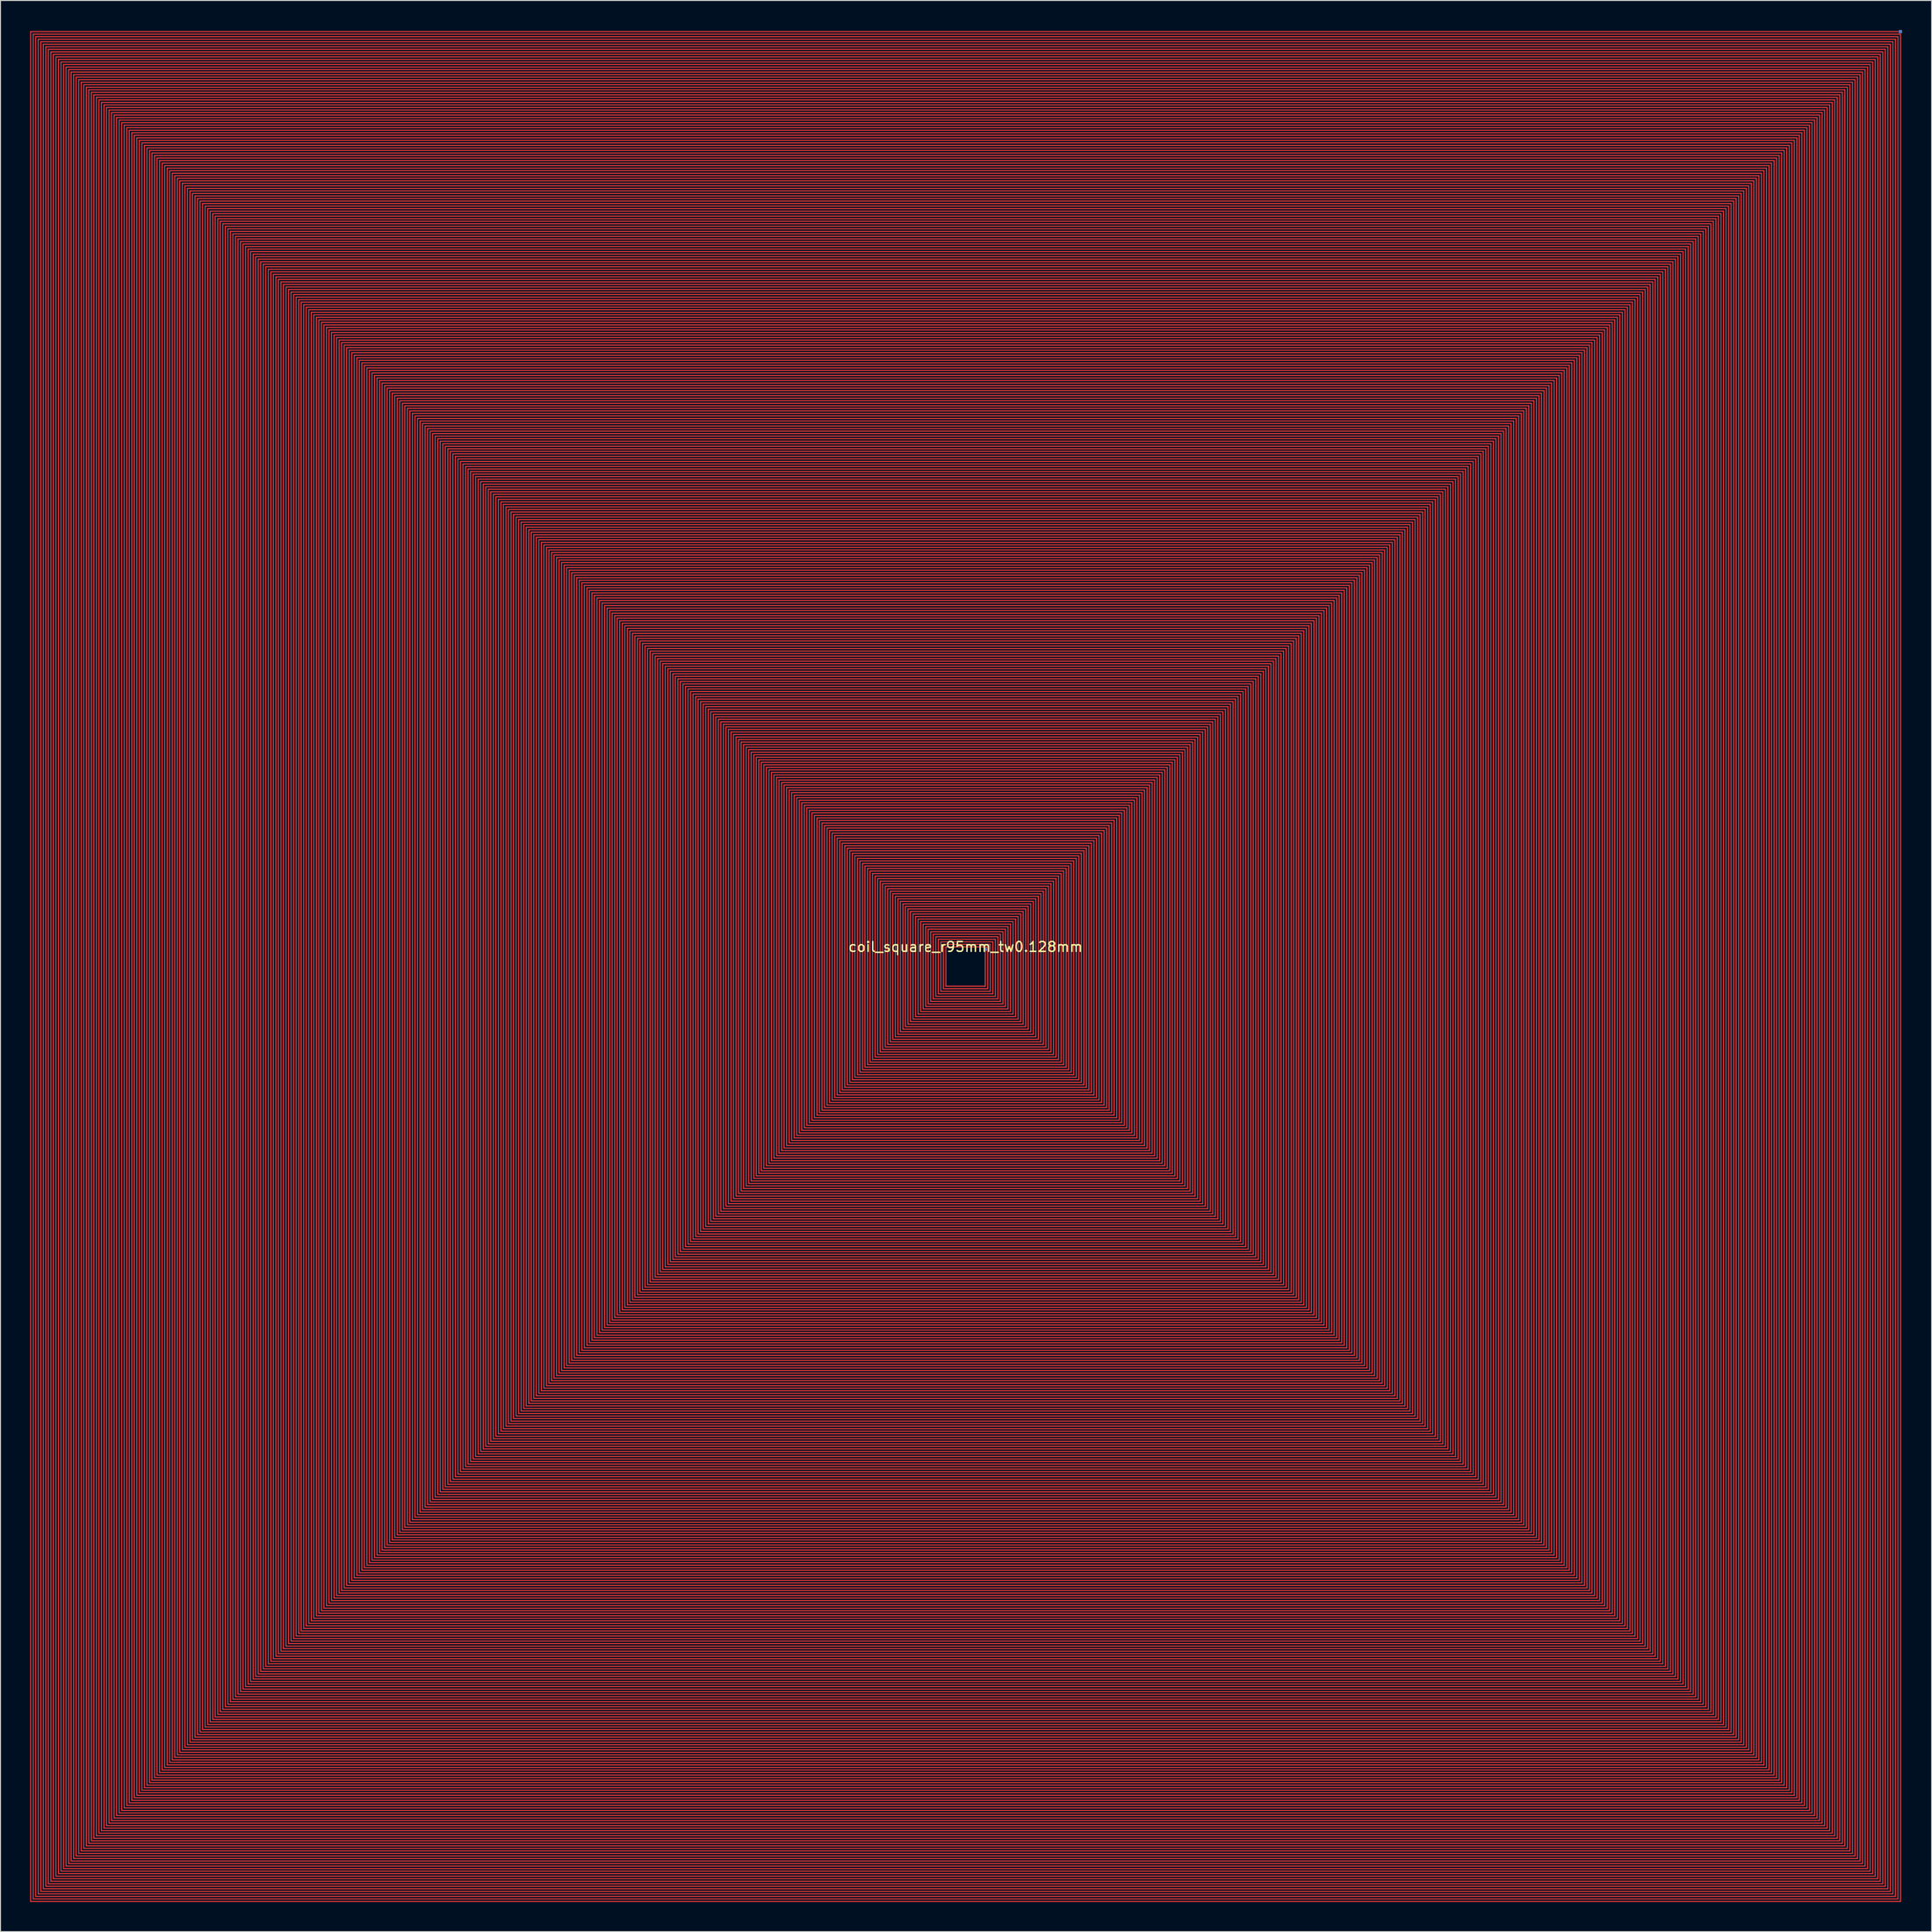
<source format=kicad_pcb>
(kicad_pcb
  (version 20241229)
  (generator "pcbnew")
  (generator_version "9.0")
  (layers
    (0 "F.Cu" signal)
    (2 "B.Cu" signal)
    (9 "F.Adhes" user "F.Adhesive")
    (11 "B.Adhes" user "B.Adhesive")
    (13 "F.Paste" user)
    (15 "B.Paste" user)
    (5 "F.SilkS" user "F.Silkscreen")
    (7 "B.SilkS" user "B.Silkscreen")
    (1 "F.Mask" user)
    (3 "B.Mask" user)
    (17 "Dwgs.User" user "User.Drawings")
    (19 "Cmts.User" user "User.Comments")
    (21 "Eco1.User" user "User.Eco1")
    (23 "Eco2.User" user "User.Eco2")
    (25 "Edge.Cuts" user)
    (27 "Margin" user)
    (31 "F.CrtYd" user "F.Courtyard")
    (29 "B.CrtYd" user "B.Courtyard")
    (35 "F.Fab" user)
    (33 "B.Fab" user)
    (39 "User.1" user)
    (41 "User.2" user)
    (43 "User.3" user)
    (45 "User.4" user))
  (footprint "coil_square_r95mm_tw0.128mm"
    (layer "F.Cu")
    (at 95.064 95.163)
    (property "Reference" "coil_square_r95mm_tw0.128mm" (at 0 -2 0) (layer "F.SilkS") (effects (font (size 1 1) (thickness 0.15))))
    (attr through_hole)
    (fp_line (start -95 -95) (end -95 95) (stroke (width 0.128) (type solid)) (layer "F.Cu"))
    (fp_line (start -95 95) (end 95 95) (stroke (width 0.128) (type solid)) (layer "F.Cu"))
    (fp_line (start -94.743 -94.743) (end -94.743 94.743) (stroke (width 0.128) (type solid)) (layer "F.Cu"))
    (fp_line (start -94.743 94.743) (end 94.743 94.743) (stroke (width 0.128) (type solid)) (layer "F.Cu"))
    (fp_line (start -94.486 -94.486) (end -94.486 94.486) (stroke (width 0.128) (type solid)) (layer "F.Cu"))
    (fp_line (start -94.486 94.486) (end 94.486 94.486) (stroke (width 0.128) (type solid)) (layer "F.Cu"))
    (fp_line (start -94.229 -94.229) (end -94.229 94.229) (stroke (width 0.128) (type solid)) (layer "F.Cu"))
    (fp_line (start -94.229 94.229) (end 94.229 94.229) (stroke (width 0.128) (type solid)) (layer "F.Cu"))
    (fp_line (start -93.972 -93.972) (end -93.972 93.972) (stroke (width 0.128) (type solid)) (layer "F.Cu"))
    (fp_line (start -93.972 93.972) (end 93.972 93.972) (stroke (width 0.128) (type solid)) (layer "F.Cu"))
    (fp_line (start -93.715 -93.715) (end -93.715 93.715) (stroke (width 0.128) (type solid)) (layer "F.Cu"))
    (fp_line (start -93.715 93.715) (end 93.715 93.715) (stroke (width 0.128) (type solid)) (layer "F.Cu"))
    (fp_line (start -93.459 -93.459) (end -93.459 93.459) (stroke (width 0.128) (type solid)) (layer "F.Cu"))
    (fp_line (start -93.459 93.459) (end 93.459 93.459) (stroke (width 0.128) (type solid)) (layer "F.Cu"))
    (fp_line (start -93.202 -93.202) (end -93.202 93.202) (stroke (width 0.128) (type solid)) (layer "F.Cu"))
    (fp_line (start -93.202 93.202) (end 93.202 93.202) (stroke (width 0.128) (type solid)) (layer "F.Cu"))
    (fp_line (start -92.945 -92.945) (end -92.945 92.945) (stroke (width 0.128) (type solid)) (layer "F.Cu"))
    (fp_line (start -92.945 92.945) (end 92.945 92.945) (stroke (width 0.128) (type solid)) (layer "F.Cu"))
    (fp_line (start -92.688 -92.688) (end -92.688 92.688) (stroke (width 0.128) (type solid)) (layer "F.Cu"))
    (fp_line (start -92.688 92.688) (end 92.688 92.688) (stroke (width 0.128) (type solid)) (layer "F.Cu"))
    (fp_line (start -92.431 -92.431) (end -92.431 92.431) (stroke (width 0.128) (type solid)) (layer "F.Cu"))
    (fp_line (start -92.431 92.431) (end 92.431 92.431) (stroke (width 0.128) (type solid)) (layer "F.Cu"))
    (fp_line (start -92.174 -92.174) (end -92.174 92.174) (stroke (width 0.128) (type solid)) (layer "F.Cu"))
    (fp_line (start -92.174 92.174) (end 92.174 92.174) (stroke (width 0.128) (type solid)) (layer "F.Cu"))
    (fp_line (start -91.917 -91.917) (end -91.917 91.917) (stroke (width 0.128) (type solid)) (layer "F.Cu"))
    (fp_line (start -91.917 91.917) (end 91.917 91.917) (stroke (width 0.128) (type solid)) (layer "F.Cu"))
    (fp_line (start -91.66 -91.66) (end -91.66 91.66) (stroke (width 0.128) (type solid)) (layer "F.Cu"))
    (fp_line (start -91.66 91.66) (end 91.66 91.66) (stroke (width 0.128) (type solid)) (layer "F.Cu"))
    (fp_line (start -91.403 -91.403) (end -91.403 91.403) (stroke (width 0.128) (type solid)) (layer "F.Cu"))
    (fp_line (start -91.403 91.403) (end 91.403 91.403) (stroke (width 0.128) (type solid)) (layer "F.Cu"))
    (fp_line (start -91.146 -91.146) (end -91.146 91.146) (stroke (width 0.128) (type solid)) (layer "F.Cu"))
    (fp_line (start -91.146 91.146) (end 91.146 91.146) (stroke (width 0.128) (type solid)) (layer "F.Cu"))
    (fp_line (start -90.89 -90.89) (end -90.89 90.89) (stroke (width 0.128) (type solid)) (layer "F.Cu"))
    (fp_line (start -90.89 90.89) (end 90.89 90.89) (stroke (width 0.128) (type solid)) (layer "F.Cu"))
    (fp_line (start -90.633 -90.633) (end -90.633 90.633) (stroke (width 0.128) (type solid)) (layer "F.Cu"))
    (fp_line (start -90.633 90.633) (end 90.633 90.633) (stroke (width 0.128) (type solid)) (layer "F.Cu"))
    (fp_line (start -90.376 -90.376) (end -90.376 90.376) (stroke (width 0.128) (type solid)) (layer "F.Cu"))
    (fp_line (start -90.376 90.376) (end 90.376 90.376) (stroke (width 0.128) (type solid)) (layer "F.Cu"))
    (fp_line (start -90.119 -90.119) (end -90.119 90.119) (stroke (width 0.128) (type solid)) (layer "F.Cu"))
    (fp_line (start -90.119 90.119) (end 90.119 90.119) (stroke (width 0.128) (type solid)) (layer "F.Cu"))
    (fp_line (start -89.862 -89.862) (end -89.862 89.862) (stroke (width 0.128) (type solid)) (layer "F.Cu"))
    (fp_line (start -89.862 89.862) (end 89.862 89.862) (stroke (width 0.128) (type solid)) (layer "F.Cu"))
    (fp_line (start -89.605 -89.605) (end -89.605 89.605) (stroke (width 0.128) (type solid)) (layer "F.Cu"))
    (fp_line (start -89.605 89.605) (end 89.605 89.605) (stroke (width 0.128) (type solid)) (layer "F.Cu"))
    (fp_line (start -89.348 -89.348) (end -89.348 89.348) (stroke (width 0.128) (type solid)) (layer "F.Cu"))
    (fp_line (start -89.348 89.348) (end 89.348 89.348) (stroke (width 0.128) (type solid)) (layer "F.Cu"))
    (fp_line (start -89.091 -89.091) (end -89.091 89.091) (stroke (width 0.128) (type solid)) (layer "F.Cu"))
    (fp_line (start -89.091 89.091) (end 89.091 89.091) (stroke (width 0.128) (type solid)) (layer "F.Cu"))
    (fp_line (start -88.834 -88.834) (end -88.834 88.834) (stroke (width 0.128) (type solid)) (layer "F.Cu"))
    (fp_line (start -88.834 88.834) (end 88.834 88.834) (stroke (width 0.128) (type solid)) (layer "F.Cu"))
    (fp_line (start -88.577 -88.577) (end -88.577 88.577) (stroke (width 0.128) (type solid)) (layer "F.Cu"))
    (fp_line (start -88.577 88.577) (end 88.577 88.577) (stroke (width 0.128) (type solid)) (layer "F.Cu"))
    (fp_line (start -88.32 -88.32) (end -88.32 88.32) (stroke (width 0.128) (type solid)) (layer "F.Cu"))
    (fp_line (start -88.32 88.32) (end 88.32 88.32) (stroke (width 0.128) (type solid)) (layer "F.Cu"))
    (fp_line (start -88.064 -88.064) (end -88.064 88.064) (stroke (width 0.128) (type solid)) (layer "F.Cu"))
    (fp_line (start -88.064 88.064) (end 88.064 88.064) (stroke (width 0.128) (type solid)) (layer "F.Cu"))
    (fp_line (start -87.807 -87.807) (end -87.807 87.807) (stroke (width 0.128) (type solid)) (layer "F.Cu"))
    (fp_line (start -87.807 87.807) (end 87.807 87.807) (stroke (width 0.128) (type solid)) (layer "F.Cu"))
    (fp_line (start -87.55 -87.55) (end -87.55 87.55) (stroke (width 0.128) (type solid)) (layer "F.Cu"))
    (fp_line (start -87.55 87.55) (end 87.55 87.55) (stroke (width 0.128) (type solid)) (layer "F.Cu"))
    (fp_line (start -87.293 -87.293) (end -87.293 87.293) (stroke (width 0.128) (type solid)) (layer "F.Cu"))
    (fp_line (start -87.293 87.293) (end 87.293 87.293) (stroke (width 0.128) (type solid)) (layer "F.Cu"))
    (fp_line (start -87.036 -87.036) (end -87.036 87.036) (stroke (width 0.128) (type solid)) (layer "F.Cu"))
    (fp_line (start -87.036 87.036) (end 87.036 87.036) (stroke (width 0.128) (type solid)) (layer "F.Cu"))
    (fp_line (start -86.779 -86.779) (end -86.779 86.779) (stroke (width 0.128) (type solid)) (layer "F.Cu"))
    (fp_line (start -86.779 86.779) (end 86.779 86.779) (stroke (width 0.128) (type solid)) (layer "F.Cu"))
    (fp_line (start -86.522 -86.522) (end -86.522 86.522) (stroke (width 0.128) (type solid)) (layer "F.Cu"))
    (fp_line (start -86.522 86.522) (end 86.522 86.522) (stroke (width 0.128) (type solid)) (layer "F.Cu"))
    (fp_line (start -86.265 -86.265) (end -86.265 86.265) (stroke (width 0.128) (type solid)) (layer "F.Cu"))
    (fp_line (start -86.265 86.265) (end 86.265 86.265) (stroke (width 0.128) (type solid)) (layer "F.Cu"))
    (fp_line (start -86.008 -86.008) (end -86.008 86.008) (stroke (width 0.128) (type solid)) (layer "F.Cu"))
    (fp_line (start -86.008 86.008) (end 86.008 86.008) (stroke (width 0.128) (type solid)) (layer "F.Cu"))
    (fp_line (start -85.751 -85.751) (end -85.751 85.751) (stroke (width 0.128) (type solid)) (layer "F.Cu"))
    (fp_line (start -85.751 85.751) (end 85.751 85.751) (stroke (width 0.128) (type solid)) (layer "F.Cu"))
    (fp_line (start -85.494 -85.494) (end -85.494 85.494) (stroke (width 0.128) (type solid)) (layer "F.Cu"))
    (fp_line (start -85.494 85.494) (end 85.494 85.494) (stroke (width 0.128) (type solid)) (layer "F.Cu"))
    (fp_line (start -85.238 -85.238) (end -85.238 85.238) (stroke (width 0.128) (type solid)) (layer "F.Cu"))
    (fp_line (start -85.238 85.238) (end 85.238 85.238) (stroke (width 0.128) (type solid)) (layer "F.Cu"))
    (fp_line (start -84.981 -84.981) (end -84.981 84.981) (stroke (width 0.128) (type solid)) (layer "F.Cu"))
    (fp_line (start -84.981 84.981) (end 84.981 84.981) (stroke (width 0.128) (type solid)) (layer "F.Cu"))
    (fp_line (start -84.724 -84.724) (end -84.724 84.724) (stroke (width 0.128) (type solid)) (layer "F.Cu"))
    (fp_line (start -84.724 84.724) (end 84.724 84.724) (stroke (width 0.128) (type solid)) (layer "F.Cu"))
    (fp_line (start -84.467 -84.467) (end -84.467 84.467) (stroke (width 0.128) (type solid)) (layer "F.Cu"))
    (fp_line (start -84.467 84.467) (end 84.467 84.467) (stroke (width 0.128) (type solid)) (layer "F.Cu"))
    (fp_line (start -84.21 -84.21) (end -84.21 84.21) (stroke (width 0.128) (type solid)) (layer "F.Cu"))
    (fp_line (start -84.21 84.21) (end 84.21 84.21) (stroke (width 0.128) (type solid)) (layer "F.Cu"))
    (fp_line (start -83.953 -83.953) (end -83.953 83.953) (stroke (width 0.128) (type solid)) (layer "F.Cu"))
    (fp_line (start -83.953 83.953) (end 83.953 83.953) (stroke (width 0.128) (type solid)) (layer "F.Cu"))
    (fp_line (start -83.696 -83.696) (end -83.696 83.696) (stroke (width 0.128) (type solid)) (layer "F.Cu"))
    (fp_line (start -83.696 83.696) (end 83.696 83.696) (stroke (width 0.128) (type solid)) (layer "F.Cu"))
    (fp_line (start -83.439 -83.439) (end -83.439 83.439) (stroke (width 0.128) (type solid)) (layer "F.Cu"))
    (fp_line (start -83.439 83.439) (end 83.439 83.439) (stroke (width 0.128) (type solid)) (layer "F.Cu"))
    (fp_line (start -83.182 -83.182) (end -83.182 83.182) (stroke (width 0.128) (type solid)) (layer "F.Cu"))
    (fp_line (start -83.182 83.182) (end 83.182 83.182) (stroke (width 0.128) (type solid)) (layer "F.Cu"))
    (fp_line (start -82.925 -82.925) (end -82.925 82.925) (stroke (width 0.128) (type solid)) (layer "F.Cu"))
    (fp_line (start -82.925 82.925) (end 82.925 82.925) (stroke (width 0.128) (type solid)) (layer "F.Cu"))
    (fp_line (start -82.669 -82.669) (end -82.669 82.669) (stroke (width 0.128) (type solid)) (layer "F.Cu"))
    (fp_line (start -82.669 82.669) (end 82.669 82.669) (stroke (width 0.128) (type solid)) (layer "F.Cu"))
    (fp_line (start -82.412 -82.412) (end -82.412 82.412) (stroke (width 0.128) (type solid)) (layer "F.Cu"))
    (fp_line (start -82.412 82.412) (end 82.412 82.412) (stroke (width 0.128) (type solid)) (layer "F.Cu"))
    (fp_line (start -82.155 -82.155) (end -82.155 82.155) (stroke (width 0.128) (type solid)) (layer "F.Cu"))
    (fp_line (start -82.155 82.155) (end 82.155 82.155) (stroke (width 0.128) (type solid)) (layer "F.Cu"))
    (fp_line (start -81.898 -81.898) (end -81.898 81.898) (stroke (width 0.128) (type solid)) (layer "F.Cu"))
    (fp_line (start -81.898 81.898) (end 81.898 81.898) (stroke (width 0.128) (type solid)) (layer "F.Cu"))
    (fp_line (start -81.641 -81.641) (end -81.641 81.641) (stroke (width 0.128) (type solid)) (layer "F.Cu"))
    (fp_line (start -81.641 81.641) (end 81.641 81.641) (stroke (width 0.128) (type solid)) (layer "F.Cu"))
    (fp_line (start -81.384 -81.384) (end -81.384 81.384) (stroke (width 0.128) (type solid)) (layer "F.Cu"))
    (fp_line (start -81.384 81.384) (end 81.384 81.384) (stroke (width 0.128) (type solid)) (layer "F.Cu"))
    (fp_line (start -81.127 -81.127) (end -81.127 81.127) (stroke (width 0.128) (type solid)) (layer "F.Cu"))
    (fp_line (start -81.127 81.127) (end 81.127 81.127) (stroke (width 0.128) (type solid)) (layer "F.Cu"))
    (fp_line (start -80.87 -80.87) (end -80.87 80.87) (stroke (width 0.128) (type solid)) (layer "F.Cu"))
    (fp_line (start -80.87 80.87) (end 80.87 80.87) (stroke (width 0.128) (type solid)) (layer "F.Cu"))
    (fp_line (start -80.613 -80.613) (end -80.613 80.613) (stroke (width 0.128) (type solid)) (layer "F.Cu"))
    (fp_line (start -80.613 80.613) (end 80.613 80.613) (stroke (width 0.128) (type solid)) (layer "F.Cu"))
    (fp_line (start -80.356 -80.356) (end -80.356 80.356) (stroke (width 0.128) (type solid)) (layer "F.Cu"))
    (fp_line (start -80.356 80.356) (end 80.356 80.356) (stroke (width 0.128) (type solid)) (layer "F.Cu"))
    (fp_line (start -80.099 -80.099) (end -80.099 80.099) (stroke (width 0.128) (type solid)) (layer "F.Cu"))
    (fp_line (start -80.099 80.099) (end 80.099 80.099) (stroke (width 0.128) (type solid)) (layer "F.Cu"))
    (fp_line (start -79.843 -79.843) (end -79.843 79.843) (stroke (width 0.128) (type solid)) (layer "F.Cu"))
    (fp_line (start -79.843 79.843) (end 79.843 79.843) (stroke (width 0.128) (type solid)) (layer "F.Cu"))
    (fp_line (start -79.586 -79.586) (end -79.586 79.586) (stroke (width 0.128) (type solid)) (layer "F.Cu"))
    (fp_line (start -79.586 79.586) (end 79.586 79.586) (stroke (width 0.128) (type solid)) (layer "F.Cu"))
    (fp_line (start -79.329 -79.329) (end -79.329 79.329) (stroke (width 0.128) (type solid)) (layer "F.Cu"))
    (fp_line (start -79.329 79.329) (end 79.329 79.329) (stroke (width 0.128) (type solid)) (layer "F.Cu"))
    (fp_line (start -79.072 -79.072) (end -79.072 79.072) (stroke (width 0.128) (type solid)) (layer "F.Cu"))
    (fp_line (start -79.072 79.072) (end 79.072 79.072) (stroke (width 0.128) (type solid)) (layer "F.Cu"))
    (fp_line (start -78.815 -78.815) (end -78.815 78.815) (stroke (width 0.128) (type solid)) (layer "F.Cu"))
    (fp_line (start -78.815 78.815) (end 78.815 78.815) (stroke (width 0.128) (type solid)) (layer "F.Cu"))
    (fp_line (start -78.558 -78.558) (end -78.558 78.558) (stroke (width 0.128) (type solid)) (layer "F.Cu"))
    (fp_line (start -78.558 78.558) (end 78.558 78.558) (stroke (width 0.128) (type solid)) (layer "F.Cu"))
    (fp_line (start -78.301 -78.301) (end -78.301 78.301) (stroke (width 0.128) (type solid)) (layer "F.Cu"))
    (fp_line (start -78.301 78.301) (end 78.301 78.301) (stroke (width 0.128) (type solid)) (layer "F.Cu"))
    (fp_line (start -78.044 -78.044) (end -78.044 78.044) (stroke (width 0.128) (type solid)) (layer "F.Cu"))
    (fp_line (start -78.044 78.044) (end 78.044 78.044) (stroke (width 0.128) (type solid)) (layer "F.Cu"))
    (fp_line (start -77.787 -77.787) (end -77.787 77.787) (stroke (width 0.128) (type solid)) (layer "F.Cu"))
    (fp_line (start -77.787 77.787) (end 77.787 77.787) (stroke (width 0.128) (type solid)) (layer "F.Cu"))
    (fp_line (start -77.53 -77.53) (end -77.53 77.53) (stroke (width 0.128) (type solid)) (layer "F.Cu"))
    (fp_line (start -77.53 77.53) (end 77.53 77.53) (stroke (width 0.128) (type solid)) (layer "F.Cu"))
    (fp_line (start -77.273 -77.273) (end -77.273 77.273) (stroke (width 0.128) (type solid)) (layer "F.Cu"))
    (fp_line (start -77.273 77.273) (end 77.273 77.273) (stroke (width 0.128) (type solid)) (layer "F.Cu"))
    (fp_line (start -77.017 -77.017) (end -77.017 77.017) (stroke (width 0.128) (type solid)) (layer "F.Cu"))
    (fp_line (start -77.017 77.017) (end 77.017 77.017) (stroke (width 0.128) (type solid)) (layer "F.Cu"))
    (fp_line (start -76.76 -76.76) (end -76.76 76.76) (stroke (width 0.128) (type solid)) (layer "F.Cu"))
    (fp_line (start -76.76 76.76) (end 76.76 76.76) (stroke (width 0.128) (type solid)) (layer "F.Cu"))
    (fp_line (start -76.503 -76.503) (end -76.503 76.503) (stroke (width 0.128) (type solid)) (layer "F.Cu"))
    (fp_line (start -76.503 76.503) (end 76.503 76.503) (stroke (width 0.128) (type solid)) (layer "F.Cu"))
    (fp_line (start -76.246 -76.246) (end -76.246 76.246) (stroke (width 0.128) (type solid)) (layer "F.Cu"))
    (fp_line (start -76.246 76.246) (end 76.246 76.246) (stroke (width 0.128) (type solid)) (layer "F.Cu"))
    (fp_line (start -75.989 -75.989) (end -75.989 75.989) (stroke (width 0.128) (type solid)) (layer "F.Cu"))
    (fp_line (start -75.989 75.989) (end 75.989 75.989) (stroke (width 0.128) (type solid)) (layer "F.Cu"))
    (fp_line (start -75.732 -75.732) (end -75.732 75.732) (stroke (width 0.128) (type solid)) (layer "F.Cu"))
    (fp_line (start -75.732 75.732) (end 75.732 75.732) (stroke (width 0.128) (type solid)) (layer "F.Cu"))
    (fp_line (start -75.475 -75.475) (end -75.475 75.475) (stroke (width 0.128) (type solid)) (layer "F.Cu"))
    (fp_line (start -75.475 75.475) (end 75.475 75.475) (stroke (width 0.128) (type solid)) (layer "F.Cu"))
    (fp_line (start -75.218 -75.218) (end -75.218 75.218) (stroke (width 0.128) (type solid)) (layer "F.Cu"))
    (fp_line (start -75.218 75.218) (end 75.218 75.218) (stroke (width 0.128) (type solid)) (layer "F.Cu"))
    (fp_line (start -74.961 -74.961) (end -74.961 74.961) (stroke (width 0.128) (type solid)) (layer "F.Cu"))
    (fp_line (start -74.961 74.961) (end 74.961 74.961) (stroke (width 0.128) (type solid)) (layer "F.Cu"))
    (fp_line (start -74.704 -74.704) (end -74.704 74.704) (stroke (width 0.128) (type solid)) (layer "F.Cu"))
    (fp_line (start -74.704 74.704) (end 74.704 74.704) (stroke (width 0.128) (type solid)) (layer "F.Cu"))
    (fp_line (start -74.448 -74.448) (end -74.448 74.448) (stroke (width 0.128) (type solid)) (layer "F.Cu"))
    (fp_line (start -74.448 74.448) (end 74.448 74.448) (stroke (width 0.128) (type solid)) (layer "F.Cu"))
    (fp_line (start -74.191 -74.191) (end -74.191 74.191) (stroke (width 0.128) (type solid)) (layer "F.Cu"))
    (fp_line (start -74.191 74.191) (end 74.191 74.191) (stroke (width 0.128) (type solid)) (layer "F.Cu"))
    (fp_line (start -73.934 -73.934) (end -73.934 73.934) (stroke (width 0.128) (type solid)) (layer "F.Cu"))
    (fp_line (start -73.934 73.934) (end 73.934 73.934) (stroke (width 0.128) (type solid)) (layer "F.Cu"))
    (fp_line (start -73.677 -73.677) (end -73.677 73.677) (stroke (width 0.128) (type solid)) (layer "F.Cu"))
    (fp_line (start -73.677 73.677) (end 73.677 73.677) (stroke (width 0.128) (type solid)) (layer "F.Cu"))
    (fp_line (start -73.42 -73.42) (end -73.42 73.42) (stroke (width 0.128) (type solid)) (layer "F.Cu"))
    (fp_line (start -73.42 73.42) (end 73.42 73.42) (stroke (width 0.128) (type solid)) (layer "F.Cu"))
    (fp_line (start -73.163 -73.163) (end -73.163 73.163) (stroke (width 0.128) (type solid)) (layer "F.Cu"))
    (fp_line (start -73.163 73.163) (end 73.163 73.163) (stroke (width 0.128) (type solid)) (layer "F.Cu"))
    (fp_line (start -72.906 -72.906) (end -72.906 72.906) (stroke (width 0.128) (type solid)) (layer "F.Cu"))
    (fp_line (start -72.906 72.906) (end 72.906 72.906) (stroke (width 0.128) (type solid)) (layer "F.Cu"))
    (fp_line (start -72.649 -72.649) (end -72.649 72.649) (stroke (width 0.128) (type solid)) (layer "F.Cu"))
    (fp_line (start -72.649 72.649) (end 72.649 72.649) (stroke (width 0.128) (type solid)) (layer "F.Cu"))
    (fp_line (start -72.392 -72.392) (end -72.392 72.392) (stroke (width 0.128) (type solid)) (layer "F.Cu"))
    (fp_line (start -72.392 72.392) (end 72.392 72.392) (stroke (width 0.128) (type solid)) (layer "F.Cu"))
    (fp_line (start -72.135 -72.135) (end -72.135 72.135) (stroke (width 0.128) (type solid)) (layer "F.Cu"))
    (fp_line (start -72.135 72.135) (end 72.135 72.135) (stroke (width 0.128) (type solid)) (layer "F.Cu"))
    (fp_line (start -71.878 -71.878) (end -71.878 71.878) (stroke (width 0.128) (type solid)) (layer "F.Cu"))
    (fp_line (start -71.878 71.878) (end 71.878 71.878) (stroke (width 0.128) (type solid)) (layer "F.Cu"))
    (fp_line (start -71.622 -71.622) (end -71.622 71.622) (stroke (width 0.128) (type solid)) (layer "F.Cu"))
    (fp_line (start -71.622 71.622) (end 71.622 71.622) (stroke (width 0.128) (type solid)) (layer "F.Cu"))
    (fp_line (start -71.365 -71.365) (end -71.365 71.365) (stroke (width 0.128) (type solid)) (layer "F.Cu"))
    (fp_line (start -71.365 71.365) (end 71.365 71.365) (stroke (width 0.128) (type solid)) (layer "F.Cu"))
    (fp_line (start -71.108 -71.108) (end -71.108 71.108) (stroke (width 0.128) (type solid)) (layer "F.Cu"))
    (fp_line (start -71.108 71.108) (end 71.108 71.108) (stroke (width 0.128) (type solid)) (layer "F.Cu"))
    (fp_line (start -70.851 -70.851) (end -70.851 70.851) (stroke (width 0.128) (type solid)) (layer "F.Cu"))
    (fp_line (start -70.851 70.851) (end 70.851 70.851) (stroke (width 0.128) (type solid)) (layer "F.Cu"))
    (fp_line (start -70.594 -70.594) (end -70.594 70.594) (stroke (width 0.128) (type solid)) (layer "F.Cu"))
    (fp_line (start -70.594 70.594) (end 70.594 70.594) (stroke (width 0.128) (type solid)) (layer "F.Cu"))
    (fp_line (start -70.337 -70.337) (end -70.337 70.337) (stroke (width 0.128) (type solid)) (layer "F.Cu"))
    (fp_line (start -70.337 70.337) (end 70.337 70.337) (stroke (width 0.128) (type solid)) (layer "F.Cu"))
    (fp_line (start -70.08 -70.08) (end -70.08 70.08) (stroke (width 0.128) (type solid)) (layer "F.Cu"))
    (fp_line (start -70.08 70.08) (end 70.08 70.08) (stroke (width 0.128) (type solid)) (layer "F.Cu"))
    (fp_line (start -69.823 -69.823) (end -69.823 69.823) (stroke (width 0.128) (type solid)) (layer "F.Cu"))
    (fp_line (start -69.823 69.823) (end 69.823 69.823) (stroke (width 0.128) (type solid)) (layer "F.Cu"))
    (fp_line (start -69.566 -69.566) (end -69.566 69.566) (stroke (width 0.128) (type solid)) (layer "F.Cu"))
    (fp_line (start -69.566 69.566) (end 69.566 69.566) (stroke (width 0.128) (type solid)) (layer "F.Cu"))
    (fp_line (start -69.309 -69.309) (end -69.309 69.309) (stroke (width 0.128) (type solid)) (layer "F.Cu"))
    (fp_line (start -69.309 69.309) (end 69.309 69.309) (stroke (width 0.128) (type solid)) (layer "F.Cu"))
    (fp_line (start -69.052 -69.052) (end -69.052 69.052) (stroke (width 0.128) (type solid)) (layer "F.Cu"))
    (fp_line (start -69.052 69.052) (end 69.052 69.052) (stroke (width 0.128) (type solid)) (layer "F.Cu"))
    (fp_line (start -68.796 -68.796) (end -68.796 68.796) (stroke (width 0.128) (type solid)) (layer "F.Cu"))
    (fp_line (start -68.796 68.796) (end 68.796 68.796) (stroke (width 0.128) (type solid)) (layer "F.Cu"))
    (fp_line (start -68.539 -68.539) (end -68.539 68.539) (stroke (width 0.128) (type solid)) (layer "F.Cu"))
    (fp_line (start -68.539 68.539) (end 68.539 68.539) (stroke (width 0.128) (type solid)) (layer "F.Cu"))
    (fp_line (start -68.282 -68.282) (end -68.282 68.282) (stroke (width 0.128) (type solid)) (layer "F.Cu"))
    (fp_line (start -68.282 68.282) (end 68.282 68.282) (stroke (width 0.128) (type solid)) (layer "F.Cu"))
    (fp_line (start -68.025 -68.025) (end -68.025 68.025) (stroke (width 0.128) (type solid)) (layer "F.Cu"))
    (fp_line (start -68.025 68.025) (end 68.025 68.025) (stroke (width 0.128) (type solid)) (layer "F.Cu"))
    (fp_line (start -67.768 -67.768) (end -67.768 67.768) (stroke (width 0.128) (type solid)) (layer "F.Cu"))
    (fp_line (start -67.768 67.768) (end 67.768 67.768) (stroke (width 0.128) (type solid)) (layer "F.Cu"))
    (fp_line (start -67.511 -67.511) (end -67.511 67.511) (stroke (width 0.128) (type solid)) (layer "F.Cu"))
    (fp_line (start -67.511 67.511) (end 67.511 67.511) (stroke (width 0.128) (type solid)) (layer "F.Cu"))
    (fp_line (start -67.254 -67.254) (end -67.254 67.254) (stroke (width 0.128) (type solid)) (layer "F.Cu"))
    (fp_line (start -67.254 67.254) (end 67.254 67.254) (stroke (width 0.128) (type solid)) (layer "F.Cu"))
    (fp_line (start -66.997 -66.997) (end -66.997 66.997) (stroke (width 0.128) (type solid)) (layer "F.Cu"))
    (fp_line (start -66.997 66.997) (end 66.997 66.997) (stroke (width 0.128) (type solid)) (layer "F.Cu"))
    (fp_line (start -66.74 -66.74) (end -66.74 66.74) (stroke (width 0.128) (type solid)) (layer "F.Cu"))
    (fp_line (start -66.74 66.74) (end 66.74 66.74) (stroke (width 0.128) (type solid)) (layer "F.Cu"))
    (fp_line (start -66.483 -66.483) (end -66.483 66.483) (stroke (width 0.128) (type solid)) (layer "F.Cu"))
    (fp_line (start -66.483 66.483) (end 66.483 66.483) (stroke (width 0.128) (type solid)) (layer "F.Cu"))
    (fp_line (start -66.227 -66.227) (end -66.227 66.227) (stroke (width 0.128) (type solid)) (layer "F.Cu"))
    (fp_line (start -66.227 66.227) (end 66.227 66.227) (stroke (width 0.128) (type solid)) (layer "F.Cu"))
    (fp_line (start -65.97 -65.97) (end -65.97 65.97) (stroke (width 0.128) (type solid)) (layer "F.Cu"))
    (fp_line (start -65.97 65.97) (end 65.97 65.97) (stroke (width 0.128) (type solid)) (layer "F.Cu"))
    (fp_line (start -65.713 -65.713) (end -65.713 65.713) (stroke (width 0.128) (type solid)) (layer "F.Cu"))
    (fp_line (start -65.713 65.713) (end 65.713 65.713) (stroke (width 0.128) (type solid)) (layer "F.Cu"))
    (fp_line (start -65.456 -65.456) (end -65.456 65.456) (stroke (width 0.128) (type solid)) (layer "F.Cu"))
    (fp_line (start -65.456 65.456) (end 65.456 65.456) (stroke (width 0.128) (type solid)) (layer "F.Cu"))
    (fp_line (start -65.199 -65.199) (end -65.199 65.199) (stroke (width 0.128) (type solid)) (layer "F.Cu"))
    (fp_line (start -65.199 65.199) (end 65.199 65.199) (stroke (width 0.128) (type solid)) (layer "F.Cu"))
    (fp_line (start -64.942 -64.942) (end -64.942 64.942) (stroke (width 0.128) (type solid)) (layer "F.Cu"))
    (fp_line (start -64.942 64.942) (end 64.942 64.942) (stroke (width 0.128) (type solid)) (layer "F.Cu"))
    (fp_line (start -64.685 -64.685) (end -64.685 64.685) (stroke (width 0.128) (type solid)) (layer "F.Cu"))
    (fp_line (start -64.685 64.685) (end 64.685 64.685) (stroke (width 0.128) (type solid)) (layer "F.Cu"))
    (fp_line (start -64.428 -64.428) (end -64.428 64.428) (stroke (width 0.128) (type solid)) (layer "F.Cu"))
    (fp_line (start -64.428 64.428) (end 64.428 64.428) (stroke (width 0.128) (type solid)) (layer "F.Cu"))
    (fp_line (start -64.171 -64.171) (end -64.171 64.171) (stroke (width 0.128) (type solid)) (layer "F.Cu"))
    (fp_line (start -64.171 64.171) (end 64.171 64.171) (stroke (width 0.128) (type solid)) (layer "F.Cu"))
    (fp_line (start -63.914 -63.914) (end -63.914 63.914) (stroke (width 0.128) (type solid)) (layer "F.Cu"))
    (fp_line (start -63.914 63.914) (end 63.914 63.914) (stroke (width 0.128) (type solid)) (layer "F.Cu"))
    (fp_line (start -63.657 -63.657) (end -63.657 63.657) (stroke (width 0.128) (type solid)) (layer "F.Cu"))
    (fp_line (start -63.657 63.657) (end 63.657 63.657) (stroke (width 0.128) (type solid)) (layer "F.Cu"))
    (fp_line (start -63.401 -63.401) (end -63.401 63.401) (stroke (width 0.128) (type solid)) (layer "F.Cu"))
    (fp_line (start -63.401 63.401) (end 63.401 63.401) (stroke (width 0.128) (type solid)) (layer "F.Cu"))
    (fp_line (start -63.144 -63.144) (end -63.144 63.144) (stroke (width 0.128) (type solid)) (layer "F.Cu"))
    (fp_line (start -63.144 63.144) (end 63.144 63.144) (stroke (width 0.128) (type solid)) (layer "F.Cu"))
    (fp_line (start -62.887 -62.887) (end -62.887 62.887) (stroke (width 0.128) (type solid)) (layer "F.Cu"))
    (fp_line (start -62.887 62.887) (end 62.887 62.887) (stroke (width 0.128) (type solid)) (layer "F.Cu"))
    (fp_line (start -62.63 -62.63) (end -62.63 62.63) (stroke (width 0.128) (type solid)) (layer "F.Cu"))
    (fp_line (start -62.63 62.63) (end 62.63 62.63) (stroke (width 0.128) (type solid)) (layer "F.Cu"))
    (fp_line (start -62.373 -62.373) (end -62.373 62.373) (stroke (width 0.128) (type solid)) (layer "F.Cu"))
    (fp_line (start -62.373 62.373) (end 62.373 62.373) (stroke (width 0.128) (type solid)) (layer "F.Cu"))
    (fp_line (start -62.116 -62.116) (end -62.116 62.116) (stroke (width 0.128) (type solid)) (layer "F.Cu"))
    (fp_line (start -62.116 62.116) (end 62.116 62.116) (stroke (width 0.128) (type solid)) (layer "F.Cu"))
    (fp_line (start -61.859 -61.859) (end -61.859 61.859) (stroke (width 0.128) (type solid)) (layer "F.Cu"))
    (fp_line (start -61.859 61.859) (end 61.859 61.859) (stroke (width 0.128) (type solid)) (layer "F.Cu"))
    (fp_line (start -61.602 -61.602) (end -61.602 61.602) (stroke (width 0.128) (type solid)) (layer "F.Cu"))
    (fp_line (start -61.602 61.602) (end 61.602 61.602) (stroke (width 0.128) (type solid)) (layer "F.Cu"))
    (fp_line (start -61.345 -61.345) (end -61.345 61.345) (stroke (width 0.128) (type solid)) (layer "F.Cu"))
    (fp_line (start -61.345 61.345) (end 61.345 61.345) (stroke (width 0.128) (type solid)) (layer "F.Cu"))
    (fp_line (start -61.088 -61.088) (end -61.088 61.088) (stroke (width 0.128) (type solid)) (layer "F.Cu"))
    (fp_line (start -61.088 61.088) (end 61.088 61.088) (stroke (width 0.128) (type solid)) (layer "F.Cu"))
    (fp_line (start -60.831 -60.831) (end -60.831 60.831) (stroke (width 0.128) (type solid)) (layer "F.Cu"))
    (fp_line (start -60.831 60.831) (end 60.831 60.831) (stroke (width 0.128) (type solid)) (layer "F.Cu"))
    (fp_line (start -60.575 -60.575) (end -60.575 60.575) (stroke (width 0.128) (type solid)) (layer "F.Cu"))
    (fp_line (start -60.575 60.575) (end 60.575 60.575) (stroke (width 0.128) (type solid)) (layer "F.Cu"))
    (fp_line (start -60.318 -60.318) (end -60.318 60.318) (stroke (width 0.128) (type solid)) (layer "F.Cu"))
    (fp_line (start -60.318 60.318) (end 60.318 60.318) (stroke (width 0.128) (type solid)) (layer "F.Cu"))
    (fp_line (start -60.061 -60.061) (end -60.061 60.061) (stroke (width 0.128) (type solid)) (layer "F.Cu"))
    (fp_line (start -60.061 60.061) (end 60.061 60.061) (stroke (width 0.128) (type solid)) (layer "F.Cu"))
    (fp_line (start -59.804 -59.804) (end -59.804 59.804) (stroke (width 0.128) (type solid)) (layer "F.Cu"))
    (fp_line (start -59.804 59.804) (end 59.804 59.804) (stroke (width 0.128) (type solid)) (layer "F.Cu"))
    (fp_line (start -59.547 -59.547) (end -59.547 59.547) (stroke (width 0.128) (type solid)) (layer "F.Cu"))
    (fp_line (start -59.547 59.547) (end 59.547 59.547) (stroke (width 0.128) (type solid)) (layer "F.Cu"))
    (fp_line (start -59.29 -59.29) (end -59.29 59.29) (stroke (width 0.128) (type solid)) (layer "F.Cu"))
    (fp_line (start -59.29 59.29) (end 59.29 59.29) (stroke (width 0.128) (type solid)) (layer "F.Cu"))
    (fp_line (start -59.033 -59.033) (end -59.033 59.033) (stroke (width 0.128) (type solid)) (layer "F.Cu"))
    (fp_line (start -59.033 59.033) (end 59.033 59.033) (stroke (width 0.128) (type solid)) (layer "F.Cu"))
    (fp_line (start -58.776 -58.776) (end -58.776 58.776) (stroke (width 0.128) (type solid)) (layer "F.Cu"))
    (fp_line (start -58.776 58.776) (end 58.776 58.776) (stroke (width 0.128) (type solid)) (layer "F.Cu"))
    (fp_line (start -58.519 -58.519) (end -58.519 58.519) (stroke (width 0.128) (type solid)) (layer "F.Cu"))
    (fp_line (start -58.519 58.519) (end 58.519 58.519) (stroke (width 0.128) (type solid)) (layer "F.Cu"))
    (fp_line (start -58.262 -58.262) (end -58.262 58.262) (stroke (width 0.128) (type solid)) (layer "F.Cu"))
    (fp_line (start -58.262 58.262) (end 58.262 58.262) (stroke (width 0.128) (type solid)) (layer "F.Cu"))
    (fp_line (start -58.006 -58.006) (end -58.006 58.006) (stroke (width 0.128) (type solid)) (layer "F.Cu"))
    (fp_line (start -58.006 58.006) (end 58.006 58.006) (stroke (width 0.128) (type solid)) (layer "F.Cu"))
    (fp_line (start -57.749 -57.749) (end -57.749 57.749) (stroke (width 0.128) (type solid)) (layer "F.Cu"))
    (fp_line (start -57.749 57.749) (end 57.749 57.749) (stroke (width 0.128) (type solid)) (layer "F.Cu"))
    (fp_line (start -57.492 -57.492) (end -57.492 57.492) (stroke (width 0.128) (type solid)) (layer "F.Cu"))
    (fp_line (start -57.492 57.492) (end 57.492 57.492) (stroke (width 0.128) (type solid)) (layer "F.Cu"))
    (fp_line (start -57.235 -57.235) (end -57.235 57.235) (stroke (width 0.128) (type solid)) (layer "F.Cu"))
    (fp_line (start -57.235 57.235) (end 57.235 57.235) (stroke (width 0.128) (type solid)) (layer "F.Cu"))
    (fp_line (start -56.978 -56.978) (end -56.978 56.978) (stroke (width 0.128) (type solid)) (layer "F.Cu"))
    (fp_line (start -56.978 56.978) (end 56.978 56.978) (stroke (width 0.128) (type solid)) (layer "F.Cu"))
    (fp_line (start -56.721 -56.721) (end -56.721 56.721) (stroke (width 0.128) (type solid)) (layer "F.Cu"))
    (fp_line (start -56.721 56.721) (end 56.721 56.721) (stroke (width 0.128) (type solid)) (layer "F.Cu"))
    (fp_line (start -56.464 -56.464) (end -56.464 56.464) (stroke (width 0.128) (type solid)) (layer "F.Cu"))
    (fp_line (start -56.464 56.464) (end 56.464 56.464) (stroke (width 0.128) (type solid)) (layer "F.Cu"))
    (fp_line (start -56.207 -56.207) (end -56.207 56.207) (stroke (width 0.128) (type solid)) (layer "F.Cu"))
    (fp_line (start -56.207 56.207) (end 56.207 56.207) (stroke (width 0.128) (type solid)) (layer "F.Cu"))
    (fp_line (start -55.95 -55.95) (end -55.95 55.95) (stroke (width 0.128) (type solid)) (layer "F.Cu"))
    (fp_line (start -55.95 55.95) (end 55.95 55.95) (stroke (width 0.128) (type solid)) (layer "F.Cu"))
    (fp_line (start -55.693 -55.693) (end -55.693 55.693) (stroke (width 0.128) (type solid)) (layer "F.Cu"))
    (fp_line (start -55.693 55.693) (end 55.693 55.693) (stroke (width 0.128) (type solid)) (layer "F.Cu"))
    (fp_line (start -55.436 -55.436) (end -55.436 55.436) (stroke (width 0.128) (type solid)) (layer "F.Cu"))
    (fp_line (start -55.436 55.436) (end 55.436 55.436) (stroke (width 0.128) (type solid)) (layer "F.Cu"))
    (fp_line (start -55.18 -55.18) (end -55.18 55.18) (stroke (width 0.128) (type solid)) (layer "F.Cu"))
    (fp_line (start -55.18 55.18) (end 55.18 55.18) (stroke (width 0.128) (type solid)) (layer "F.Cu"))
    (fp_line (start -54.923 -54.923) (end -54.923 54.923) (stroke (width 0.128) (type solid)) (layer "F.Cu"))
    (fp_line (start -54.923 54.923) (end 54.923 54.923) (stroke (width 0.128) (type solid)) (layer "F.Cu"))
    (fp_line (start -54.666 -54.666) (end -54.666 54.666) (stroke (width 0.128) (type solid)) (layer "F.Cu"))
    (fp_line (start -54.666 54.666) (end 54.666 54.666) (stroke (width 0.128) (type solid)) (layer "F.Cu"))
    (fp_line (start -54.409 -54.409) (end -54.409 54.409) (stroke (width 0.128) (type solid)) (layer "F.Cu"))
    (fp_line (start -54.409 54.409) (end 54.409 54.409) (stroke (width 0.128) (type solid)) (layer "F.Cu"))
    (fp_line (start -54.152 -54.152) (end -54.152 54.152) (stroke (width 0.128) (type solid)) (layer "F.Cu"))
    (fp_line (start -54.152 54.152) (end 54.152 54.152) (stroke (width 0.128) (type solid)) (layer "F.Cu"))
    (fp_line (start -53.895 -53.895) (end -53.895 53.895) (stroke (width 0.128) (type solid)) (layer "F.Cu"))
    (fp_line (start -53.895 53.895) (end 53.895 53.895) (stroke (width 0.128) (type solid)) (layer "F.Cu"))
    (fp_line (start -53.638 -53.638) (end -53.638 53.638) (stroke (width 0.128) (type solid)) (layer "F.Cu"))
    (fp_line (start -53.638 53.638) (end 53.638 53.638) (stroke (width 0.128) (type solid)) (layer "F.Cu"))
    (fp_line (start -53.381 -53.381) (end -53.381 53.381) (stroke (width 0.128) (type solid)) (layer "F.Cu"))
    (fp_line (start -53.381 53.381) (end 53.381 53.381) (stroke (width 0.128) (type solid)) (layer "F.Cu"))
    (fp_line (start -53.124 -53.124) (end -53.124 53.124) (stroke (width 0.128) (type solid)) (layer "F.Cu"))
    (fp_line (start -53.124 53.124) (end 53.124 53.124) (stroke (width 0.128) (type solid)) (layer "F.Cu"))
    (fp_line (start -52.867 -52.867) (end -52.867 52.867) (stroke (width 0.128) (type solid)) (layer "F.Cu"))
    (fp_line (start -52.867 52.867) (end 52.867 52.867) (stroke (width 0.128) (type solid)) (layer "F.Cu"))
    (fp_line (start -52.61 -52.61) (end -52.61 52.61) (stroke (width 0.128) (type solid)) (layer "F.Cu"))
    (fp_line (start -52.61 52.61) (end 52.61 52.61) (stroke (width 0.128) (type solid)) (layer "F.Cu"))
    (fp_line (start -52.354 -52.354) (end -52.354 52.354) (stroke (width 0.128) (type solid)) (layer "F.Cu"))
    (fp_line (start -52.354 52.354) (end 52.354 52.354) (stroke (width 0.128) (type solid)) (layer "F.Cu"))
    (fp_line (start -52.097 -52.097) (end -52.097 52.097) (stroke (width 0.128) (type solid)) (layer "F.Cu"))
    (fp_line (start -52.097 52.097) (end 52.097 52.097) (stroke (width 0.128) (type solid)) (layer "F.Cu"))
    (fp_line (start -51.84 -51.84) (end -51.84 51.84) (stroke (width 0.128) (type solid)) (layer "F.Cu"))
    (fp_line (start -51.84 51.84) (end 51.84 51.84) (stroke (width 0.128) (type solid)) (layer "F.Cu"))
    (fp_line (start -51.583 -51.583) (end -51.583 51.583) (stroke (width 0.128) (type solid)) (layer "F.Cu"))
    (fp_line (start -51.583 51.583) (end 51.583 51.583) (stroke (width 0.128) (type solid)) (layer "F.Cu"))
    (fp_line (start -51.326 -51.326) (end -51.326 51.326) (stroke (width 0.128) (type solid)) (layer "F.Cu"))
    (fp_line (start -51.326 51.326) (end 51.326 51.326) (stroke (width 0.128) (type solid)) (layer "F.Cu"))
    (fp_line (start -51.069 -51.069) (end -51.069 51.069) (stroke (width 0.128) (type solid)) (layer "F.Cu"))
    (fp_line (start -51.069 51.069) (end 51.069 51.069) (stroke (width 0.128) (type solid)) (layer "F.Cu"))
    (fp_line (start -50.812 -50.812) (end -50.812 50.812) (stroke (width 0.128) (type solid)) (layer "F.Cu"))
    (fp_line (start -50.812 50.812) (end 50.812 50.812) (stroke (width 0.128) (type solid)) (layer "F.Cu"))
    (fp_line (start -50.555 -50.555) (end -50.555 50.555) (stroke (width 0.128) (type solid)) (layer "F.Cu"))
    (fp_line (start -50.555 50.555) (end 50.555 50.555) (stroke (width 0.128) (type solid)) (layer "F.Cu"))
    (fp_line (start -50.298 -50.298) (end -50.298 50.298) (stroke (width 0.128) (type solid)) (layer "F.Cu"))
    (fp_line (start -50.298 50.298) (end 50.298 50.298) (stroke (width 0.128) (type solid)) (layer "F.Cu"))
    (fp_line (start -50.041 -50.041) (end -50.041 50.041) (stroke (width 0.128) (type solid)) (layer "F.Cu"))
    (fp_line (start -50.041 50.041) (end 50.041 50.041) (stroke (width 0.128) (type solid)) (layer "F.Cu"))
    (fp_line (start -49.785 -49.785) (end -49.785 49.785) (stroke (width 0.128) (type solid)) (layer "F.Cu"))
    (fp_line (start -49.785 49.785) (end 49.785 49.785) (stroke (width 0.128) (type solid)) (layer "F.Cu"))
    (fp_line (start -49.528 -49.528) (end -49.528 49.528) (stroke (width 0.128) (type solid)) (layer "F.Cu"))
    (fp_line (start -49.528 49.528) (end 49.528 49.528) (stroke (width 0.128) (type solid)) (layer "F.Cu"))
    (fp_line (start -49.271 -49.271) (end -49.271 49.271) (stroke (width 0.128) (type solid)) (layer "F.Cu"))
    (fp_line (start -49.271 49.271) (end 49.271 49.271) (stroke (width 0.128) (type solid)) (layer "F.Cu"))
    (fp_line (start -49.014 -49.014) (end -49.014 49.014) (stroke (width 0.128) (type solid)) (layer "F.Cu"))
    (fp_line (start -49.014 49.014) (end 49.014 49.014) (stroke (width 0.128) (type solid)) (layer "F.Cu"))
    (fp_line (start -48.757 -48.757) (end -48.757 48.757) (stroke (width 0.128) (type solid)) (layer "F.Cu"))
    (fp_line (start -48.757 48.757) (end 48.757 48.757) (stroke (width 0.128) (type solid)) (layer "F.Cu"))
    (fp_line (start -48.5 -48.5) (end -48.5 48.5) (stroke (width 0.128) (type solid)) (layer "F.Cu"))
    (fp_line (start -48.5 48.5) (end 48.5 48.5) (stroke (width 0.128) (type solid)) (layer "F.Cu"))
    (fp_line (start -48.243 -48.243) (end -48.243 48.243) (stroke (width 0.128) (type solid)) (layer "F.Cu"))
    (fp_line (start -48.243 48.243) (end 48.243 48.243) (stroke (width 0.128) (type solid)) (layer "F.Cu"))
    (fp_line (start -47.986 -47.986) (end -47.986 47.986) (stroke (width 0.128) (type solid)) (layer "F.Cu"))
    (fp_line (start -47.986 47.986) (end 47.986 47.986) (stroke (width 0.128) (type solid)) (layer "F.Cu"))
    (fp_line (start -47.729 -47.729) (end -47.729 47.729) (stroke (width 0.128) (type solid)) (layer "F.Cu"))
    (fp_line (start -47.729 47.729) (end 47.729 47.729) (stroke (width 0.128) (type solid)) (layer "F.Cu"))
    (fp_line (start -47.472 -47.472) (end -47.472 47.472) (stroke (width 0.128) (type solid)) (layer "F.Cu"))
    (fp_line (start -47.472 47.472) (end 47.472 47.472) (stroke (width 0.128) (type solid)) (layer "F.Cu"))
    (fp_line (start -47.215 -47.215) (end -47.215 47.215) (stroke (width 0.128) (type solid)) (layer "F.Cu"))
    (fp_line (start -47.215 47.215) (end 47.215 47.215) (stroke (width 0.128) (type solid)) (layer "F.Cu"))
    (fp_line (start -46.959 -46.959) (end -46.959 46.959) (stroke (width 0.128) (type solid)) (layer "F.Cu"))
    (fp_line (start -46.959 46.959) (end 46.959 46.959) (stroke (width 0.128) (type solid)) (layer "F.Cu"))
    (fp_line (start -46.702 -46.702) (end -46.702 46.702) (stroke (width 0.128) (type solid)) (layer "F.Cu"))
    (fp_line (start -46.702 46.702) (end 46.702 46.702) (stroke (width 0.128) (type solid)) (layer "F.Cu"))
    (fp_line (start -46.445 -46.445) (end -46.445 46.445) (stroke (width 0.128) (type solid)) (layer "F.Cu"))
    (fp_line (start -46.445 46.445) (end 46.445 46.445) (stroke (width 0.128) (type solid)) (layer "F.Cu"))
    (fp_line (start -46.188 -46.188) (end -46.188 46.188) (stroke (width 0.128) (type solid)) (layer "F.Cu"))
    (fp_line (start -46.188 46.188) (end 46.188 46.188) (stroke (width 0.128) (type solid)) (layer "F.Cu"))
    (fp_line (start -45.931 -45.931) (end -45.931 45.931) (stroke (width 0.128) (type solid)) (layer "F.Cu"))
    (fp_line (start -45.931 45.931) (end 45.931 45.931) (stroke (width 0.128) (type solid)) (layer "F.Cu"))
    (fp_line (start -45.674 -45.674) (end -45.674 45.674) (stroke (width 0.128) (type solid)) (layer "F.Cu"))
    (fp_line (start -45.674 45.674) (end 45.674 45.674) (stroke (width 0.128) (type solid)) (layer "F.Cu"))
    (fp_line (start -45.417 -45.417) (end -45.417 45.417) (stroke (width 0.128) (type solid)) (layer "F.Cu"))
    (fp_line (start -45.417 45.417) (end 45.417 45.417) (stroke (width 0.128) (type solid)) (layer "F.Cu"))
    (fp_line (start -45.16 -45.16) (end -45.16 45.16) (stroke (width 0.128) (type solid)) (layer "F.Cu"))
    (fp_line (start -45.16 45.16) (end 45.16 45.16) (stroke (width 0.128) (type solid)) (layer "F.Cu"))
    (fp_line (start -44.903 -44.903) (end -44.903 44.903) (stroke (width 0.128) (type solid)) (layer "F.Cu"))
    (fp_line (start -44.903 44.903) (end 44.903 44.903) (stroke (width 0.128) (type solid)) (layer "F.Cu"))
    (fp_line (start -44.646 -44.646) (end -44.646 44.646) (stroke (width 0.128) (type solid)) (layer "F.Cu"))
    (fp_line (start -44.646 44.646) (end 44.646 44.646) (stroke (width 0.128) (type solid)) (layer "F.Cu"))
    (fp_line (start -44.39 -44.39) (end -44.39 44.39) (stroke (width 0.128) (type solid)) (layer "F.Cu"))
    (fp_line (start -44.39 44.39) (end 44.39 44.39) (stroke (width 0.128) (type solid)) (layer "F.Cu"))
    (fp_line (start -44.133 -44.133) (end -44.133 44.133) (stroke (width 0.128) (type solid)) (layer "F.Cu"))
    (fp_line (start -44.133 44.133) (end 44.133 44.133) (stroke (width 0.128) (type solid)) (layer "F.Cu"))
    (fp_line (start -43.876 -43.876) (end -43.876 43.876) (stroke (width 0.128) (type solid)) (layer "F.Cu"))
    (fp_line (start -43.876 43.876) (end 43.876 43.876) (stroke (width 0.128) (type solid)) (layer "F.Cu"))
    (fp_line (start -43.619 -43.619) (end -43.619 43.619) (stroke (width 0.128) (type solid)) (layer "F.Cu"))
    (fp_line (start -43.619 43.619) (end 43.619 43.619) (stroke (width 0.128) (type solid)) (layer "F.Cu"))
    (fp_line (start -43.362 -43.362) (end -43.362 43.362) (stroke (width 0.128) (type solid)) (layer "F.Cu"))
    (fp_line (start -43.362 43.362) (end 43.362 43.362) (stroke (width 0.128) (type solid)) (layer "F.Cu"))
    (fp_line (start -43.105 -43.105) (end -43.105 43.105) (stroke (width 0.128) (type solid)) (layer "F.Cu"))
    (fp_line (start -43.105 43.105) (end 43.105 43.105) (stroke (width 0.128) (type solid)) (layer "F.Cu"))
    (fp_line (start -42.848 -42.848) (end -42.848 42.848) (stroke (width 0.128) (type solid)) (layer "F.Cu"))
    (fp_line (start -42.848 42.848) (end 42.848 42.848) (stroke (width 0.128) (type solid)) (layer "F.Cu"))
    (fp_line (start -42.591 -42.591) (end -42.591 42.591) (stroke (width 0.128) (type solid)) (layer "F.Cu"))
    (fp_line (start -42.591 42.591) (end 42.591 42.591) (stroke (width 0.128) (type solid)) (layer "F.Cu"))
    (fp_line (start -42.334 -42.334) (end -42.334 42.334) (stroke (width 0.128) (type solid)) (layer "F.Cu"))
    (fp_line (start -42.334 42.334) (end 42.334 42.334) (stroke (width 0.128) (type solid)) (layer "F.Cu"))
    (fp_line (start -42.077 -42.077) (end -42.077 42.077) (stroke (width 0.128) (type solid)) (layer "F.Cu"))
    (fp_line (start -42.077 42.077) (end 42.077 42.077) (stroke (width 0.128) (type solid)) (layer "F.Cu"))
    (fp_line (start -41.82 -41.82) (end -41.82 41.82) (stroke (width 0.128) (type solid)) (layer "F.Cu"))
    (fp_line (start -41.82 41.82) (end 41.82 41.82) (stroke (width 0.128) (type solid)) (layer "F.Cu"))
    (fp_line (start -41.564 -41.564) (end -41.564 41.564) (stroke (width 0.128) (type solid)) (layer "F.Cu"))
    (fp_line (start -41.564 41.564) (end 41.564 41.564) (stroke (width 0.128) (type solid)) (layer "F.Cu"))
    (fp_line (start -41.307 -41.307) (end -41.307 41.307) (stroke (width 0.128) (type solid)) (layer "F.Cu"))
    (fp_line (start -41.307 41.307) (end 41.307 41.307) (stroke (width 0.128) (type solid)) (layer "F.Cu"))
    (fp_line (start -41.05 -41.05) (end -41.05 41.05) (stroke (width 0.128) (type solid)) (layer "F.Cu"))
    (fp_line (start -41.05 41.05) (end 41.05 41.05) (stroke (width 0.128) (type solid)) (layer "F.Cu"))
    (fp_line (start -40.793 -40.793) (end -40.793 40.793) (stroke (width 0.128) (type solid)) (layer "F.Cu"))
    (fp_line (start -40.793 40.793) (end 40.793 40.793) (stroke (width 0.128) (type solid)) (layer "F.Cu"))
    (fp_line (start -40.536 -40.536) (end -40.536 40.536) (stroke (width 0.128) (type solid)) (layer "F.Cu"))
    (fp_line (start -40.536 40.536) (end 40.536 40.536) (stroke (width 0.128) (type solid)) (layer "F.Cu"))
    (fp_line (start -40.279 -40.279) (end -40.279 40.279) (stroke (width 0.128) (type solid)) (layer "F.Cu"))
    (fp_line (start -40.279 40.279) (end 40.279 40.279) (stroke (width 0.128) (type solid)) (layer "F.Cu"))
    (fp_line (start -40.022 -40.022) (end -40.022 40.022) (stroke (width 0.128) (type solid)) (layer "F.Cu"))
    (fp_line (start -40.022 40.022) (end 40.022 40.022) (stroke (width 0.128) (type solid)) (layer "F.Cu"))
    (fp_line (start -39.765 -39.765) (end -39.765 39.765) (stroke (width 0.128) (type solid)) (layer "F.Cu"))
    (fp_line (start -39.765 39.765) (end 39.765 39.765) (stroke (width 0.128) (type solid)) (layer "F.Cu"))
    (fp_line (start -39.508 -39.508) (end -39.508 39.508) (stroke (width 0.128) (type solid)) (layer "F.Cu"))
    (fp_line (start -39.508 39.508) (end 39.508 39.508) (stroke (width 0.128) (type solid)) (layer "F.Cu"))
    (fp_line (start -39.251 -39.251) (end -39.251 39.251) (stroke (width 0.128) (type solid)) (layer "F.Cu"))
    (fp_line (start -39.251 39.251) (end 39.251 39.251) (stroke (width 0.128) (type solid)) (layer "F.Cu"))
    (fp_line (start -38.994 -38.994) (end -38.994 38.994) (stroke (width 0.128) (type solid)) (layer "F.Cu"))
    (fp_line (start -38.994 38.994) (end 38.994 38.994) (stroke (width 0.128) (type solid)) (layer "F.Cu"))
    (fp_line (start -38.738 -38.738) (end -38.738 38.738) (stroke (width 0.128) (type solid)) (layer "F.Cu"))
    (fp_line (start -38.738 38.738) (end 38.738 38.738) (stroke (width 0.128) (type solid)) (layer "F.Cu"))
    (fp_line (start -38.481 -38.481) (end -38.481 38.481) (stroke (width 0.128) (type solid)) (layer "F.Cu"))
    (fp_line (start -38.481 38.481) (end 38.481 38.481) (stroke (width 0.128) (type solid)) (layer "F.Cu"))
    (fp_line (start -38.224 -38.224) (end -38.224 38.224) (stroke (width 0.128) (type solid)) (layer "F.Cu"))
    (fp_line (start -38.224 38.224) (end 38.224 38.224) (stroke (width 0.128) (type solid)) (layer "F.Cu"))
    (fp_line (start -37.967 -37.967) (end -37.967 37.967) (stroke (width 0.128) (type solid)) (layer "F.Cu"))
    (fp_line (start -37.967 37.967) (end 37.967 37.967) (stroke (width 0.128) (type solid)) (layer "F.Cu"))
    (fp_line (start -37.71 -37.71) (end -37.71 37.71) (stroke (width 0.128) (type solid)) (layer "F.Cu"))
    (fp_line (start -37.71 37.71) (end 37.71 37.71) (stroke (width 0.128) (type solid)) (layer "F.Cu"))
    (fp_line (start -37.453 -37.453) (end -37.453 37.453) (stroke (width 0.128) (type solid)) (layer "F.Cu"))
    (fp_line (start -37.453 37.453) (end 37.453 37.453) (stroke (width 0.128) (type solid)) (layer "F.Cu"))
    (fp_line (start -37.196 -37.196) (end -37.196 37.196) (stroke (width 0.128) (type solid)) (layer "F.Cu"))
    (fp_line (start -37.196 37.196) (end 37.196 37.196) (stroke (width 0.128) (type solid)) (layer "F.Cu"))
    (fp_line (start -36.939 -36.939) (end -36.939 36.939) (stroke (width 0.128) (type solid)) (layer "F.Cu"))
    (fp_line (start -36.939 36.939) (end 36.939 36.939) (stroke (width 0.128) (type solid)) (layer "F.Cu"))
    (fp_line (start -36.682 -36.682) (end -36.682 36.682) (stroke (width 0.128) (type solid)) (layer "F.Cu"))
    (fp_line (start -36.682 36.682) (end 36.682 36.682) (stroke (width 0.128) (type solid)) (layer "F.Cu"))
    (fp_line (start -36.425 -36.425) (end -36.425 36.425) (stroke (width 0.128) (type solid)) (layer "F.Cu"))
    (fp_line (start -36.425 36.425) (end 36.425 36.425) (stroke (width 0.128) (type solid)) (layer "F.Cu"))
    (fp_line (start -36.169 -36.169) (end -36.169 36.169) (stroke (width 0.128) (type solid)) (layer "F.Cu"))
    (fp_line (start -36.169 36.169) (end 36.169 36.169) (stroke (width 0.128) (type solid)) (layer "F.Cu"))
    (fp_line (start -35.912 -35.912) (end -35.912 35.912) (stroke (width 0.128) (type solid)) (layer "F.Cu"))
    (fp_line (start -35.912 35.912) (end 35.912 35.912) (stroke (width 0.128) (type solid)) (layer "F.Cu"))
    (fp_line (start -35.655 -35.655) (end -35.655 35.655) (stroke (width 0.128) (type solid)) (layer "F.Cu"))
    (fp_line (start -35.655 35.655) (end 35.655 35.655) (stroke (width 0.128) (type solid)) (layer "F.Cu"))
    (fp_line (start -35.398 -35.398) (end -35.398 35.398) (stroke (width 0.128) (type solid)) (layer "F.Cu"))
    (fp_line (start -35.398 35.398) (end 35.398 35.398) (stroke (width 0.128) (type solid)) (layer "F.Cu"))
    (fp_line (start -35.141 -35.141) (end -35.141 35.141) (stroke (width 0.128) (type solid)) (layer "F.Cu"))
    (fp_line (start -35.141 35.141) (end 35.141 35.141) (stroke (width 0.128) (type solid)) (layer "F.Cu"))
    (fp_line (start -34.884 -34.884) (end -34.884 34.884) (stroke (width 0.128) (type solid)) (layer "F.Cu"))
    (fp_line (start -34.884 34.884) (end 34.884 34.884) (stroke (width 0.128) (type solid)) (layer "F.Cu"))
    (fp_line (start -34.627 -34.627) (end -34.627 34.627) (stroke (width 0.128) (type solid)) (layer "F.Cu"))
    (fp_line (start -34.627 34.627) (end 34.627 34.627) (stroke (width 0.128) (type solid)) (layer "F.Cu"))
    (fp_line (start -34.37 -34.37) (end -34.37 34.37) (stroke (width 0.128) (type solid)) (layer "F.Cu"))
    (fp_line (start -34.37 34.37) (end 34.37 34.37) (stroke (width 0.128) (type solid)) (layer "F.Cu"))
    (fp_line (start -34.113 -34.113) (end -34.113 34.113) (stroke (width 0.128) (type solid)) (layer "F.Cu"))
    (fp_line (start -34.113 34.113) (end 34.113 34.113) (stroke (width 0.128) (type solid)) (layer "F.Cu"))
    (fp_line (start -33.856 -33.856) (end -33.856 33.856) (stroke (width 0.128) (type solid)) (layer "F.Cu"))
    (fp_line (start -33.856 33.856) (end 33.856 33.856) (stroke (width 0.128) (type solid)) (layer "F.Cu"))
    (fp_line (start -33.599 -33.599) (end -33.599 33.599) (stroke (width 0.128) (type solid)) (layer "F.Cu"))
    (fp_line (start -33.599 33.599) (end 33.599 33.599) (stroke (width 0.128) (type solid)) (layer "F.Cu"))
    (fp_line (start -33.343 -33.343) (end -33.343 33.343) (stroke (width 0.128) (type solid)) (layer "F.Cu"))
    (fp_line (start -33.343 33.343) (end 33.343 33.343) (stroke (width 0.128) (type solid)) (layer "F.Cu"))
    (fp_line (start -33.086 -33.086) (end -33.086 33.086) (stroke (width 0.128) (type solid)) (layer "F.Cu"))
    (fp_line (start -33.086 33.086) (end 33.086 33.086) (stroke (width 0.128) (type solid)) (layer "F.Cu"))
    (fp_line (start -32.829 -32.829) (end -32.829 32.829) (stroke (width 0.128) (type solid)) (layer "F.Cu"))
    (fp_line (start -32.829 32.829) (end 32.829 32.829) (stroke (width 0.128) (type solid)) (layer "F.Cu"))
    (fp_line (start -32.572 -32.572) (end -32.572 32.572) (stroke (width 0.128) (type solid)) (layer "F.Cu"))
    (fp_line (start -32.572 32.572) (end 32.572 32.572) (stroke (width 0.128) (type solid)) (layer "F.Cu"))
    (fp_line (start -32.315 -32.315) (end -32.315 32.315) (stroke (width 0.128) (type solid)) (layer "F.Cu"))
    (fp_line (start -32.315 32.315) (end 32.315 32.315) (stroke (width 0.128) (type solid)) (layer "F.Cu"))
    (fp_line (start -32.058 -32.058) (end -32.058 32.058) (stroke (width 0.128) (type solid)) (layer "F.Cu"))
    (fp_line (start -32.058 32.058) (end 32.058 32.058) (stroke (width 0.128) (type solid)) (layer "F.Cu"))
    (fp_line (start -31.801 -31.801) (end -31.801 31.801) (stroke (width 0.128) (type solid)) (layer "F.Cu"))
    (fp_line (start -31.801 31.801) (end 31.801 31.801) (stroke (width 0.128) (type solid)) (layer "F.Cu"))
    (fp_line (start -31.544 -31.544) (end -31.544 31.544) (stroke (width 0.128) (type solid)) (layer "F.Cu"))
    (fp_line (start -31.544 31.544) (end 31.544 31.544) (stroke (width 0.128) (type solid)) (layer "F.Cu"))
    (fp_line (start -31.287 -31.287) (end -31.287 31.287) (stroke (width 0.128) (type solid)) (layer "F.Cu"))
    (fp_line (start -31.287 31.287) (end 31.287 31.287) (stroke (width 0.128) (type solid)) (layer "F.Cu"))
    (fp_line (start -31.03 -31.03) (end -31.03 31.03) (stroke (width 0.128) (type solid)) (layer "F.Cu"))
    (fp_line (start -31.03 31.03) (end 31.03 31.03) (stroke (width 0.128) (type solid)) (layer "F.Cu"))
    (fp_line (start -30.773 -30.773) (end -30.773 30.773) (stroke (width 0.128) (type solid)) (layer "F.Cu"))
    (fp_line (start -30.773 30.773) (end 30.773 30.773) (stroke (width 0.128) (type solid)) (layer "F.Cu"))
    (fp_line (start -30.517 -30.517) (end -30.517 30.517) (stroke (width 0.128) (type solid)) (layer "F.Cu"))
    (fp_line (start -30.517 30.517) (end 30.517 30.517) (stroke (width 0.128) (type solid)) (layer "F.Cu"))
    (fp_line (start -30.26 -30.26) (end -30.26 30.26) (stroke (width 0.128) (type solid)) (layer "F.Cu"))
    (fp_line (start -30.26 30.26) (end 30.26 30.26) (stroke (width 0.128) (type solid)) (layer "F.Cu"))
    (fp_line (start -30.003 -30.003) (end -30.003 30.003) (stroke (width 0.128) (type solid)) (layer "F.Cu"))
    (fp_line (start -30.003 30.003) (end 30.003 30.003) (stroke (width 0.128) (type solid)) (layer "F.Cu"))
    (fp_line (start -29.746 -29.746) (end -29.746 29.746) (stroke (width 0.128) (type solid)) (layer "F.Cu"))
    (fp_line (start -29.746 29.746) (end 29.746 29.746) (stroke (width 0.128) (type solid)) (layer "F.Cu"))
    (fp_line (start -29.489 -29.489) (end -29.489 29.489) (stroke (width 0.128) (type solid)) (layer "F.Cu"))
    (fp_line (start -29.489 29.489) (end 29.489 29.489) (stroke (width 0.128) (type solid)) (layer "F.Cu"))
    (fp_line (start -29.232 -29.232) (end -29.232 29.232) (stroke (width 0.128) (type solid)) (layer "F.Cu"))
    (fp_line (start -29.232 29.232) (end 29.232 29.232) (stroke (width 0.128) (type solid)) (layer "F.Cu"))
    (fp_line (start -28.975 -28.975) (end -28.975 28.975) (stroke (width 0.128) (type solid)) (layer "F.Cu"))
    (fp_line (start -28.975 28.975) (end 28.975 28.975) (stroke (width 0.128) (type solid)) (layer "F.Cu"))
    (fp_line (start -28.718 -28.718) (end -28.718 28.718) (stroke (width 0.128) (type solid)) (layer "F.Cu"))
    (fp_line (start -28.718 28.718) (end 28.718 28.718) (stroke (width 0.128) (type solid)) (layer "F.Cu"))
    (fp_line (start -28.461 -28.461) (end -28.461 28.461) (stroke (width 0.128) (type solid)) (layer "F.Cu"))
    (fp_line (start -28.461 28.461) (end 28.461 28.461) (stroke (width 0.128) (type solid)) (layer "F.Cu"))
    (fp_line (start -28.204 -28.204) (end -28.204 28.204) (stroke (width 0.128) (type solid)) (layer "F.Cu"))
    (fp_line (start -28.204 28.204) (end 28.204 28.204) (stroke (width 0.128) (type solid)) (layer "F.Cu"))
    (fp_line (start -27.948 -27.948) (end -27.948 27.948) (stroke (width 0.128) (type solid)) (layer "F.Cu"))
    (fp_line (start -27.948 27.948) (end 27.948 27.948) (stroke (width 0.128) (type solid)) (layer "F.Cu"))
    (fp_line (start -27.691 -27.691) (end -27.691 27.691) (stroke (width 0.128) (type solid)) (layer "F.Cu"))
    (fp_line (start -27.691 27.691) (end 27.691 27.691) (stroke (width 0.128) (type solid)) (layer "F.Cu"))
    (fp_line (start -27.434 -27.434) (end -27.434 27.434) (stroke (width 0.128) (type solid)) (layer "F.Cu"))
    (fp_line (start -27.434 27.434) (end 27.434 27.434) (stroke (width 0.128) (type solid)) (layer "F.Cu"))
    (fp_line (start -27.177 -27.177) (end -27.177 27.177) (stroke (width 0.128) (type solid)) (layer "F.Cu"))
    (fp_line (start -27.177 27.177) (end 27.177 27.177) (stroke (width 0.128) (type solid)) (layer "F.Cu"))
    (fp_line (start -26.92 -26.92) (end -26.92 26.92) (stroke (width 0.128) (type solid)) (layer "F.Cu"))
    (fp_line (start -26.92 26.92) (end 26.92 26.92) (stroke (width 0.128) (type solid)) (layer "F.Cu"))
    (fp_line (start -26.663 -26.663) (end -26.663 26.663) (stroke (width 0.128) (type solid)) (layer "F.Cu"))
    (fp_line (start -26.663 26.663) (end 26.663 26.663) (stroke (width 0.128) (type solid)) (layer "F.Cu"))
    (fp_line (start -26.406 -26.406) (end -26.406 26.406) (stroke (width 0.128) (type solid)) (layer "F.Cu"))
    (fp_line (start -26.406 26.406) (end 26.406 26.406) (stroke (width 0.128) (type solid)) (layer "F.Cu"))
    (fp_line (start -26.149 -26.149) (end -26.149 26.149) (stroke (width 0.128) (type solid)) (layer "F.Cu"))
    (fp_line (start -26.149 26.149) (end 26.149 26.149) (stroke (width 0.128) (type solid)) (layer "F.Cu"))
    (fp_line (start -25.892 -25.892) (end -25.892 25.892) (stroke (width 0.128) (type solid)) (layer "F.Cu"))
    (fp_line (start -25.892 25.892) (end 25.892 25.892) (stroke (width 0.128) (type solid)) (layer "F.Cu"))
    (fp_line (start -25.635 -25.635) (end -25.635 25.635) (stroke (width 0.128) (type solid)) (layer "F.Cu"))
    (fp_line (start -25.635 25.635) (end 25.635 25.635) (stroke (width 0.128) (type solid)) (layer "F.Cu"))
    (fp_line (start -25.378 -25.378) (end -25.378 25.378) (stroke (width 0.128) (type solid)) (layer "F.Cu"))
    (fp_line (start -25.378 25.378) (end 25.378 25.378) (stroke (width 0.128) (type solid)) (layer "F.Cu"))
    (fp_line (start -25.122 -25.122) (end -25.122 25.122) (stroke (width 0.128) (type solid)) (layer "F.Cu"))
    (fp_line (start -25.122 25.122) (end 25.122 25.122) (stroke (width 0.128) (type solid)) (layer "F.Cu"))
    (fp_line (start -24.865 -24.865) (end -24.865 24.865) (stroke (width 0.128) (type solid)) (layer "F.Cu"))
    (fp_line (start -24.865 24.865) (end 24.865 24.865) (stroke (width 0.128) (type solid)) (layer "F.Cu"))
    (fp_line (start -24.608 -24.608) (end -24.608 24.608) (stroke (width 0.128) (type solid)) (layer "F.Cu"))
    (fp_line (start -24.608 24.608) (end 24.608 24.608) (stroke (width 0.128) (type solid)) (layer "F.Cu"))
    (fp_line (start -24.351 -24.351) (end -24.351 24.351) (stroke (width 0.128) (type solid)) (layer "F.Cu"))
    (fp_line (start -24.351 24.351) (end 24.351 24.351) (stroke (width 0.128) (type solid)) (layer "F.Cu"))
    (fp_line (start -24.094 -24.094) (end -24.094 24.094) (stroke (width 0.128) (type solid)) (layer "F.Cu"))
    (fp_line (start -24.094 24.094) (end 24.094 24.094) (stroke (width 0.128) (type solid)) (layer "F.Cu"))
    (fp_line (start -23.837 -23.837) (end -23.837 23.837) (stroke (width 0.128) (type solid)) (layer "F.Cu"))
    (fp_line (start -23.837 23.837) (end 23.837 23.837) (stroke (width 0.128) (type solid)) (layer "F.Cu"))
    (fp_line (start -23.58 -23.58) (end -23.58 23.58) (stroke (width 0.128) (type solid)) (layer "F.Cu"))
    (fp_line (start -23.58 23.58) (end 23.58 23.58) (stroke (width 0.128) (type solid)) (layer "F.Cu"))
    (fp_line (start -23.323 -23.323) (end -23.323 23.323) (stroke (width 0.128) (type solid)) (layer "F.Cu"))
    (fp_line (start -23.323 23.323) (end 23.323 23.323) (stroke (width 0.128) (type solid)) (layer "F.Cu"))
    (fp_line (start -23.066 -23.066) (end -23.066 23.066) (stroke (width 0.128) (type solid)) (layer "F.Cu"))
    (fp_line (start -23.066 23.066) (end 23.066 23.066) (stroke (width 0.128) (type solid)) (layer "F.Cu"))
    (fp_line (start -22.809 -22.809) (end -22.809 22.809) (stroke (width 0.128) (type solid)) (layer "F.Cu"))
    (fp_line (start -22.809 22.809) (end 22.809 22.809) (stroke (width 0.128) (type solid)) (layer "F.Cu"))
    (fp_line (start -22.552 -22.552) (end -22.552 22.552) (stroke (width 0.128) (type solid)) (layer "F.Cu"))
    (fp_line (start -22.552 22.552) (end 22.552 22.552) (stroke (width 0.128) (type solid)) (layer "F.Cu"))
    (fp_line (start -22.296 -22.296) (end -22.296 22.296) (stroke (width 0.128) (type solid)) (layer "F.Cu"))
    (fp_line (start -22.296 22.296) (end 22.296 22.296) (stroke (width 0.128) (type solid)) (layer "F.Cu"))
    (fp_line (start -22.039 -22.039) (end -22.039 22.039) (stroke (width 0.128) (type solid)) (layer "F.Cu"))
    (fp_line (start -22.039 22.039) (end 22.039 22.039) (stroke (width 0.128) (type solid)) (layer "F.Cu"))
    (fp_line (start -21.782 -21.782) (end -21.782 21.782) (stroke (width 0.128) (type solid)) (layer "F.Cu"))
    (fp_line (start -21.782 21.782) (end 21.782 21.782) (stroke (width 0.128) (type solid)) (layer "F.Cu"))
    (fp_line (start -21.525 -21.525) (end -21.525 21.525) (stroke (width 0.128) (type solid)) (layer "F.Cu"))
    (fp_line (start -21.525 21.525) (end 21.525 21.525) (stroke (width 0.128) (type solid)) (layer "F.Cu"))
    (fp_line (start -21.268 -21.268) (end -21.268 21.268) (stroke (width 0.128) (type solid)) (layer "F.Cu"))
    (fp_line (start -21.268 21.268) (end 21.268 21.268) (stroke (width 0.128) (type solid)) (layer "F.Cu"))
    (fp_line (start -21.011 -21.011) (end -21.011 21.011) (stroke (width 0.128) (type solid)) (layer "F.Cu"))
    (fp_line (start -21.011 21.011) (end 21.011 21.011) (stroke (width 0.128) (type solid)) (layer "F.Cu"))
    (fp_line (start -20.754 -20.754) (end -20.754 20.754) (stroke (width 0.128) (type solid)) (layer "F.Cu"))
    (fp_line (start -20.754 20.754) (end 20.754 20.754) (stroke (width 0.128) (type solid)) (layer "F.Cu"))
    (fp_line (start -20.497 -20.497) (end -20.497 20.497) (stroke (width 0.128) (type solid)) (layer "F.Cu"))
    (fp_line (start -20.497 20.497) (end 20.497 20.497) (stroke (width 0.128) (type solid)) (layer "F.Cu"))
    (fp_line (start -20.24 -20.24) (end -20.24 20.24) (stroke (width 0.128) (type solid)) (layer "F.Cu"))
    (fp_line (start -20.24 20.24) (end 20.24 20.24) (stroke (width 0.128) (type solid)) (layer "F.Cu"))
    (fp_line (start -19.983 -19.983) (end -19.983 19.983) (stroke (width 0.128) (type solid)) (layer "F.Cu"))
    (fp_line (start -19.983 19.983) (end 19.983 19.983) (stroke (width 0.128) (type solid)) (layer "F.Cu"))
    (fp_line (start -19.727 -19.727) (end -19.727 19.727) (stroke (width 0.128) (type solid)) (layer "F.Cu"))
    (fp_line (start -19.727 19.727) (end 19.727 19.727) (stroke (width 0.128) (type solid)) (layer "F.Cu"))
    (fp_line (start -19.47 -19.47) (end -19.47 19.47) (stroke (width 0.128) (type solid)) (layer "F.Cu"))
    (fp_line (start -19.47 19.47) (end 19.47 19.47) (stroke (width 0.128) (type solid)) (layer "F.Cu"))
    (fp_line (start -19.213 -19.213) (end -19.213 19.213) (stroke (width 0.128) (type solid)) (layer "F.Cu"))
    (fp_line (start -19.213 19.213) (end 19.213 19.213) (stroke (width 0.128) (type solid)) (layer "F.Cu"))
    (fp_line (start -18.956 -18.956) (end -18.956 18.956) (stroke (width 0.128) (type solid)) (layer "F.Cu"))
    (fp_line (start -18.956 18.956) (end 18.956 18.956) (stroke (width 0.128) (type solid)) (layer "F.Cu"))
    (fp_line (start -18.699 -18.699) (end -18.699 18.699) (stroke (width 0.128) (type solid)) (layer "F.Cu"))
    (fp_line (start -18.699 18.699) (end 18.699 18.699) (stroke (width 0.128) (type solid)) (layer "F.Cu"))
    (fp_line (start -18.442 -18.442) (end -18.442 18.442) (stroke (width 0.128) (type solid)) (layer "F.Cu"))
    (fp_line (start -18.442 18.442) (end 18.442 18.442) (stroke (width 0.128) (type solid)) (layer "F.Cu"))
    (fp_line (start -18.185 -18.185) (end -18.185 18.185) (stroke (width 0.128) (type solid)) (layer "F.Cu"))
    (fp_line (start -18.185 18.185) (end 18.185 18.185) (stroke (width 0.128) (type solid)) (layer "F.Cu"))
    (fp_line (start -17.928 -17.928) (end -17.928 17.928) (stroke (width 0.128) (type solid)) (layer "F.Cu"))
    (fp_line (start -17.928 17.928) (end 17.928 17.928) (stroke (width 0.128) (type solid)) (layer "F.Cu"))
    (fp_line (start -17.671 -17.671) (end -17.671 17.671) (stroke (width 0.128) (type solid)) (layer "F.Cu"))
    (fp_line (start -17.671 17.671) (end 17.671 17.671) (stroke (width 0.128) (type solid)) (layer "F.Cu"))
    (fp_line (start -17.414 -17.414) (end -17.414 17.414) (stroke (width 0.128) (type solid)) (layer "F.Cu"))
    (fp_line (start -17.414 17.414) (end 17.414 17.414) (stroke (width 0.128) (type solid)) (layer "F.Cu"))
    (fp_line (start -17.157 -17.157) (end -17.157 17.157) (stroke (width 0.128) (type solid)) (layer "F.Cu"))
    (fp_line (start -17.157 17.157) (end 17.157 17.157) (stroke (width 0.128) (type solid)) (layer "F.Cu"))
    (fp_line (start -16.901 -16.901) (end -16.901 16.901) (stroke (width 0.128) (type solid)) (layer "F.Cu"))
    (fp_line (start -16.901 16.901) (end 16.901 16.901) (stroke (width 0.128) (type solid)) (layer "F.Cu"))
    (fp_line (start -16.644 -16.644) (end -16.644 16.644) (stroke (width 0.128) (type solid)) (layer "F.Cu"))
    (fp_line (start -16.644 16.644) (end 16.644 16.644) (stroke (width 0.128) (type solid)) (layer "F.Cu"))
    (fp_line (start -16.387 -16.387) (end -16.387 16.387) (stroke (width 0.128) (type solid)) (layer "F.Cu"))
    (fp_line (start -16.387 16.387) (end 16.387 16.387) (stroke (width 0.128) (type solid)) (layer "F.Cu"))
    (fp_line (start -16.13 -16.13) (end -16.13 16.13) (stroke (width 0.128) (type solid)) (layer "F.Cu"))
    (fp_line (start -16.13 16.13) (end 16.13 16.13) (stroke (width 0.128) (type solid)) (layer "F.Cu"))
    (fp_line (start -15.873 -15.873) (end -15.873 15.873) (stroke (width 0.128) (type solid)) (layer "F.Cu"))
    (fp_line (start -15.873 15.873) (end 15.873 15.873) (stroke (width 0.128) (type solid)) (layer "F.Cu"))
    (fp_line (start -15.616 -15.616) (end -15.616 15.616) (stroke (width 0.128) (type solid)) (layer "F.Cu"))
    (fp_line (start -15.616 15.616) (end 15.616 15.616) (stroke (width 0.128) (type solid)) (layer "F.Cu"))
    (fp_line (start -15.359 -15.359) (end -15.359 15.359) (stroke (width 0.128) (type solid)) (layer "F.Cu"))
    (fp_line (start -15.359 15.359) (end 15.359 15.359) (stroke (width 0.128) (type solid)) (layer "F.Cu"))
    (fp_line (start -15.102 -15.102) (end -15.102 15.102) (stroke (width 0.128) (type solid)) (layer "F.Cu"))
    (fp_line (start -15.102 15.102) (end 15.102 15.102) (stroke (width 0.128) (type solid)) (layer "F.Cu"))
    (fp_line (start -14.845 -14.845) (end -14.845 14.845) (stroke (width 0.128) (type solid)) (layer "F.Cu"))
    (fp_line (start -14.845 14.845) (end 14.845 14.845) (stroke (width 0.128) (type solid)) (layer "F.Cu"))
    (fp_line (start -14.588 -14.588) (end -14.588 14.588) (stroke (width 0.128) (type solid)) (layer "F.Cu"))
    (fp_line (start -14.588 14.588) (end 14.588 14.588) (stroke (width 0.128) (type solid)) (layer "F.Cu"))
    (fp_line (start -14.331 -14.331) (end -14.331 14.331) (stroke (width 0.128) (type solid)) (layer "F.Cu"))
    (fp_line (start -14.331 14.331) (end 14.331 14.331) (stroke (width 0.128) (type solid)) (layer "F.Cu"))
    (fp_line (start -14.075 -14.075) (end -14.075 14.075) (stroke (width 0.128) (type solid)) (layer "F.Cu"))
    (fp_line (start -14.075 14.075) (end 14.075 14.075) (stroke (width 0.128) (type solid)) (layer "F.Cu"))
    (fp_line (start -13.818 -13.818) (end -13.818 13.818) (stroke (width 0.128) (type solid)) (layer "F.Cu"))
    (fp_line (start -13.818 13.818) (end 13.818 13.818) (stroke (width 0.128) (type solid)) (layer "F.Cu"))
    (fp_line (start -13.561 -13.561) (end -13.561 13.561) (stroke (width 0.128) (type solid)) (layer "F.Cu"))
    (fp_line (start -13.561 13.561) (end 13.561 13.561) (stroke (width 0.128) (type solid)) (layer "F.Cu"))
    (fp_line (start -13.304 -13.304) (end -13.304 13.304) (stroke (width 0.128) (type solid)) (layer "F.Cu"))
    (fp_line (start -13.304 13.304) (end 13.304 13.304) (stroke (width 0.128) (type solid)) (layer "F.Cu"))
    (fp_line (start -13.047 -13.047) (end -13.047 13.047) (stroke (width 0.128) (type solid)) (layer "F.Cu"))
    (fp_line (start -13.047 13.047) (end 13.047 13.047) (stroke (width 0.128) (type solid)) (layer "F.Cu"))
    (fp_line (start -12.79 -12.79) (end -12.79 12.79) (stroke (width 0.128) (type solid)) (layer "F.Cu"))
    (fp_line (start -12.79 12.79) (end 12.79 12.79) (stroke (width 0.128) (type solid)) (layer "F.Cu"))
    (fp_line (start -12.533 -12.533) (end -12.533 12.533) (stroke (width 0.128) (type solid)) (layer "F.Cu"))
    (fp_line (start -12.533 12.533) (end 12.533 12.533) (stroke (width 0.128) (type solid)) (layer "F.Cu"))
    (fp_line (start -12.276 -12.276) (end -12.276 12.276) (stroke (width 0.128) (type solid)) (layer "F.Cu"))
    (fp_line (start -12.276 12.276) (end 12.276 12.276) (stroke (width 0.128) (type solid)) (layer "F.Cu"))
    (fp_line (start -12.019 -12.019) (end -12.019 12.019) (stroke (width 0.128) (type solid)) (layer "F.Cu"))
    (fp_line (start -12.019 12.019) (end 12.019 12.019) (stroke (width 0.128) (type solid)) (layer "F.Cu"))
    (fp_line (start -11.762 -11.762) (end -11.762 11.762) (stroke (width 0.128) (type solid)) (layer "F.Cu"))
    (fp_line (start -11.762 11.762) (end 11.762 11.762) (stroke (width 0.128) (type solid)) (layer "F.Cu"))
    (fp_line (start -11.506 -11.506) (end -11.506 11.506) (stroke (width 0.128) (type solid)) (layer "F.Cu"))
    (fp_line (start -11.506 11.506) (end 11.506 11.506) (stroke (width 0.128) (type solid)) (layer "F.Cu"))
    (fp_line (start -11.249 -11.249) (end -11.249 11.249) (stroke (width 0.128) (type solid)) (layer "F.Cu"))
    (fp_line (start -11.249 11.249) (end 11.249 11.249) (stroke (width 0.128) (type solid)) (layer "F.Cu"))
    (fp_line (start -10.992 -10.992) (end -10.992 10.992) (stroke (width 0.128) (type solid)) (layer "F.Cu"))
    (fp_line (start -10.992 10.992) (end 10.992 10.992) (stroke (width 0.128) (type solid)) (layer "F.Cu"))
    (fp_line (start -10.735 -10.735) (end -10.735 10.735) (stroke (width 0.128) (type solid)) (layer "F.Cu"))
    (fp_line (start -10.735 10.735) (end 10.735 10.735) (stroke (width 0.128) (type solid)) (layer "F.Cu"))
    (fp_line (start -10.478 -10.478) (end -10.478 10.478) (stroke (width 0.128) (type solid)) (layer "F.Cu"))
    (fp_line (start -10.478 10.478) (end 10.478 10.478) (stroke (width 0.128) (type solid)) (layer "F.Cu"))
    (fp_line (start -10.221 -10.221) (end -10.221 10.221) (stroke (width 0.128) (type solid)) (layer "F.Cu"))
    (fp_line (start -10.221 10.221) (end 10.221 10.221) (stroke (width 0.128) (type solid)) (layer "F.Cu"))
    (fp_line (start -9.964 -9.964) (end -9.964 9.964) (stroke (width 0.128) (type solid)) (layer "F.Cu"))
    (fp_line (start -9.964 9.964) (end 9.964 9.964) (stroke (width 0.128) (type solid)) (layer "F.Cu"))
    (fp_line (start -9.707 -9.707) (end -9.707 9.707) (stroke (width 0.128) (type solid)) (layer "F.Cu"))
    (fp_line (start -9.707 9.707) (end 9.707 9.707) (stroke (width 0.128) (type solid)) (layer "F.Cu"))
    (fp_line (start -9.45 -9.45) (end -9.45 9.45) (stroke (width 0.128) (type solid)) (layer "F.Cu"))
    (fp_line (start -9.45 9.45) (end 9.45 9.45) (stroke (width 0.128) (type solid)) (layer "F.Cu"))
    (fp_line (start -9.193 -9.193) (end -9.193 9.193) (stroke (width 0.128) (type solid)) (layer "F.Cu"))
    (fp_line (start -9.193 9.193) (end 9.193 9.193) (stroke (width 0.128) (type solid)) (layer "F.Cu"))
    (fp_line (start -8.936 -8.936) (end -8.936 8.936) (stroke (width 0.128) (type solid)) (layer "F.Cu"))
    (fp_line (start -8.936 8.936) (end 8.936 8.936) (stroke (width 0.128) (type solid)) (layer "F.Cu"))
    (fp_line (start -8.68 -8.68) (end -8.68 8.68) (stroke (width 0.128) (type solid)) (layer "F.Cu"))
    (fp_line (start -8.68 8.68) (end 8.68 8.68) (stroke (width 0.128) (type solid)) (layer "F.Cu"))
    (fp_line (start -8.423 -8.423) (end -8.423 8.423) (stroke (width 0.128) (type solid)) (layer "F.Cu"))
    (fp_line (start -8.423 8.423) (end 8.423 8.423) (stroke (width 0.128) (type solid)) (layer "F.Cu"))
    (fp_line (start -8.166 -8.166) (end -8.166 8.166) (stroke (width 0.128) (type solid)) (layer "F.Cu"))
    (fp_line (start -8.166 8.166) (end 8.166 8.166) (stroke (width 0.128) (type solid)) (layer "F.Cu"))
    (fp_line (start -7.909 -7.909) (end -7.909 7.909) (stroke (width 0.128) (type solid)) (layer "F.Cu"))
    (fp_line (start -7.909 7.909) (end 7.909 7.909) (stroke (width 0.128) (type solid)) (layer "F.Cu"))
    (fp_line (start -7.652 -7.652) (end -7.652 7.652) (stroke (width 0.128) (type solid)) (layer "F.Cu"))
    (fp_line (start -7.652 7.652) (end 7.652 7.652) (stroke (width 0.128) (type solid)) (layer "F.Cu"))
    (fp_line (start -7.395 -7.395) (end -7.395 7.395) (stroke (width 0.128) (type solid)) (layer "F.Cu"))
    (fp_line (start -7.395 7.395) (end 7.395 7.395) (stroke (width 0.128) (type solid)) (layer "F.Cu"))
    (fp_line (start -7.138 -7.138) (end -7.138 7.138) (stroke (width 0.128) (type solid)) (layer "F.Cu"))
    (fp_line (start -7.138 7.138) (end 7.138 7.138) (stroke (width 0.128) (type solid)) (layer "F.Cu"))
    (fp_line (start -6.881 -6.881) (end -6.881 6.881) (stroke (width 0.128) (type solid)) (layer "F.Cu"))
    (fp_line (start -6.881 6.881) (end 6.881 6.881) (stroke (width 0.128) (type solid)) (layer "F.Cu"))
    (fp_line (start -6.624 -6.624) (end -6.624 6.624) (stroke (width 0.128) (type solid)) (layer "F.Cu"))
    (fp_line (start -6.624 6.624) (end 6.624 6.624) (stroke (width 0.128) (type solid)) (layer "F.Cu"))
    (fp_line (start -6.367 -6.367) (end -6.367 6.367) (stroke (width 0.128) (type solid)) (layer "F.Cu"))
    (fp_line (start -6.367 6.367) (end 6.367 6.367) (stroke (width 0.128) (type solid)) (layer "F.Cu"))
    (fp_line (start -6.11 -6.11) (end -6.11 6.11) (stroke (width 0.128) (type solid)) (layer "F.Cu"))
    (fp_line (start -6.11 6.11) (end 6.11 6.11) (stroke (width 0.128) (type solid)) (layer "F.Cu"))
    (fp_line (start -5.854 -5.854) (end -5.854 5.854) (stroke (width 0.128) (type solid)) (layer "F.Cu"))
    (fp_line (start -5.854 5.854) (end 5.854 5.854) (stroke (width 0.128) (type solid)) (layer "F.Cu"))
    (fp_line (start -5.597 -5.597) (end -5.597 5.597) (stroke (width 0.128) (type solid)) (layer "F.Cu"))
    (fp_line (start -5.597 5.597) (end 5.597 5.597) (stroke (width 0.128) (type solid)) (layer "F.Cu"))
    (fp_line (start -5.34 -5.34) (end -5.34 5.34) (stroke (width 0.128) (type solid)) (layer "F.Cu"))
    (fp_line (start -5.34 5.34) (end 5.34 5.34) (stroke (width 0.128) (type solid)) (layer "F.Cu"))
    (fp_line (start -5.083 -5.083) (end -5.083 5.083) (stroke (width 0.128) (type solid)) (layer "F.Cu"))
    (fp_line (start -5.083 5.083) (end 5.083 5.083) (stroke (width 0.128) (type solid)) (layer "F.Cu"))
    (fp_line (start -4.826 -4.826) (end -4.826 4.826) (stroke (width 0.128) (type solid)) (layer "F.Cu"))
    (fp_line (start -4.826 4.826) (end 4.826 4.826) (stroke (width 0.128) (type solid)) (layer "F.Cu"))
    (fp_line (start -4.569 -4.569) (end -4.569 4.569) (stroke (width 0.128) (type solid)) (layer "F.Cu"))
    (fp_line (start -4.569 4.569) (end 4.569 4.569) (stroke (width 0.128) (type solid)) (layer "F.Cu"))
    (fp_line (start -4.312 -4.312) (end -4.312 4.312) (stroke (width 0.128) (type solid)) (layer "F.Cu"))
    (fp_line (start -4.312 4.312) (end 4.312 4.312) (stroke (width 0.128) (type solid)) (layer "F.Cu"))
    (fp_line (start -4.055 -4.055) (end -4.055 4.055) (stroke (width 0.128) (type solid)) (layer "F.Cu"))
    (fp_line (start -4.055 4.055) (end 4.055 4.055) (stroke (width 0.128) (type solid)) (layer "F.Cu"))
    (fp_line (start -3.798 -3.798) (end -3.798 3.798) (stroke (width 0.128) (type solid)) (layer "F.Cu"))
    (fp_line (start -3.798 3.798) (end 3.798 3.798) (stroke (width 0.128) (type solid)) (layer "F.Cu"))
    (fp_line (start -3.541 -3.541) (end -3.541 3.541) (stroke (width 0.128) (type solid)) (layer "F.Cu"))
    (fp_line (start -3.541 3.541) (end 3.541 3.541) (stroke (width 0.128) (type solid)) (layer "F.Cu"))
    (fp_line (start -3.285 -3.285) (end -3.285 3.285) (stroke (width 0.128) (type solid)) (layer "F.Cu"))
    (fp_line (start -3.285 3.285) (end 3.285 3.285) (stroke (width 0.128) (type solid)) (layer "F.Cu"))
    (fp_line (start -3.028 -3.028) (end -3.028 3.028) (stroke (width 0.128) (type solid)) (layer "F.Cu"))
    (fp_line (start -3.028 3.028) (end 3.028 3.028) (stroke (width 0.128) (type solid)) (layer "F.Cu"))
    (fp_line (start -2.771 -2.771) (end -2.771 2.771) (stroke (width 0.128) (type solid)) (layer "F.Cu"))
    (fp_line (start -2.771 2.771) (end 2.771 2.771) (stroke (width 0.128) (type solid)) (layer "F.Cu"))
    (fp_line (start -2.514 -2.514) (end -2.514 2.514) (stroke (width 0.128) (type solid)) (layer "F.Cu"))
    (fp_line (start -2.514 2.514) (end 2.514 2.514) (stroke (width 0.128) (type solid)) (layer "F.Cu"))
    (fp_line (start -2.257 -2.257) (end -2.257 2.257) (stroke (width 0.128) (type solid)) (layer "F.Cu"))
    (fp_line (start -2.257 2.257) (end 2.257 2.257) (stroke (width 0.128) (type solid)) (layer "F.Cu"))
    (fp_line (start -2 -2) (end -2 2) (stroke (width 0.128) (type solid)) (layer "F.Cu"))
    (fp_line (start -2 2) (end 2 2) (stroke (width 0.128) (type solid)) (layer "F.Cu"))
    (fp_line (start 2 2) (end 2 -1.743) (stroke (width 0.128) (type solid)) (layer "F.Cu"))
    (fp_line (start 2.257 -2) (end -2 -2) (stroke (width 0.128) (type solid)) (layer "F.Cu"))
    (fp_line (start 2.257 2.257) (end 2.257 -2) (stroke (width 0.128) (type solid)) (layer "F.Cu"))
    (fp_line (start 2.514 -2.257) (end -2.257 -2.257) (stroke (width 0.128) (type solid)) (layer "F.Cu"))
    (fp_line (start 2.514 2.514) (end 2.514 -2.257) (stroke (width 0.128) (type solid)) (layer "F.Cu"))
    (fp_line (start 2.771 -2.514) (end -2.514 -2.514) (stroke (width 0.128) (type solid)) (layer "F.Cu"))
    (fp_line (start 2.771 2.771) (end 2.771 -2.514) (stroke (width 0.128) (type solid)) (layer "F.Cu"))
    (fp_line (start 3.028 -2.771) (end -2.771 -2.771) (stroke (width 0.128) (type solid)) (layer "F.Cu"))
    (fp_line (start 3.028 3.028) (end 3.028 -2.771) (stroke (width 0.128) (type solid)) (layer "F.Cu"))
    (fp_line (start 3.285 -3.028) (end -3.028 -3.028) (stroke (width 0.128) (type solid)) (layer "F.Cu"))
    (fp_line (start 3.285 3.285) (end 3.285 -3.028) (stroke (width 0.128) (type solid)) (layer "F.Cu"))
    (fp_line (start 3.541 -3.285) (end -3.285 -3.285) (stroke (width 0.128) (type solid)) (layer "F.Cu"))
    (fp_line (start 3.541 3.541) (end 3.541 -3.285) (stroke (width 0.128) (type solid)) (layer "F.Cu"))
    (fp_line (start 3.798 -3.541) (end -3.541 -3.541) (stroke (width 0.128) (type solid)) (layer "F.Cu"))
    (fp_line (start 3.798 3.798) (end 3.798 -3.541) (stroke (width 0.128) (type solid)) (layer "F.Cu"))
    (fp_line (start 4.055 -3.798) (end -3.798 -3.798) (stroke (width 0.128) (type solid)) (layer "F.Cu"))
    (fp_line (start 4.055 4.055) (end 4.055 -3.798) (stroke (width 0.128) (type solid)) (layer "F.Cu"))
    (fp_line (start 4.312 -4.055) (end -4.055 -4.055) (stroke (width 0.128) (type solid)) (layer "F.Cu"))
    (fp_line (start 4.312 4.312) (end 4.312 -4.055) (stroke (width 0.128) (type solid)) (layer "F.Cu"))
    (fp_line (start 4.569 -4.312) (end -4.312 -4.312) (stroke (width 0.128) (type solid)) (layer "F.Cu"))
    (fp_line (start 4.569 4.569) (end 4.569 -4.312) (stroke (width 0.128) (type solid)) (layer "F.Cu"))
    (fp_line (start 4.826 -4.569) (end -4.569 -4.569) (stroke (width 0.128) (type solid)) (layer "F.Cu"))
    (fp_line (start 4.826 4.826) (end 4.826 -4.569) (stroke (width 0.128) (type solid)) (layer "F.Cu"))
    (fp_line (start 5.083 -4.826) (end -4.826 -4.826) (stroke (width 0.128) (type solid)) (layer "F.Cu"))
    (fp_line (start 5.083 5.083) (end 5.083 -4.826) (stroke (width 0.128) (type solid)) (layer "F.Cu"))
    (fp_line (start 5.34 -5.083) (end -5.083 -5.083) (stroke (width 0.128) (type solid)) (layer "F.Cu"))
    (fp_line (start 5.34 5.34) (end 5.34 -5.083) (stroke (width 0.128) (type solid)) (layer "F.Cu"))
    (fp_line (start 5.597 -5.34) (end -5.34 -5.34) (stroke (width 0.128) (type solid)) (layer "F.Cu"))
    (fp_line (start 5.597 5.597) (end 5.597 -5.34) (stroke (width 0.128) (type solid)) (layer "F.Cu"))
    (fp_line (start 5.854 -5.597) (end -5.597 -5.597) (stroke (width 0.128) (type solid)) (layer "F.Cu"))
    (fp_line (start 5.854 5.854) (end 5.854 -5.597) (stroke (width 0.128) (type solid)) (layer "F.Cu"))
    (fp_line (start 6.11 -5.854) (end -5.854 -5.854) (stroke (width 0.128) (type solid)) (layer "F.Cu"))
    (fp_line (start 6.11 6.11) (end 6.11 -5.854) (stroke (width 0.128) (type solid)) (layer "F.Cu"))
    (fp_line (start 6.367 -6.11) (end -6.11 -6.11) (stroke (width 0.128) (type solid)) (layer "F.Cu"))
    (fp_line (start 6.367 6.367) (end 6.367 -6.11) (stroke (width 0.128) (type solid)) (layer "F.Cu"))
    (fp_line (start 6.624 -6.367) (end -6.367 -6.367) (stroke (width 0.128) (type solid)) (layer "F.Cu"))
    (fp_line (start 6.624 6.624) (end 6.624 -6.367) (stroke (width 0.128) (type solid)) (layer "F.Cu"))
    (fp_line (start 6.881 -6.624) (end -6.624 -6.624) (stroke (width 0.128) (type solid)) (layer "F.Cu"))
    (fp_line (start 6.881 6.881) (end 6.881 -6.624) (stroke (width 0.128) (type solid)) (layer "F.Cu"))
    (fp_line (start 7.138 -6.881) (end -6.881 -6.881) (stroke (width 0.128) (type solid)) (layer "F.Cu"))
    (fp_line (start 7.138 7.138) (end 7.138 -6.881) (stroke (width 0.128) (type solid)) (layer "F.Cu"))
    (fp_line (start 7.395 -7.138) (end -7.138 -7.138) (stroke (width 0.128) (type solid)) (layer "F.Cu"))
    (fp_line (start 7.395 7.395) (end 7.395 -7.138) (stroke (width 0.128) (type solid)) (layer "F.Cu"))
    (fp_line (start 7.652 -7.395) (end -7.395 -7.395) (stroke (width 0.128) (type solid)) (layer "F.Cu"))
    (fp_line (start 7.652 7.652) (end 7.652 -7.395) (stroke (width 0.128) (type solid)) (layer "F.Cu"))
    (fp_line (start 7.909 -7.652) (end -7.652 -7.652) (stroke (width 0.128) (type solid)) (layer "F.Cu"))
    (fp_line (start 7.909 7.909) (end 7.909 -7.652) (stroke (width 0.128) (type solid)) (layer "F.Cu"))
    (fp_line (start 8.166 -7.909) (end -7.909 -7.909) (stroke (width 0.128) (type solid)) (layer "F.Cu"))
    (fp_line (start 8.166 8.166) (end 8.166 -7.909) (stroke (width 0.128) (type solid)) (layer "F.Cu"))
    (fp_line (start 8.423 -8.166) (end -8.166 -8.166) (stroke (width 0.128) (type solid)) (layer "F.Cu"))
    (fp_line (start 8.423 8.423) (end 8.423 -8.166) (stroke (width 0.128) (type solid)) (layer "F.Cu"))
    (fp_line (start 8.68 -8.423) (end -8.423 -8.423) (stroke (width 0.128) (type solid)) (layer "F.Cu"))
    (fp_line (start 8.68 8.68) (end 8.68 -8.423) (stroke (width 0.128) (type solid)) (layer "F.Cu"))
    (fp_line (start 8.936 -8.68) (end -8.68 -8.68) (stroke (width 0.128) (type solid)) (layer "F.Cu"))
    (fp_line (start 8.936 8.936) (end 8.936 -8.68) (stroke (width 0.128) (type solid)) (layer "F.Cu"))
    (fp_line (start 9.193 -8.936) (end -8.936 -8.936) (stroke (width 0.128) (type solid)) (layer "F.Cu"))
    (fp_line (start 9.193 9.193) (end 9.193 -8.936) (stroke (width 0.128) (type solid)) (layer "F.Cu"))
    (fp_line (start 9.45 -9.193) (end -9.193 -9.193) (stroke (width 0.128) (type solid)) (layer "F.Cu"))
    (fp_line (start 9.45 9.45) (end 9.45 -9.193) (stroke (width 0.128) (type solid)) (layer "F.Cu"))
    (fp_line (start 9.707 -9.45) (end -9.45 -9.45) (stroke (width 0.128) (type solid)) (layer "F.Cu"))
    (fp_line (start 9.707 9.707) (end 9.707 -9.45) (stroke (width 0.128) (type solid)) (layer "F.Cu"))
    (fp_line (start 9.964 -9.707) (end -9.707 -9.707) (stroke (width 0.128) (type solid)) (layer "F.Cu"))
    (fp_line (start 9.964 9.964) (end 9.964 -9.707) (stroke (width 0.128) (type solid)) (layer "F.Cu"))
    (fp_line (start 10.221 -9.964) (end -9.964 -9.964) (stroke (width 0.128) (type solid)) (layer "F.Cu"))
    (fp_line (start 10.221 10.221) (end 10.221 -9.964) (stroke (width 0.128) (type solid)) (layer "F.Cu"))
    (fp_line (start 10.478 -10.221) (end -10.221 -10.221) (stroke (width 0.128) (type solid)) (layer "F.Cu"))
    (fp_line (start 10.478 10.478) (end 10.478 -10.221) (stroke (width 0.128) (type solid)) (layer "F.Cu"))
    (fp_line (start 10.735 -10.478) (end -10.478 -10.478) (stroke (width 0.128) (type solid)) (layer "F.Cu"))
    (fp_line (start 10.735 10.735) (end 10.735 -10.478) (stroke (width 0.128) (type solid)) (layer "F.Cu"))
    (fp_line (start 10.992 -10.735) (end -10.735 -10.735) (stroke (width 0.128) (type solid)) (layer "F.Cu"))
    (fp_line (start 10.992 10.992) (end 10.992 -10.735) (stroke (width 0.128) (type solid)) (layer "F.Cu"))
    (fp_line (start 11.249 -10.992) (end -10.992 -10.992) (stroke (width 0.128) (type solid)) (layer "F.Cu"))
    (fp_line (start 11.249 11.249) (end 11.249 -10.992) (stroke (width 0.128) (type solid)) (layer "F.Cu"))
    (fp_line (start 11.506 -11.249) (end -11.249 -11.249) (stroke (width 0.128) (type solid)) (layer "F.Cu"))
    (fp_line (start 11.506 11.506) (end 11.506 -11.249) (stroke (width 0.128) (type solid)) (layer "F.Cu"))
    (fp_line (start 11.762 -11.506) (end -11.506 -11.506) (stroke (width 0.128) (type solid)) (layer "F.Cu"))
    (fp_line (start 11.762 11.762) (end 11.762 -11.506) (stroke (width 0.128) (type solid)) (layer "F.Cu"))
    (fp_line (start 12.019 -11.762) (end -11.762 -11.762) (stroke (width 0.128) (type solid)) (layer "F.Cu"))
    (fp_line (start 12.019 12.019) (end 12.019 -11.762) (stroke (width 0.128) (type solid)) (layer "F.Cu"))
    (fp_line (start 12.276 -12.019) (end -12.019 -12.019) (stroke (width 0.128) (type solid)) (layer "F.Cu"))
    (fp_line (start 12.276 12.276) (end 12.276 -12.019) (stroke (width 0.128) (type solid)) (layer "F.Cu"))
    (fp_line (start 12.533 -12.276) (end -12.276 -12.276) (stroke (width 0.128) (type solid)) (layer "F.Cu"))
    (fp_line (start 12.533 12.533) (end 12.533 -12.276) (stroke (width 0.128) (type solid)) (layer "F.Cu"))
    (fp_line (start 12.79 -12.533) (end -12.533 -12.533) (stroke (width 0.128) (type solid)) (layer "F.Cu"))
    (fp_line (start 12.79 12.79) (end 12.79 -12.533) (stroke (width 0.128) (type solid)) (layer "F.Cu"))
    (fp_line (start 13.047 -12.79) (end -12.79 -12.79) (stroke (width 0.128) (type solid)) (layer "F.Cu"))
    (fp_line (start 13.047 13.047) (end 13.047 -12.79) (stroke (width 0.128) (type solid)) (layer "F.Cu"))
    (fp_line (start 13.304 -13.047) (end -13.047 -13.047) (stroke (width 0.128) (type solid)) (layer "F.Cu"))
    (fp_line (start 13.304 13.304) (end 13.304 -13.047) (stroke (width 0.128) (type solid)) (layer "F.Cu"))
    (fp_line (start 13.561 -13.304) (end -13.304 -13.304) (stroke (width 0.128) (type solid)) (layer "F.Cu"))
    (fp_line (start 13.561 13.561) (end 13.561 -13.304) (stroke (width 0.128) (type solid)) (layer "F.Cu"))
    (fp_line (start 13.818 -13.561) (end -13.561 -13.561) (stroke (width 0.128) (type solid)) (layer "F.Cu"))
    (fp_line (start 13.818 13.818) (end 13.818 -13.561) (stroke (width 0.128) (type solid)) (layer "F.Cu"))
    (fp_line (start 14.075 -13.818) (end -13.818 -13.818) (stroke (width 0.128) (type solid)) (layer "F.Cu"))
    (fp_line (start 14.075 14.075) (end 14.075 -13.818) (stroke (width 0.128) (type solid)) (layer "F.Cu"))
    (fp_line (start 14.331 -14.075) (end -14.075 -14.075) (stroke (width 0.128) (type solid)) (layer "F.Cu"))
    (fp_line (start 14.331 14.331) (end 14.331 -14.075) (stroke (width 0.128) (type solid)) (layer "F.Cu"))
    (fp_line (start 14.588 -14.331) (end -14.331 -14.331) (stroke (width 0.128) (type solid)) (layer "F.Cu"))
    (fp_line (start 14.588 14.588) (end 14.588 -14.331) (stroke (width 0.128) (type solid)) (layer "F.Cu"))
    (fp_line (start 14.845 -14.588) (end -14.588 -14.588) (stroke (width 0.128) (type solid)) (layer "F.Cu"))
    (fp_line (start 14.845 14.845) (end 14.845 -14.588) (stroke (width 0.128) (type solid)) (layer "F.Cu"))
    (fp_line (start 15.102 -14.845) (end -14.845 -14.845) (stroke (width 0.128) (type solid)) (layer "F.Cu"))
    (fp_line (start 15.102 15.102) (end 15.102 -14.845) (stroke (width 0.128) (type solid)) (layer "F.Cu"))
    (fp_line (start 15.359 -15.102) (end -15.102 -15.102) (stroke (width 0.128) (type solid)) (layer "F.Cu"))
    (fp_line (start 15.359 15.359) (end 15.359 -15.102) (stroke (width 0.128) (type solid)) (layer "F.Cu"))
    (fp_line (start 15.616 -15.359) (end -15.359 -15.359) (stroke (width 0.128) (type solid)) (layer "F.Cu"))
    (fp_line (start 15.616 15.616) (end 15.616 -15.359) (stroke (width 0.128) (type solid)) (layer "F.Cu"))
    (fp_line (start 15.873 -15.616) (end -15.616 -15.616) (stroke (width 0.128) (type solid)) (layer "F.Cu"))
    (fp_line (start 15.873 15.873) (end 15.873 -15.616) (stroke (width 0.128) (type solid)) (layer "F.Cu"))
    (fp_line (start 16.13 -15.873) (end -15.873 -15.873) (stroke (width 0.128) (type solid)) (layer "F.Cu"))
    (fp_line (start 16.13 16.13) (end 16.13 -15.873) (stroke (width 0.128) (type solid)) (layer "F.Cu"))
    (fp_line (start 16.387 -16.13) (end -16.13 -16.13) (stroke (width 0.128) (type solid)) (layer "F.Cu"))
    (fp_line (start 16.387 16.387) (end 16.387 -16.13) (stroke (width 0.128) (type solid)) (layer "F.Cu"))
    (fp_line (start 16.644 -16.387) (end -16.387 -16.387) (stroke (width 0.128) (type solid)) (layer "F.Cu"))
    (fp_line (start 16.644 16.644) (end 16.644 -16.387) (stroke (width 0.128) (type solid)) (layer "F.Cu"))
    (fp_line (start 16.901 -16.644) (end -16.644 -16.644) (stroke (width 0.128) (type solid)) (layer "F.Cu"))
    (fp_line (start 16.901 16.901) (end 16.901 -16.644) (stroke (width 0.128) (type solid)) (layer "F.Cu"))
    (fp_line (start 17.157 -16.901) (end -16.901 -16.901) (stroke (width 0.128) (type solid)) (layer "F.Cu"))
    (fp_line (start 17.157 17.157) (end 17.157 -16.901) (stroke (width 0.128) (type solid)) (layer "F.Cu"))
    (fp_line (start 17.414 -17.157) (end -17.157 -17.157) (stroke (width 0.128) (type solid)) (layer "F.Cu"))
    (fp_line (start 17.414 17.414) (end 17.414 -17.157) (stroke (width 0.128) (type solid)) (layer "F.Cu"))
    (fp_line (start 17.671 -17.414) (end -17.414 -17.414) (stroke (width 0.128) (type solid)) (layer "F.Cu"))
    (fp_line (start 17.671 17.671) (end 17.671 -17.414) (stroke (width 0.128) (type solid)) (layer "F.Cu"))
    (fp_line (start 17.928 -17.671) (end -17.671 -17.671) (stroke (width 0.128) (type solid)) (layer "F.Cu"))
    (fp_line (start 17.928 17.928) (end 17.928 -17.671) (stroke (width 0.128) (type solid)) (layer "F.Cu"))
    (fp_line (start 18.185 -17.928) (end -17.928 -17.928) (stroke (width 0.128) (type solid)) (layer "F.Cu"))
    (fp_line (start 18.185 18.185) (end 18.185 -17.928) (stroke (width 0.128) (type solid)) (layer "F.Cu"))
    (fp_line (start 18.442 -18.185) (end -18.185 -18.185) (stroke (width 0.128) (type solid)) (layer "F.Cu"))
    (fp_line (start 18.442 18.442) (end 18.442 -18.185) (stroke (width 0.128) (type solid)) (layer "F.Cu"))
    (fp_line (start 18.699 -18.442) (end -18.442 -18.442) (stroke (width 0.128) (type solid)) (layer "F.Cu"))
    (fp_line (start 18.699 18.699) (end 18.699 -18.442) (stroke (width 0.128) (type solid)) (layer "F.Cu"))
    (fp_line (start 18.956 -18.699) (end -18.699 -18.699) (stroke (width 0.128) (type solid)) (layer "F.Cu"))
    (fp_line (start 18.956 18.956) (end 18.956 -18.699) (stroke (width 0.128) (type solid)) (layer "F.Cu"))
    (fp_line (start 19.213 -18.956) (end -18.956 -18.956) (stroke (width 0.128) (type solid)) (layer "F.Cu"))
    (fp_line (start 19.213 19.213) (end 19.213 -18.956) (stroke (width 0.128) (type solid)) (layer "F.Cu"))
    (fp_line (start 19.47 -19.213) (end -19.213 -19.213) (stroke (width 0.128) (type solid)) (layer "F.Cu"))
    (fp_line (start 19.47 19.47) (end 19.47 -19.213) (stroke (width 0.128) (type solid)) (layer "F.Cu"))
    (fp_line (start 19.727 -19.47) (end -19.47 -19.47) (stroke (width 0.128) (type solid)) (layer "F.Cu"))
    (fp_line (start 19.727 19.727) (end 19.727 -19.47) (stroke (width 0.128) (type solid)) (layer "F.Cu"))
    (fp_line (start 19.983 -19.727) (end -19.727 -19.727) (stroke (width 0.128) (type solid)) (layer "F.Cu"))
    (fp_line (start 19.983 19.983) (end 19.983 -19.727) (stroke (width 0.128) (type solid)) (layer "F.Cu"))
    (fp_line (start 20.24 -19.983) (end -19.983 -19.983) (stroke (width 0.128) (type solid)) (layer "F.Cu"))
    (fp_line (start 20.24 20.24) (end 20.24 -19.983) (stroke (width 0.128) (type solid)) (layer "F.Cu"))
    (fp_line (start 20.497 -20.24) (end -20.24 -20.24) (stroke (width 0.128) (type solid)) (layer "F.Cu"))
    (fp_line (start 20.497 20.497) (end 20.497 -20.24) (stroke (width 0.128) (type solid)) (layer "F.Cu"))
    (fp_line (start 20.754 -20.497) (end -20.497 -20.497) (stroke (width 0.128) (type solid)) (layer "F.Cu"))
    (fp_line (start 20.754 20.754) (end 20.754 -20.497) (stroke (width 0.128) (type solid)) (layer "F.Cu"))
    (fp_line (start 21.011 -20.754) (end -20.754 -20.754) (stroke (width 0.128) (type solid)) (layer "F.Cu"))
    (fp_line (start 21.011 21.011) (end 21.011 -20.754) (stroke (width 0.128) (type solid)) (layer "F.Cu"))
    (fp_line (start 21.268 -21.011) (end -21.011 -21.011) (stroke (width 0.128) (type solid)) (layer "F.Cu"))
    (fp_line (start 21.268 21.268) (end 21.268 -21.011) (stroke (width 0.128) (type solid)) (layer "F.Cu"))
    (fp_line (start 21.525 -21.268) (end -21.268 -21.268) (stroke (width 0.128) (type solid)) (layer "F.Cu"))
    (fp_line (start 21.525 21.525) (end 21.525 -21.268) (stroke (width 0.128) (type solid)) (layer "F.Cu"))
    (fp_line (start 21.782 -21.525) (end -21.525 -21.525) (stroke (width 0.128) (type solid)) (layer "F.Cu"))
    (fp_line (start 21.782 21.782) (end 21.782 -21.525) (stroke (width 0.128) (type solid)) (layer "F.Cu"))
    (fp_line (start 22.039 -21.782) (end -21.782 -21.782) (stroke (width 0.128) (type solid)) (layer "F.Cu"))
    (fp_line (start 22.039 22.039) (end 22.039 -21.782) (stroke (width 0.128) (type solid)) (layer "F.Cu"))
    (fp_line (start 22.296 -22.039) (end -22.039 -22.039) (stroke (width 0.128) (type solid)) (layer "F.Cu"))
    (fp_line (start 22.296 22.296) (end 22.296 -22.039) (stroke (width 0.128) (type solid)) (layer "F.Cu"))
    (fp_line (start 22.552 -22.296) (end -22.296 -22.296) (stroke (width 0.128) (type solid)) (layer "F.Cu"))
    (fp_line (start 22.552 22.552) (end 22.552 -22.296) (stroke (width 0.128) (type solid)) (layer "F.Cu"))
    (fp_line (start 22.809 -22.552) (end -22.552 -22.552) (stroke (width 0.128) (type solid)) (layer "F.Cu"))
    (fp_line (start 22.809 22.809) (end 22.809 -22.552) (stroke (width 0.128) (type solid)) (layer "F.Cu"))
    (fp_line (start 23.066 -22.809) (end -22.809 -22.809) (stroke (width 0.128) (type solid)) (layer "F.Cu"))
    (fp_line (start 23.066 23.066) (end 23.066 -22.809) (stroke (width 0.128) (type solid)) (layer "F.Cu"))
    (fp_line (start 23.323 -23.066) (end -23.066 -23.066) (stroke (width 0.128) (type solid)) (layer "F.Cu"))
    (fp_line (start 23.323 23.323) (end 23.323 -23.066) (stroke (width 0.128) (type solid)) (layer "F.Cu"))
    (fp_line (start 23.58 -23.323) (end -23.323 -23.323) (stroke (width 0.128) (type solid)) (layer "F.Cu"))
    (fp_line (start 23.58 23.58) (end 23.58 -23.323) (stroke (width 0.128) (type solid)) (layer "F.Cu"))
    (fp_line (start 23.837 -23.58) (end -23.58 -23.58) (stroke (width 0.128) (type solid)) (layer "F.Cu"))
    (fp_line (start 23.837 23.837) (end 23.837 -23.58) (stroke (width 0.128) (type solid)) (layer "F.Cu"))
    (fp_line (start 24.094 -23.837) (end -23.837 -23.837) (stroke (width 0.128) (type solid)) (layer "F.Cu"))
    (fp_line (start 24.094 24.094) (end 24.094 -23.837) (stroke (width 0.128) (type solid)) (layer "F.Cu"))
    (fp_line (start 24.351 -24.094) (end -24.094 -24.094) (stroke (width 0.128) (type solid)) (layer "F.Cu"))
    (fp_line (start 24.351 24.351) (end 24.351 -24.094) (stroke (width 0.128) (type solid)) (layer "F.Cu"))
    (fp_line (start 24.608 -24.351) (end -24.351 -24.351) (stroke (width 0.128) (type solid)) (layer "F.Cu"))
    (fp_line (start 24.608 24.608) (end 24.608 -24.351) (stroke (width 0.128) (type solid)) (layer "F.Cu"))
    (fp_line (start 24.865 -24.608) (end -24.608 -24.608) (stroke (width 0.128) (type solid)) (layer "F.Cu"))
    (fp_line (start 24.865 24.865) (end 24.865 -24.608) (stroke (width 0.128) (type solid)) (layer "F.Cu"))
    (fp_line (start 25.122 -24.865) (end -24.865 -24.865) (stroke (width 0.128) (type solid)) (layer "F.Cu"))
    (fp_line (start 25.122 25.122) (end 25.122 -24.865) (stroke (width 0.128) (type solid)) (layer "F.Cu"))
    (fp_line (start 25.378 -25.122) (end -25.122 -25.122) (stroke (width 0.128) (type solid)) (layer "F.Cu"))
    (fp_line (start 25.378 25.378) (end 25.378 -25.122) (stroke (width 0.128) (type solid)) (layer "F.Cu"))
    (fp_line (start 25.635 -25.378) (end -25.378 -25.378) (stroke (width 0.128) (type solid)) (layer "F.Cu"))
    (fp_line (start 25.635 25.635) (end 25.635 -25.378) (stroke (width 0.128) (type solid)) (layer "F.Cu"))
    (fp_line (start 25.892 -25.635) (end -25.635 -25.635) (stroke (width 0.128) (type solid)) (layer "F.Cu"))
    (fp_line (start 25.892 25.892) (end 25.892 -25.635) (stroke (width 0.128) (type solid)) (layer "F.Cu"))
    (fp_line (start 26.149 -25.892) (end -25.892 -25.892) (stroke (width 0.128) (type solid)) (layer "F.Cu"))
    (fp_line (start 26.149 26.149) (end 26.149 -25.892) (stroke (width 0.128) (type solid)) (layer "F.Cu"))
    (fp_line (start 26.406 -26.149) (end -26.149 -26.149) (stroke (width 0.128) (type solid)) (layer "F.Cu"))
    (fp_line (start 26.406 26.406) (end 26.406 -26.149) (stroke (width 0.128) (type solid)) (layer "F.Cu"))
    (fp_line (start 26.663 -26.406) (end -26.406 -26.406) (stroke (width 0.128) (type solid)) (layer "F.Cu"))
    (fp_line (start 26.663 26.663) (end 26.663 -26.406) (stroke (width 0.128) (type solid)) (layer "F.Cu"))
    (fp_line (start 26.92 -26.663) (end -26.663 -26.663) (stroke (width 0.128) (type solid)) (layer "F.Cu"))
    (fp_line (start 26.92 26.92) (end 26.92 -26.663) (stroke (width 0.128) (type solid)) (layer "F.Cu"))
    (fp_line (start 27.177 -26.92) (end -26.92 -26.92) (stroke (width 0.128) (type solid)) (layer "F.Cu"))
    (fp_line (start 27.177 27.177) (end 27.177 -26.92) (stroke (width 0.128) (type solid)) (layer "F.Cu"))
    (fp_line (start 27.434 -27.177) (end -27.177 -27.177) (stroke (width 0.128) (type solid)) (layer "F.Cu"))
    (fp_line (start 27.434 27.434) (end 27.434 -27.177) (stroke (width 0.128) (type solid)) (layer "F.Cu"))
    (fp_line (start 27.691 -27.434) (end -27.434 -27.434) (stroke (width 0.128) (type solid)) (layer "F.Cu"))
    (fp_line (start 27.691 27.691) (end 27.691 -27.434) (stroke (width 0.128) (type solid)) (layer "F.Cu"))
    (fp_line (start 27.948 -27.691) (end -27.691 -27.691) (stroke (width 0.128) (type solid)) (layer "F.Cu"))
    (fp_line (start 27.948 27.948) (end 27.948 -27.691) (stroke (width 0.128) (type solid)) (layer "F.Cu"))
    (fp_line (start 28.204 -27.948) (end -27.948 -27.948) (stroke (width 0.128) (type solid)) (layer "F.Cu"))
    (fp_line (start 28.204 28.204) (end 28.204 -27.948) (stroke (width 0.128) (type solid)) (layer "F.Cu"))
    (fp_line (start 28.461 -28.204) (end -28.204 -28.204) (stroke (width 0.128) (type solid)) (layer "F.Cu"))
    (fp_line (start 28.461 28.461) (end 28.461 -28.204) (stroke (width 0.128) (type solid)) (layer "F.Cu"))
    (fp_line (start 28.718 -28.461) (end -28.461 -28.461) (stroke (width 0.128) (type solid)) (layer "F.Cu"))
    (fp_line (start 28.718 28.718) (end 28.718 -28.461) (stroke (width 0.128) (type solid)) (layer "F.Cu"))
    (fp_line (start 28.975 -28.718) (end -28.718 -28.718) (stroke (width 0.128) (type solid)) (layer "F.Cu"))
    (fp_line (start 28.975 28.975) (end 28.975 -28.718) (stroke (width 0.128) (type solid)) (layer "F.Cu"))
    (fp_line (start 29.232 -28.975) (end -28.975 -28.975) (stroke (width 0.128) (type solid)) (layer "F.Cu"))
    (fp_line (start 29.232 29.232) (end 29.232 -28.975) (stroke (width 0.128) (type solid)) (layer "F.Cu"))
    (fp_line (start 29.489 -29.232) (end -29.232 -29.232) (stroke (width 0.128) (type solid)) (layer "F.Cu"))
    (fp_line (start 29.489 29.489) (end 29.489 -29.232) (stroke (width 0.128) (type solid)) (layer "F.Cu"))
    (fp_line (start 29.746 -29.489) (end -29.489 -29.489) (stroke (width 0.128) (type solid)) (layer "F.Cu"))
    (fp_line (start 29.746 29.746) (end 29.746 -29.489) (stroke (width 0.128) (type solid)) (layer "F.Cu"))
    (fp_line (start 30.003 -29.746) (end -29.746 -29.746) (stroke (width 0.128) (type solid)) (layer "F.Cu"))
    (fp_line (start 30.003 30.003) (end 30.003 -29.746) (stroke (width 0.128) (type solid)) (layer "F.Cu"))
    (fp_line (start 30.26 -30.003) (end -30.003 -30.003) (stroke (width 0.128) (type solid)) (layer "F.Cu"))
    (fp_line (start 30.26 30.26) (end 30.26 -30.003) (stroke (width 0.128) (type solid)) (layer "F.Cu"))
    (fp_line (start 30.517 -30.26) (end -30.26 -30.26) (stroke (width 0.128) (type solid)) (layer "F.Cu"))
    (fp_line (start 30.517 30.517) (end 30.517 -30.26) (stroke (width 0.128) (type solid)) (layer "F.Cu"))
    (fp_line (start 30.773 -30.517) (end -30.517 -30.517) (stroke (width 0.128) (type solid)) (layer "F.Cu"))
    (fp_line (start 30.773 30.773) (end 30.773 -30.517) (stroke (width 0.128) (type solid)) (layer "F.Cu"))
    (fp_line (start 31.03 -30.773) (end -30.773 -30.773) (stroke (width 0.128) (type solid)) (layer "F.Cu"))
    (fp_line (start 31.03 31.03) (end 31.03 -30.773) (stroke (width 0.128) (type solid)) (layer "F.Cu"))
    (fp_line (start 31.287 -31.03) (end -31.03 -31.03) (stroke (width 0.128) (type solid)) (layer "F.Cu"))
    (fp_line (start 31.287 31.287) (end 31.287 -31.03) (stroke (width 0.128) (type solid)) (layer "F.Cu"))
    (fp_line (start 31.544 -31.287) (end -31.287 -31.287) (stroke (width 0.128) (type solid)) (layer "F.Cu"))
    (fp_line (start 31.544 31.544) (end 31.544 -31.287) (stroke (width 0.128) (type solid)) (layer "F.Cu"))
    (fp_line (start 31.801 -31.544) (end -31.544 -31.544) (stroke (width 0.128) (type solid)) (layer "F.Cu"))
    (fp_line (start 31.801 31.801) (end 31.801 -31.544) (stroke (width 0.128) (type solid)) (layer "F.Cu"))
    (fp_line (start 32.058 -31.801) (end -31.801 -31.801) (stroke (width 0.128) (type solid)) (layer "F.Cu"))
    (fp_line (start 32.058 32.058) (end 32.058 -31.801) (stroke (width 0.128) (type solid)) (layer "F.Cu"))
    (fp_line (start 32.315 -32.058) (end -32.058 -32.058) (stroke (width 0.128) (type solid)) (layer "F.Cu"))
    (fp_line (start 32.315 32.315) (end 32.315 -32.058) (stroke (width 0.128) (type solid)) (layer "F.Cu"))
    (fp_line (start 32.572 -32.315) (end -32.315 -32.315) (stroke (width 0.128) (type solid)) (layer "F.Cu"))
    (fp_line (start 32.572 32.572) (end 32.572 -32.315) (stroke (width 0.128) (type solid)) (layer "F.Cu"))
    (fp_line (start 32.829 -32.572) (end -32.572 -32.572) (stroke (width 0.128) (type solid)) (layer "F.Cu"))
    (fp_line (start 32.829 32.829) (end 32.829 -32.572) (stroke (width 0.128) (type solid)) (layer "F.Cu"))
    (fp_line (start 33.086 -32.829) (end -32.829 -32.829) (stroke (width 0.128) (type solid)) (layer "F.Cu"))
    (fp_line (start 33.086 33.086) (end 33.086 -32.829) (stroke (width 0.128) (type solid)) (layer "F.Cu"))
    (fp_line (start 33.343 -33.086) (end -33.086 -33.086) (stroke (width 0.128) (type solid)) (layer "F.Cu"))
    (fp_line (start 33.343 33.343) (end 33.343 -33.086) (stroke (width 0.128) (type solid)) (layer "F.Cu"))
    (fp_line (start 33.599 -33.343) (end -33.343 -33.343) (stroke (width 0.128) (type solid)) (layer "F.Cu"))
    (fp_line (start 33.599 33.599) (end 33.599 -33.343) (stroke (width 0.128) (type solid)) (layer "F.Cu"))
    (fp_line (start 33.856 -33.599) (end -33.599 -33.599) (stroke (width 0.128) (type solid)) (layer "F.Cu"))
    (fp_line (start 33.856 33.856) (end 33.856 -33.599) (stroke (width 0.128) (type solid)) (layer "F.Cu"))
    (fp_line (start 34.113 -33.856) (end -33.856 -33.856) (stroke (width 0.128) (type solid)) (layer "F.Cu"))
    (fp_line (start 34.113 34.113) (end 34.113 -33.856) (stroke (width 0.128) (type solid)) (layer "F.Cu"))
    (fp_line (start 34.37 -34.113) (end -34.113 -34.113) (stroke (width 0.128) (type solid)) (layer "F.Cu"))
    (fp_line (start 34.37 34.37) (end 34.37 -34.113) (stroke (width 0.128) (type solid)) (layer "F.Cu"))
    (fp_line (start 34.627 -34.37) (end -34.37 -34.37) (stroke (width 0.128) (type solid)) (layer "F.Cu"))
    (fp_line (start 34.627 34.627) (end 34.627 -34.37) (stroke (width 0.128) (type solid)) (layer "F.Cu"))
    (fp_line (start 34.884 -34.627) (end -34.627 -34.627) (stroke (width 0.128) (type solid)) (layer "F.Cu"))
    (fp_line (start 34.884 34.884) (end 34.884 -34.627) (stroke (width 0.128) (type solid)) (layer "F.Cu"))
    (fp_line (start 35.141 -34.884) (end -34.884 -34.884) (stroke (width 0.128) (type solid)) (layer "F.Cu"))
    (fp_line (start 35.141 35.141) (end 35.141 -34.884) (stroke (width 0.128) (type solid)) (layer "F.Cu"))
    (fp_line (start 35.398 -35.141) (end -35.141 -35.141) (stroke (width 0.128) (type solid)) (layer "F.Cu"))
    (fp_line (start 35.398 35.398) (end 35.398 -35.141) (stroke (width 0.128) (type solid)) (layer "F.Cu"))
    (fp_line (start 35.655 -35.398) (end -35.398 -35.398) (stroke (width 0.128) (type solid)) (layer "F.Cu"))
    (fp_line (start 35.655 35.655) (end 35.655 -35.398) (stroke (width 0.128) (type solid)) (layer "F.Cu"))
    (fp_line (start 35.912 -35.655) (end -35.655 -35.655) (stroke (width 0.128) (type solid)) (layer "F.Cu"))
    (fp_line (start 35.912 35.912) (end 35.912 -35.655) (stroke (width 0.128) (type solid)) (layer "F.Cu"))
    (fp_line (start 36.169 -35.912) (end -35.912 -35.912) (stroke (width 0.128) (type solid)) (layer "F.Cu"))
    (fp_line (start 36.169 36.169) (end 36.169 -35.912) (stroke (width 0.128) (type solid)) (layer "F.Cu"))
    (fp_line (start 36.425 -36.169) (end -36.169 -36.169) (stroke (width 0.128) (type solid)) (layer "F.Cu"))
    (fp_line (start 36.425 36.425) (end 36.425 -36.169) (stroke (width 0.128) (type solid)) (layer "F.Cu"))
    (fp_line (start 36.682 -36.425) (end -36.425 -36.425) (stroke (width 0.128) (type solid)) (layer "F.Cu"))
    (fp_line (start 36.682 36.682) (end 36.682 -36.425) (stroke (width 0.128) (type solid)) (layer "F.Cu"))
    (fp_line (start 36.939 -36.682) (end -36.682 -36.682) (stroke (width 0.128) (type solid)) (layer "F.Cu"))
    (fp_line (start 36.939 36.939) (end 36.939 -36.682) (stroke (width 0.128) (type solid)) (layer "F.Cu"))
    (fp_line (start 37.196 -36.939) (end -36.939 -36.939) (stroke (width 0.128) (type solid)) (layer "F.Cu"))
    (fp_line (start 37.196 37.196) (end 37.196 -36.939) (stroke (width 0.128) (type solid)) (layer "F.Cu"))
    (fp_line (start 37.453 -37.196) (end -37.196 -37.196) (stroke (width 0.128) (type solid)) (layer "F.Cu"))
    (fp_line (start 37.453 37.453) (end 37.453 -37.196) (stroke (width 0.128) (type solid)) (layer "F.Cu"))
    (fp_line (start 37.71 -37.453) (end -37.453 -37.453) (stroke (width 0.128) (type solid)) (layer "F.Cu"))
    (fp_line (start 37.71 37.71) (end 37.71 -37.453) (stroke (width 0.128) (type solid)) (layer "F.Cu"))
    (fp_line (start 37.967 -37.71) (end -37.71 -37.71) (stroke (width 0.128) (type solid)) (layer "F.Cu"))
    (fp_line (start 37.967 37.967) (end 37.967 -37.71) (stroke (width 0.128) (type solid)) (layer "F.Cu"))
    (fp_line (start 38.224 -37.967) (end -37.967 -37.967) (stroke (width 0.128) (type solid)) (layer "F.Cu"))
    (fp_line (start 38.224 38.224) (end 38.224 -37.967) (stroke (width 0.128) (type solid)) (layer "F.Cu"))
    (fp_line (start 38.481 -38.224) (end -38.224 -38.224) (stroke (width 0.128) (type solid)) (layer "F.Cu"))
    (fp_line (start 38.481 38.481) (end 38.481 -38.224) (stroke (width 0.128) (type solid)) (layer "F.Cu"))
    (fp_line (start 38.738 -38.481) (end -38.481 -38.481) (stroke (width 0.128) (type solid)) (layer "F.Cu"))
    (fp_line (start 38.738 38.738) (end 38.738 -38.481) (stroke (width 0.128) (type solid)) (layer "F.Cu"))
    (fp_line (start 38.994 -38.738) (end -38.738 -38.738) (stroke (width 0.128) (type solid)) (layer "F.Cu"))
    (fp_line (start 38.994 38.994) (end 38.994 -38.738) (stroke (width 0.128) (type solid)) (layer "F.Cu"))
    (fp_line (start 39.251 -38.994) (end -38.994 -38.994) (stroke (width 0.128) (type solid)) (layer "F.Cu"))
    (fp_line (start 39.251 39.251) (end 39.251 -38.994) (stroke (width 0.128) (type solid)) (layer "F.Cu"))
    (fp_line (start 39.508 -39.251) (end -39.251 -39.251) (stroke (width 0.128) (type solid)) (layer "F.Cu"))
    (fp_line (start 39.508 39.508) (end 39.508 -39.251) (stroke (width 0.128) (type solid)) (layer "F.Cu"))
    (fp_line (start 39.765 -39.508) (end -39.508 -39.508) (stroke (width 0.128) (type solid)) (layer "F.Cu"))
    (fp_line (start 39.765 39.765) (end 39.765 -39.508) (stroke (width 0.128) (type solid)) (layer "F.Cu"))
    (fp_line (start 40.022 -39.765) (end -39.765 -39.765) (stroke (width 0.128) (type solid)) (layer "F.Cu"))
    (fp_line (start 40.022 40.022) (end 40.022 -39.765) (stroke (width 0.128) (type solid)) (layer "F.Cu"))
    (fp_line (start 40.279 -40.022) (end -40.022 -40.022) (stroke (width 0.128) (type solid)) (layer "F.Cu"))
    (fp_line (start 40.279 40.279) (end 40.279 -40.022) (stroke (width 0.128) (type solid)) (layer "F.Cu"))
    (fp_line (start 40.536 -40.279) (end -40.279 -40.279) (stroke (width 0.128) (type solid)) (layer "F.Cu"))
    (fp_line (start 40.536 40.536) (end 40.536 -40.279) (stroke (width 0.128) (type solid)) (layer "F.Cu"))
    (fp_line (start 40.793 -40.536) (end -40.536 -40.536) (stroke (width 0.128) (type solid)) (layer "F.Cu"))
    (fp_line (start 40.793 40.793) (end 40.793 -40.536) (stroke (width 0.128) (type solid)) (layer "F.Cu"))
    (fp_line (start 41.05 -40.793) (end -40.793 -40.793) (stroke (width 0.128) (type solid)) (layer "F.Cu"))
    (fp_line (start 41.05 41.05) (end 41.05 -40.793) (stroke (width 0.128) (type solid)) (layer "F.Cu"))
    (fp_line (start 41.307 -41.05) (end -41.05 -41.05) (stroke (width 0.128) (type solid)) (layer "F.Cu"))
    (fp_line (start 41.307 41.307) (end 41.307 -41.05) (stroke (width 0.128) (type solid)) (layer "F.Cu"))
    (fp_line (start 41.564 -41.307) (end -41.307 -41.307) (stroke (width 0.128) (type solid)) (layer "F.Cu"))
    (fp_line (start 41.564 41.564) (end 41.564 -41.307) (stroke (width 0.128) (type solid)) (layer "F.Cu"))
    (fp_line (start 41.82 -41.564) (end -41.564 -41.564) (stroke (width 0.128) (type solid)) (layer "F.Cu"))
    (fp_line (start 41.82 41.82) (end 41.82 -41.564) (stroke (width 0.128) (type solid)) (layer "F.Cu"))
    (fp_line (start 42.077 -41.82) (end -41.82 -41.82) (stroke (width 0.128) (type solid)) (layer "F.Cu"))
    (fp_line (start 42.077 42.077) (end 42.077 -41.82) (stroke (width 0.128) (type solid)) (layer "F.Cu"))
    (fp_line (start 42.334 -42.077) (end -42.077 -42.077) (stroke (width 0.128) (type solid)) (layer "F.Cu"))
    (fp_line (start 42.334 42.334) (end 42.334 -42.077) (stroke (width 0.128) (type solid)) (layer "F.Cu"))
    (fp_line (start 42.591 -42.334) (end -42.334 -42.334) (stroke (width 0.128) (type solid)) (layer "F.Cu"))
    (fp_line (start 42.591 42.591) (end 42.591 -42.334) (stroke (width 0.128) (type solid)) (layer "F.Cu"))
    (fp_line (start 42.848 -42.591) (end -42.591 -42.591) (stroke (width 0.128) (type solid)) (layer "F.Cu"))
    (fp_line (start 42.848 42.848) (end 42.848 -42.591) (stroke (width 0.128) (type solid)) (layer "F.Cu"))
    (fp_line (start 43.105 -42.848) (end -42.848 -42.848) (stroke (width 0.128) (type solid)) (layer "F.Cu"))
    (fp_line (start 43.105 43.105) (end 43.105 -42.848) (stroke (width 0.128) (type solid)) (layer "F.Cu"))
    (fp_line (start 43.362 -43.105) (end -43.105 -43.105) (stroke (width 0.128) (type solid)) (layer "F.Cu"))
    (fp_line (start 43.362 43.362) (end 43.362 -43.105) (stroke (width 0.128) (type solid)) (layer "F.Cu"))
    (fp_line (start 43.619 -43.362) (end -43.362 -43.362) (stroke (width 0.128) (type solid)) (layer "F.Cu"))
    (fp_line (start 43.619 43.619) (end 43.619 -43.362) (stroke (width 0.128) (type solid)) (layer "F.Cu"))
    (fp_line (start 43.876 -43.619) (end -43.619 -43.619) (stroke (width 0.128) (type solid)) (layer "F.Cu"))
    (fp_line (start 43.876 43.876) (end 43.876 -43.619) (stroke (width 0.128) (type solid)) (layer "F.Cu"))
    (fp_line (start 44.133 -43.876) (end -43.876 -43.876) (stroke (width 0.128) (type solid)) (layer "F.Cu"))
    (fp_line (start 44.133 44.133) (end 44.133 -43.876) (stroke (width 0.128) (type solid)) (layer "F.Cu"))
    (fp_line (start 44.39 -44.133) (end -44.133 -44.133) (stroke (width 0.128) (type solid)) (layer "F.Cu"))
    (fp_line (start 44.39 44.39) (end 44.39 -44.133) (stroke (width 0.128) (type solid)) (layer "F.Cu"))
    (fp_line (start 44.646 -44.39) (end -44.39 -44.39) (stroke (width 0.128) (type solid)) (layer "F.Cu"))
    (fp_line (start 44.646 44.646) (end 44.646 -44.39) (stroke (width 0.128) (type solid)) (layer "F.Cu"))
    (fp_line (start 44.903 -44.646) (end -44.646 -44.646) (stroke (width 0.128) (type solid)) (layer "F.Cu"))
    (fp_line (start 44.903 44.903) (end 44.903 -44.646) (stroke (width 0.128) (type solid)) (layer "F.Cu"))
    (fp_line (start 45.16 -44.903) (end -44.903 -44.903) (stroke (width 0.128) (type solid)) (layer "F.Cu"))
    (fp_line (start 45.16 45.16) (end 45.16 -44.903) (stroke (width 0.128) (type solid)) (layer "F.Cu"))
    (fp_line (start 45.417 -45.16) (end -45.16 -45.16) (stroke (width 0.128) (type solid)) (layer "F.Cu"))
    (fp_line (start 45.417 45.417) (end 45.417 -45.16) (stroke (width 0.128) (type solid)) (layer "F.Cu"))
    (fp_line (start 45.674 -45.417) (end -45.417 -45.417) (stroke (width 0.128) (type solid)) (layer "F.Cu"))
    (fp_line (start 45.674 45.674) (end 45.674 -45.417) (stroke (width 0.128) (type solid)) (layer "F.Cu"))
    (fp_line (start 45.931 -45.674) (end -45.674 -45.674) (stroke (width 0.128) (type solid)) (layer "F.Cu"))
    (fp_line (start 45.931 45.931) (end 45.931 -45.674) (stroke (width 0.128) (type solid)) (layer "F.Cu"))
    (fp_line (start 46.188 -45.931) (end -45.931 -45.931) (stroke (width 0.128) (type solid)) (layer "F.Cu"))
    (fp_line (start 46.188 46.188) (end 46.188 -45.931) (stroke (width 0.128) (type solid)) (layer "F.Cu"))
    (fp_line (start 46.445 -46.188) (end -46.188 -46.188) (stroke (width 0.128) (type solid)) (layer "F.Cu"))
    (fp_line (start 46.445 46.445) (end 46.445 -46.188) (stroke (width 0.128) (type solid)) (layer "F.Cu"))
    (fp_line (start 46.702 -46.445) (end -46.445 -46.445) (stroke (width 0.128) (type solid)) (layer "F.Cu"))
    (fp_line (start 46.702 46.702) (end 46.702 -46.445) (stroke (width 0.128) (type solid)) (layer "F.Cu"))
    (fp_line (start 46.959 -46.702) (end -46.702 -46.702) (stroke (width 0.128) (type solid)) (layer "F.Cu"))
    (fp_line (start 46.959 46.959) (end 46.959 -46.702) (stroke (width 0.128) (type solid)) (layer "F.Cu"))
    (fp_line (start 47.215 -46.959) (end -46.959 -46.959) (stroke (width 0.128) (type solid)) (layer "F.Cu"))
    (fp_line (start 47.215 47.215) (end 47.215 -46.959) (stroke (width 0.128) (type solid)) (layer "F.Cu"))
    (fp_line (start 47.472 -47.215) (end -47.215 -47.215) (stroke (width 0.128) (type solid)) (layer "F.Cu"))
    (fp_line (start 47.472 47.472) (end 47.472 -47.215) (stroke (width 0.128) (type solid)) (layer "F.Cu"))
    (fp_line (start 47.729 -47.472) (end -47.472 -47.472) (stroke (width 0.128) (type solid)) (layer "F.Cu"))
    (fp_line (start 47.729 47.729) (end 47.729 -47.472) (stroke (width 0.128) (type solid)) (layer "F.Cu"))
    (fp_line (start 47.986 -47.729) (end -47.729 -47.729) (stroke (width 0.128) (type solid)) (layer "F.Cu"))
    (fp_line (start 47.986 47.986) (end 47.986 -47.729) (stroke (width 0.128) (type solid)) (layer "F.Cu"))
    (fp_line (start 48.243 -47.986) (end -47.986 -47.986) (stroke (width 0.128) (type solid)) (layer "F.Cu"))
    (fp_line (start 48.243 48.243) (end 48.243 -47.986) (stroke (width 0.128) (type solid)) (layer "F.Cu"))
    (fp_line (start 48.5 -48.243) (end -48.243 -48.243) (stroke (width 0.128) (type solid)) (layer "F.Cu"))
    (fp_line (start 48.5 48.5) (end 48.5 -48.243) (stroke (width 0.128) (type solid)) (layer "F.Cu"))
    (fp_line (start 48.757 -48.5) (end -48.5 -48.5) (stroke (width 0.128) (type solid)) (layer "F.Cu"))
    (fp_line (start 48.757 48.757) (end 48.757 -48.5) (stroke (width 0.128) (type solid)) (layer "F.Cu"))
    (fp_line (start 49.014 -48.757) (end -48.757 -48.757) (stroke (width 0.128) (type solid)) (layer "F.Cu"))
    (fp_line (start 49.014 49.014) (end 49.014 -48.757) (stroke (width 0.128) (type solid)) (layer "F.Cu"))
    (fp_line (start 49.271 -49.014) (end -49.014 -49.014) (stroke (width 0.128) (type solid)) (layer "F.Cu"))
    (fp_line (start 49.271 49.271) (end 49.271 -49.014) (stroke (width 0.128) (type solid)) (layer "F.Cu"))
    (fp_line (start 49.528 -49.271) (end -49.271 -49.271) (stroke (width 0.128) (type solid)) (layer "F.Cu"))
    (fp_line (start 49.528 49.528) (end 49.528 -49.271) (stroke (width 0.128) (type solid)) (layer "F.Cu"))
    (fp_line (start 49.785 -49.528) (end -49.528 -49.528) (stroke (width 0.128) (type solid)) (layer "F.Cu"))
    (fp_line (start 49.785 49.785) (end 49.785 -49.528) (stroke (width 0.128) (type solid)) (layer "F.Cu"))
    (fp_line (start 50.041 -49.785) (end -49.785 -49.785) (stroke (width 0.128) (type solid)) (layer "F.Cu"))
    (fp_line (start 50.041 50.041) (end 50.041 -49.785) (stroke (width 0.128) (type solid)) (layer "F.Cu"))
    (fp_line (start 50.298 -50.041) (end -50.041 -50.041) (stroke (width 0.128) (type solid)) (layer "F.Cu"))
    (fp_line (start 50.298 50.298) (end 50.298 -50.041) (stroke (width 0.128) (type solid)) (layer "F.Cu"))
    (fp_line (start 50.555 -50.298) (end -50.298 -50.298) (stroke (width 0.128) (type solid)) (layer "F.Cu"))
    (fp_line (start 50.555 50.555) (end 50.555 -50.298) (stroke (width 0.128) (type solid)) (layer "F.Cu"))
    (fp_line (start 50.812 -50.555) (end -50.555 -50.555) (stroke (width 0.128) (type solid)) (layer "F.Cu"))
    (fp_line (start 50.812 50.812) (end 50.812 -50.555) (stroke (width 0.128) (type solid)) (layer "F.Cu"))
    (fp_line (start 51.069 -50.812) (end -50.812 -50.812) (stroke (width 0.128) (type solid)) (layer "F.Cu"))
    (fp_line (start 51.069 51.069) (end 51.069 -50.812) (stroke (width 0.128) (type solid)) (layer "F.Cu"))
    (fp_line (start 51.326 -51.069) (end -51.069 -51.069) (stroke (width 0.128) (type solid)) (layer "F.Cu"))
    (fp_line (start 51.326 51.326) (end 51.326 -51.069) (stroke (width 0.128) (type solid)) (layer "F.Cu"))
    (fp_line (start 51.583 -51.326) (end -51.326 -51.326) (stroke (width 0.128) (type solid)) (layer "F.Cu"))
    (fp_line (start 51.583 51.583) (end 51.583 -51.326) (stroke (width 0.128) (type solid)) (layer "F.Cu"))
    (fp_line (start 51.84 -51.583) (end -51.583 -51.583) (stroke (width 0.128) (type solid)) (layer "F.Cu"))
    (fp_line (start 51.84 51.84) (end 51.84 -51.583) (stroke (width 0.128) (type solid)) (layer "F.Cu"))
    (fp_line (start 52.097 -51.84) (end -51.84 -51.84) (stroke (width 0.128) (type solid)) (layer "F.Cu"))
    (fp_line (start 52.097 52.097) (end 52.097 -51.84) (stroke (width 0.128) (type solid)) (layer "F.Cu"))
    (fp_line (start 52.354 -52.097) (end -52.097 -52.097) (stroke (width 0.128) (type solid)) (layer "F.Cu"))
    (fp_line (start 52.354 52.354) (end 52.354 -52.097) (stroke (width 0.128) (type solid)) (layer "F.Cu"))
    (fp_line (start 52.61 -52.354) (end -52.354 -52.354) (stroke (width 0.128) (type solid)) (layer "F.Cu"))
    (fp_line (start 52.61 52.61) (end 52.61 -52.354) (stroke (width 0.128) (type solid)) (layer "F.Cu"))
    (fp_line (start 52.867 -52.61) (end -52.61 -52.61) (stroke (width 0.128) (type solid)) (layer "F.Cu"))
    (fp_line (start 52.867 52.867) (end 52.867 -52.61) (stroke (width 0.128) (type solid)) (layer "F.Cu"))
    (fp_line (start 53.124 -52.867) (end -52.867 -52.867) (stroke (width 0.128) (type solid)) (layer "F.Cu"))
    (fp_line (start 53.124 53.124) (end 53.124 -52.867) (stroke (width 0.128) (type solid)) (layer "F.Cu"))
    (fp_line (start 53.381 -53.124) (end -53.124 -53.124) (stroke (width 0.128) (type solid)) (layer "F.Cu"))
    (fp_line (start 53.381 53.381) (end 53.381 -53.124) (stroke (width 0.128) (type solid)) (layer "F.Cu"))
    (fp_line (start 53.638 -53.381) (end -53.381 -53.381) (stroke (width 0.128) (type solid)) (layer "F.Cu"))
    (fp_line (start 53.638 53.638) (end 53.638 -53.381) (stroke (width 0.128) (type solid)) (layer "F.Cu"))
    (fp_line (start 53.895 -53.638) (end -53.638 -53.638) (stroke (width 0.128) (type solid)) (layer "F.Cu"))
    (fp_line (start 53.895 53.895) (end 53.895 -53.638) (stroke (width 0.128) (type solid)) (layer "F.Cu"))
    (fp_line (start 54.152 -53.895) (end -53.895 -53.895) (stroke (width 0.128) (type solid)) (layer "F.Cu"))
    (fp_line (start 54.152 54.152) (end 54.152 -53.895) (stroke (width 0.128) (type solid)) (layer "F.Cu"))
    (fp_line (start 54.409 -54.152) (end -54.152 -54.152) (stroke (width 0.128) (type solid)) (layer "F.Cu"))
    (fp_line (start 54.409 54.409) (end 54.409 -54.152) (stroke (width 0.128) (type solid)) (layer "F.Cu"))
    (fp_line (start 54.666 -54.409) (end -54.409 -54.409) (stroke (width 0.128) (type solid)) (layer "F.Cu"))
    (fp_line (start 54.666 54.666) (end 54.666 -54.409) (stroke (width 0.128) (type solid)) (layer "F.Cu"))
    (fp_line (start 54.923 -54.666) (end -54.666 -54.666) (stroke (width 0.128) (type solid)) (layer "F.Cu"))
    (fp_line (start 54.923 54.923) (end 54.923 -54.666) (stroke (width 0.128) (type solid)) (layer "F.Cu"))
    (fp_line (start 55.18 -54.923) (end -54.923 -54.923) (stroke (width 0.128) (type solid)) (layer "F.Cu"))
    (fp_line (start 55.18 55.18) (end 55.18 -54.923) (stroke (width 0.128) (type solid)) (layer "F.Cu"))
    (fp_line (start 55.436 -55.18) (end -55.18 -55.18) (stroke (width 0.128) (type solid)) (layer "F.Cu"))
    (fp_line (start 55.436 55.436) (end 55.436 -55.18) (stroke (width 0.128) (type solid)) (layer "F.Cu"))
    (fp_line (start 55.693 -55.436) (end -55.436 -55.436) (stroke (width 0.128) (type solid)) (layer "F.Cu"))
    (fp_line (start 55.693 55.693) (end 55.693 -55.436) (stroke (width 0.128) (type solid)) (layer "F.Cu"))
    (fp_line (start 55.95 -55.693) (end -55.693 -55.693) (stroke (width 0.128) (type solid)) (layer "F.Cu"))
    (fp_line (start 55.95 55.95) (end 55.95 -55.693) (stroke (width 0.128) (type solid)) (layer "F.Cu"))
    (fp_line (start 56.207 -55.95) (end -55.95 -55.95) (stroke (width 0.128) (type solid)) (layer "F.Cu"))
    (fp_line (start 56.207 56.207) (end 56.207 -55.95) (stroke (width 0.128) (type solid)) (layer "F.Cu"))
    (fp_line (start 56.464 -56.207) (end -56.207 -56.207) (stroke (width 0.128) (type solid)) (layer "F.Cu"))
    (fp_line (start 56.464 56.464) (end 56.464 -56.207) (stroke (width 0.128) (type solid)) (layer "F.Cu"))
    (fp_line (start 56.721 -56.464) (end -56.464 -56.464) (stroke (width 0.128) (type solid)) (layer "F.Cu"))
    (fp_line (start 56.721 56.721) (end 56.721 -56.464) (stroke (width 0.128) (type solid)) (layer "F.Cu"))
    (fp_line (start 56.978 -56.721) (end -56.721 -56.721) (stroke (width 0.128) (type solid)) (layer "F.Cu"))
    (fp_line (start 56.978 56.978) (end 56.978 -56.721) (stroke (width 0.128) (type solid)) (layer "F.Cu"))
    (fp_line (start 57.235 -56.978) (end -56.978 -56.978) (stroke (width 0.128) (type solid)) (layer "F.Cu"))
    (fp_line (start 57.235 57.235) (end 57.235 -56.978) (stroke (width 0.128) (type solid)) (layer "F.Cu"))
    (fp_line (start 57.492 -57.235) (end -57.235 -57.235) (stroke (width 0.128) (type solid)) (layer "F.Cu"))
    (fp_line (start 57.492 57.492) (end 57.492 -57.235) (stroke (width 0.128) (type solid)) (layer "F.Cu"))
    (fp_line (start 57.749 -57.492) (end -57.492 -57.492) (stroke (width 0.128) (type solid)) (layer "F.Cu"))
    (fp_line (start 57.749 57.749) (end 57.749 -57.492) (stroke (width 0.128) (type solid)) (layer "F.Cu"))
    (fp_line (start 58.006 -57.749) (end -57.749 -57.749) (stroke (width 0.128) (type solid)) (layer "F.Cu"))
    (fp_line (start 58.006 58.006) (end 58.006 -57.749) (stroke (width 0.128) (type solid)) (layer "F.Cu"))
    (fp_line (start 58.262 -58.006) (end -58.006 -58.006) (stroke (width 0.128) (type solid)) (layer "F.Cu"))
    (fp_line (start 58.262 58.262) (end 58.262 -58.006) (stroke (width 0.128) (type solid)) (layer "F.Cu"))
    (fp_line (start 58.519 -58.262) (end -58.262 -58.262) (stroke (width 0.128) (type solid)) (layer "F.Cu"))
    (fp_line (start 58.519 58.519) (end 58.519 -58.262) (stroke (width 0.128) (type solid)) (layer "F.Cu"))
    (fp_line (start 58.776 -58.519) (end -58.519 -58.519) (stroke (width 0.128) (type solid)) (layer "F.Cu"))
    (fp_line (start 58.776 58.776) (end 58.776 -58.519) (stroke (width 0.128) (type solid)) (layer "F.Cu"))
    (fp_line (start 59.033 -58.776) (end -58.776 -58.776) (stroke (width 0.128) (type solid)) (layer "F.Cu"))
    (fp_line (start 59.033 59.033) (end 59.033 -58.776) (stroke (width 0.128) (type solid)) (layer "F.Cu"))
    (fp_line (start 59.29 -59.033) (end -59.033 -59.033) (stroke (width 0.128) (type solid)) (layer "F.Cu"))
    (fp_line (start 59.29 59.29) (end 59.29 -59.033) (stroke (width 0.128) (type solid)) (layer "F.Cu"))
    (fp_line (start 59.547 -59.29) (end -59.29 -59.29) (stroke (width 0.128) (type solid)) (layer "F.Cu"))
    (fp_line (start 59.547 59.547) (end 59.547 -59.29) (stroke (width 0.128) (type solid)) (layer "F.Cu"))
    (fp_line (start 59.804 -59.547) (end -59.547 -59.547) (stroke (width 0.128) (type solid)) (layer "F.Cu"))
    (fp_line (start 59.804 59.804) (end 59.804 -59.547) (stroke (width 0.128) (type solid)) (layer "F.Cu"))
    (fp_line (start 60.061 -59.804) (end -59.804 -59.804) (stroke (width 0.128) (type solid)) (layer "F.Cu"))
    (fp_line (start 60.061 60.061) (end 60.061 -59.804) (stroke (width 0.128) (type solid)) (layer "F.Cu"))
    (fp_line (start 60.318 -60.061) (end -60.061 -60.061) (stroke (width 0.128) (type solid)) (layer "F.Cu"))
    (fp_line (start 60.318 60.318) (end 60.318 -60.061) (stroke (width 0.128) (type solid)) (layer "F.Cu"))
    (fp_line (start 60.575 -60.318) (end -60.318 -60.318) (stroke (width 0.128) (type solid)) (layer "F.Cu"))
    (fp_line (start 60.575 60.575) (end 60.575 -60.318) (stroke (width 0.128) (type solid)) (layer "F.Cu"))
    (fp_line (start 60.831 -60.575) (end -60.575 -60.575) (stroke (width 0.128) (type solid)) (layer "F.Cu"))
    (fp_line (start 60.831 60.831) (end 60.831 -60.575) (stroke (width 0.128) (type solid)) (layer "F.Cu"))
    (fp_line (start 61.088 -60.831) (end -60.831 -60.831) (stroke (width 0.128) (type solid)) (layer "F.Cu"))
    (fp_line (start 61.088 61.088) (end 61.088 -60.831) (stroke (width 0.128) (type solid)) (layer "F.Cu"))
    (fp_line (start 61.345 -61.088) (end -61.088 -61.088) (stroke (width 0.128) (type solid)) (layer "F.Cu"))
    (fp_line (start 61.345 61.345) (end 61.345 -61.088) (stroke (width 0.128) (type solid)) (layer "F.Cu"))
    (fp_line (start 61.602 -61.345) (end -61.345 -61.345) (stroke (width 0.128) (type solid)) (layer "F.Cu"))
    (fp_line (start 61.602 61.602) (end 61.602 -61.345) (stroke (width 0.128) (type solid)) (layer "F.Cu"))
    (fp_line (start 61.859 -61.602) (end -61.602 -61.602) (stroke (width 0.128) (type solid)) (layer "F.Cu"))
    (fp_line (start 61.859 61.859) (end 61.859 -61.602) (stroke (width 0.128) (type solid)) (layer "F.Cu"))
    (fp_line (start 62.116 -61.859) (end -61.859 -61.859) (stroke (width 0.128) (type solid)) (layer "F.Cu"))
    (fp_line (start 62.116 62.116) (end 62.116 -61.859) (stroke (width 0.128) (type solid)) (layer "F.Cu"))
    (fp_line (start 62.373 -62.116) (end -62.116 -62.116) (stroke (width 0.128) (type solid)) (layer "F.Cu"))
    (fp_line (start 62.373 62.373) (end 62.373 -62.116) (stroke (width 0.128) (type solid)) (layer "F.Cu"))
    (fp_line (start 62.63 -62.373) (end -62.373 -62.373) (stroke (width 0.128) (type solid)) (layer "F.Cu"))
    (fp_line (start 62.63 62.63) (end 62.63 -62.373) (stroke (width 0.128) (type solid)) (layer "F.Cu"))
    (fp_line (start 62.887 -62.63) (end -62.63 -62.63) (stroke (width 0.128) (type solid)) (layer "F.Cu"))
    (fp_line (start 62.887 62.887) (end 62.887 -62.63) (stroke (width 0.128) (type solid)) (layer "F.Cu"))
    (fp_line (start 63.144 -62.887) (end -62.887 -62.887) (stroke (width 0.128) (type solid)) (layer "F.Cu"))
    (fp_line (start 63.144 63.144) (end 63.144 -62.887) (stroke (width 0.128) (type solid)) (layer "F.Cu"))
    (fp_line (start 63.401 -63.144) (end -63.144 -63.144) (stroke (width 0.128) (type solid)) (layer "F.Cu"))
    (fp_line (start 63.401 63.401) (end 63.401 -63.144) (stroke (width 0.128) (type solid)) (layer "F.Cu"))
    (fp_line (start 63.657 -63.401) (end -63.401 -63.401) (stroke (width 0.128) (type solid)) (layer "F.Cu"))
    (fp_line (start 63.657 63.657) (end 63.657 -63.401) (stroke (width 0.128) (type solid)) (layer "F.Cu"))
    (fp_line (start 63.914 -63.657) (end -63.657 -63.657) (stroke (width 0.128) (type solid)) (layer "F.Cu"))
    (fp_line (start 63.914 63.914) (end 63.914 -63.657) (stroke (width 0.128) (type solid)) (layer "F.Cu"))
    (fp_line (start 64.171 -63.914) (end -63.914 -63.914) (stroke (width 0.128) (type solid)) (layer "F.Cu"))
    (fp_line (start 64.171 64.171) (end 64.171 -63.914) (stroke (width 0.128) (type solid)) (layer "F.Cu"))
    (fp_line (start 64.428 -64.171) (end -64.171 -64.171) (stroke (width 0.128) (type solid)) (layer "F.Cu"))
    (fp_line (start 64.428 64.428) (end 64.428 -64.171) (stroke (width 0.128) (type solid)) (layer "F.Cu"))
    (fp_line (start 64.685 -64.428) (end -64.428 -64.428) (stroke (width 0.128) (type solid)) (layer "F.Cu"))
    (fp_line (start 64.685 64.685) (end 64.685 -64.428) (stroke (width 0.128) (type solid)) (layer "F.Cu"))
    (fp_line (start 64.942 -64.685) (end -64.685 -64.685) (stroke (width 0.128) (type solid)) (layer "F.Cu"))
    (fp_line (start 64.942 64.942) (end 64.942 -64.685) (stroke (width 0.128) (type solid)) (layer "F.Cu"))
    (fp_line (start 65.199 -64.942) (end -64.942 -64.942) (stroke (width 0.128) (type solid)) (layer "F.Cu"))
    (fp_line (start 65.199 65.199) (end 65.199 -64.942) (stroke (width 0.128) (type solid)) (layer "F.Cu"))
    (fp_line (start 65.456 -65.199) (end -65.199 -65.199) (stroke (width 0.128) (type solid)) (layer "F.Cu"))
    (fp_line (start 65.456 65.456) (end 65.456 -65.199) (stroke (width 0.128) (type solid)) (layer "F.Cu"))
    (fp_line (start 65.713 -65.456) (end -65.456 -65.456) (stroke (width 0.128) (type solid)) (layer "F.Cu"))
    (fp_line (start 65.713 65.713) (end 65.713 -65.456) (stroke (width 0.128) (type solid)) (layer "F.Cu"))
    (fp_line (start 65.97 -65.713) (end -65.713 -65.713) (stroke (width 0.128) (type solid)) (layer "F.Cu"))
    (fp_line (start 65.97 65.97) (end 65.97 -65.713) (stroke (width 0.128) (type solid)) (layer "F.Cu"))
    (fp_line (start 66.227 -65.97) (end -65.97 -65.97) (stroke (width 0.128) (type solid)) (layer "F.Cu"))
    (fp_line (start 66.227 66.227) (end 66.227 -65.97) (stroke (width 0.128) (type solid)) (layer "F.Cu"))
    (fp_line (start 66.483 -66.227) (end -66.227 -66.227) (stroke (width 0.128) (type solid)) (layer "F.Cu"))
    (fp_line (start 66.483 66.483) (end 66.483 -66.227) (stroke (width 0.128) (type solid)) (layer "F.Cu"))
    (fp_line (start 66.74 -66.483) (end -66.483 -66.483) (stroke (width 0.128) (type solid)) (layer "F.Cu"))
    (fp_line (start 66.74 66.74) (end 66.74 -66.483) (stroke (width 0.128) (type solid)) (layer "F.Cu"))
    (fp_line (start 66.997 -66.74) (end -66.74 -66.74) (stroke (width 0.128) (type solid)) (layer "F.Cu"))
    (fp_line (start 66.997 66.997) (end 66.997 -66.74) (stroke (width 0.128) (type solid)) (layer "F.Cu"))
    (fp_line (start 67.254 -66.997) (end -66.997 -66.997) (stroke (width 0.128) (type solid)) (layer "F.Cu"))
    (fp_line (start 67.254 67.254) (end 67.254 -66.997) (stroke (width 0.128) (type solid)) (layer "F.Cu"))
    (fp_line (start 67.511 -67.254) (end -67.254 -67.254) (stroke (width 0.128) (type solid)) (layer "F.Cu"))
    (fp_line (start 67.511 67.511) (end 67.511 -67.254) (stroke (width 0.128) (type solid)) (layer "F.Cu"))
    (fp_line (start 67.768 -67.511) (end -67.511 -67.511) (stroke (width 0.128) (type solid)) (layer "F.Cu"))
    (fp_line (start 67.768 67.768) (end 67.768 -67.511) (stroke (width 0.128) (type solid)) (layer "F.Cu"))
    (fp_line (start 68.025 -67.768) (end -67.768 -67.768) (stroke (width 0.128) (type solid)) (layer "F.Cu"))
    (fp_line (start 68.025 68.025) (end 68.025 -67.768) (stroke (width 0.128) (type solid)) (layer "F.Cu"))
    (fp_line (start 68.282 -68.025) (end -68.025 -68.025) (stroke (width 0.128) (type solid)) (layer "F.Cu"))
    (fp_line (start 68.282 68.282) (end 68.282 -68.025) (stroke (width 0.128) (type solid)) (layer "F.Cu"))
    (fp_line (start 68.539 -68.282) (end -68.282 -68.282) (stroke (width 0.128) (type solid)) (layer "F.Cu"))
    (fp_line (start 68.539 68.539) (end 68.539 -68.282) (stroke (width 0.128) (type solid)) (layer "F.Cu"))
    (fp_line (start 68.796 -68.539) (end -68.539 -68.539) (stroke (width 0.128) (type solid)) (layer "F.Cu"))
    (fp_line (start 68.796 68.796) (end 68.796 -68.539) (stroke (width 0.128) (type solid)) (layer "F.Cu"))
    (fp_line (start 69.052 -68.796) (end -68.796 -68.796) (stroke (width 0.128) (type solid)) (layer "F.Cu"))
    (fp_line (start 69.052 69.052) (end 69.052 -68.796) (stroke (width 0.128) (type solid)) (layer "F.Cu"))
    (fp_line (start 69.309 -69.052) (end -69.052 -69.052) (stroke (width 0.128) (type solid)) (layer "F.Cu"))
    (fp_line (start 69.309 69.309) (end 69.309 -69.052) (stroke (width 0.128) (type solid)) (layer "F.Cu"))
    (fp_line (start 69.566 -69.309) (end -69.309 -69.309) (stroke (width 0.128) (type solid)) (layer "F.Cu"))
    (fp_line (start 69.566 69.566) (end 69.566 -69.309) (stroke (width 0.128) (type solid)) (layer "F.Cu"))
    (fp_line (start 69.823 -69.566) (end -69.566 -69.566) (stroke (width 0.128) (type solid)) (layer "F.Cu"))
    (fp_line (start 69.823 69.823) (end 69.823 -69.566) (stroke (width 0.128) (type solid)) (layer "F.Cu"))
    (fp_line (start 70.08 -69.823) (end -69.823 -69.823) (stroke (width 0.128) (type solid)) (layer "F.Cu"))
    (fp_line (start 70.08 70.08) (end 70.08 -69.823) (stroke (width 0.128) (type solid)) (layer "F.Cu"))
    (fp_line (start 70.337 -70.08) (end -70.08 -70.08) (stroke (width 0.128) (type solid)) (layer "F.Cu"))
    (fp_line (start 70.337 70.337) (end 70.337 -70.08) (stroke (width 0.128) (type solid)) (layer "F.Cu"))
    (fp_line (start 70.594 -70.337) (end -70.337 -70.337) (stroke (width 0.128) (type solid)) (layer "F.Cu"))
    (fp_line (start 70.594 70.594) (end 70.594 -70.337) (stroke (width 0.128) (type solid)) (layer "F.Cu"))
    (fp_line (start 70.851 -70.594) (end -70.594 -70.594) (stroke (width 0.128) (type solid)) (layer "F.Cu"))
    (fp_line (start 70.851 70.851) (end 70.851 -70.594) (stroke (width 0.128) (type solid)) (layer "F.Cu"))
    (fp_line (start 71.108 -70.851) (end -70.851 -70.851) (stroke (width 0.128) (type solid)) (layer "F.Cu"))
    (fp_line (start 71.108 71.108) (end 71.108 -70.851) (stroke (width 0.128) (type solid)) (layer "F.Cu"))
    (fp_line (start 71.365 -71.108) (end -71.108 -71.108) (stroke (width 0.128) (type solid)) (layer "F.Cu"))
    (fp_line (start 71.365 71.365) (end 71.365 -71.108) (stroke (width 0.128) (type solid)) (layer "F.Cu"))
    (fp_line (start 71.622 -71.365) (end -71.365 -71.365) (stroke (width 0.128) (type solid)) (layer "F.Cu"))
    (fp_line (start 71.622 71.622) (end 71.622 -71.365) (stroke (width 0.128) (type solid)) (layer "F.Cu"))
    (fp_line (start 71.878 -71.622) (end -71.622 -71.622) (stroke (width 0.128) (type solid)) (layer "F.Cu"))
    (fp_line (start 71.878 71.878) (end 71.878 -71.622) (stroke (width 0.128) (type solid)) (layer "F.Cu"))
    (fp_line (start 72.135 -71.878) (end -71.878 -71.878) (stroke (width 0.128) (type solid)) (layer "F.Cu"))
    (fp_line (start 72.135 72.135) (end 72.135 -71.878) (stroke (width 0.128) (type solid)) (layer "F.Cu"))
    (fp_line (start 72.392 -72.135) (end -72.135 -72.135) (stroke (width 0.128) (type solid)) (layer "F.Cu"))
    (fp_line (start 72.392 72.392) (end 72.392 -72.135) (stroke (width 0.128) (type solid)) (layer "F.Cu"))
    (fp_line (start 72.649 -72.392) (end -72.392 -72.392) (stroke (width 0.128) (type solid)) (layer "F.Cu"))
    (fp_line (start 72.649 72.649) (end 72.649 -72.392) (stroke (width 0.128) (type solid)) (layer "F.Cu"))
    (fp_line (start 72.906 -72.649) (end -72.649 -72.649) (stroke (width 0.128) (type solid)) (layer "F.Cu"))
    (fp_line (start 72.906 72.906) (end 72.906 -72.649) (stroke (width 0.128) (type solid)) (layer "F.Cu"))
    (fp_line (start 73.163 -72.906) (end -72.906 -72.906) (stroke (width 0.128) (type solid)) (layer "F.Cu"))
    (fp_line (start 73.163 73.163) (end 73.163 -72.906) (stroke (width 0.128) (type solid)) (layer "F.Cu"))
    (fp_line (start 73.42 -73.163) (end -73.163 -73.163) (stroke (width 0.128) (type solid)) (layer "F.Cu"))
    (fp_line (start 73.42 73.42) (end 73.42 -73.163) (stroke (width 0.128) (type solid)) (layer "F.Cu"))
    (fp_line (start 73.677 -73.42) (end -73.42 -73.42) (stroke (width 0.128) (type solid)) (layer "F.Cu"))
    (fp_line (start 73.677 73.677) (end 73.677 -73.42) (stroke (width 0.128) (type solid)) (layer "F.Cu"))
    (fp_line (start 73.934 -73.677) (end -73.677 -73.677) (stroke (width 0.128) (type solid)) (layer "F.Cu"))
    (fp_line (start 73.934 73.934) (end 73.934 -73.677) (stroke (width 0.128) (type solid)) (layer "F.Cu"))
    (fp_line (start 74.191 -73.934) (end -73.934 -73.934) (stroke (width 0.128) (type solid)) (layer "F.Cu"))
    (fp_line (start 74.191 74.191) (end 74.191 -73.934) (stroke (width 0.128) (type solid)) (layer "F.Cu"))
    (fp_line (start 74.448 -74.191) (end -74.191 -74.191) (stroke (width 0.128) (type solid)) (layer "F.Cu"))
    (fp_line (start 74.448 74.448) (end 74.448 -74.191) (stroke (width 0.128) (type solid)) (layer "F.Cu"))
    (fp_line (start 74.704 -74.448) (end -74.448 -74.448) (stroke (width 0.128) (type solid)) (layer "F.Cu"))
    (fp_line (start 74.704 74.704) (end 74.704 -74.448) (stroke (width 0.128) (type solid)) (layer "F.Cu"))
    (fp_line (start 74.961 -74.704) (end -74.704 -74.704) (stroke (width 0.128) (type solid)) (layer "F.Cu"))
    (fp_line (start 74.961 74.961) (end 74.961 -74.704) (stroke (width 0.128) (type solid)) (layer "F.Cu"))
    (fp_line (start 75.218 -74.961) (end -74.961 -74.961) (stroke (width 0.128) (type solid)) (layer "F.Cu"))
    (fp_line (start 75.218 75.218) (end 75.218 -74.961) (stroke (width 0.128) (type solid)) (layer "F.Cu"))
    (fp_line (start 75.475 -75.218) (end -75.218 -75.218) (stroke (width 0.128) (type solid)) (layer "F.Cu"))
    (fp_line (start 75.475 75.475) (end 75.475 -75.218) (stroke (width 0.128) (type solid)) (layer "F.Cu"))
    (fp_line (start 75.732 -75.475) (end -75.475 -75.475) (stroke (width 0.128) (type solid)) (layer "F.Cu"))
    (fp_line (start 75.732 75.732) (end 75.732 -75.475) (stroke (width 0.128) (type solid)) (layer "F.Cu"))
    (fp_line (start 75.989 -75.732) (end -75.732 -75.732) (stroke (width 0.128) (type solid)) (layer "F.Cu"))
    (fp_line (start 75.989 75.989) (end 75.989 -75.732) (stroke (width 0.128) (type solid)) (layer "F.Cu"))
    (fp_line (start 76.246 -75.989) (end -75.989 -75.989) (stroke (width 0.128) (type solid)) (layer "F.Cu"))
    (fp_line (start 76.246 76.246) (end 76.246 -75.989) (stroke (width 0.128) (type solid)) (layer "F.Cu"))
    (fp_line (start 76.503 -76.246) (end -76.246 -76.246) (stroke (width 0.128) (type solid)) (layer "F.Cu"))
    (fp_line (start 76.503 76.503) (end 76.503 -76.246) (stroke (width 0.128) (type solid)) (layer "F.Cu"))
    (fp_line (start 76.76 -76.503) (end -76.503 -76.503) (stroke (width 0.128) (type solid)) (layer "F.Cu"))
    (fp_line (start 76.76 76.76) (end 76.76 -76.503) (stroke (width 0.128) (type solid)) (layer "F.Cu"))
    (fp_line (start 77.017 -76.76) (end -76.76 -76.76) (stroke (width 0.128) (type solid)) (layer "F.Cu"))
    (fp_line (start 77.017 77.017) (end 77.017 -76.76) (stroke (width 0.128) (type solid)) (layer "F.Cu"))
    (fp_line (start 77.273 -77.017) (end -77.017 -77.017) (stroke (width 0.128) (type solid)) (layer "F.Cu"))
    (fp_line (start 77.273 77.273) (end 77.273 -77.017) (stroke (width 0.128) (type solid)) (layer "F.Cu"))
    (fp_line (start 77.53 -77.273) (end -77.273 -77.273) (stroke (width 0.128) (type solid)) (layer "F.Cu"))
    (fp_line (start 77.53 77.53) (end 77.53 -77.273) (stroke (width 0.128) (type solid)) (layer "F.Cu"))
    (fp_line (start 77.787 -77.53) (end -77.53 -77.53) (stroke (width 0.128) (type solid)) (layer "F.Cu"))
    (fp_line (start 77.787 77.787) (end 77.787 -77.53) (stroke (width 0.128) (type solid)) (layer "F.Cu"))
    (fp_line (start 78.044 -77.787) (end -77.787 -77.787) (stroke (width 0.128) (type solid)) (layer "F.Cu"))
    (fp_line (start 78.044 78.044) (end 78.044 -77.787) (stroke (width 0.128) (type solid)) (layer "F.Cu"))
    (fp_line (start 78.301 -78.044) (end -78.044 -78.044) (stroke (width 0.128) (type solid)) (layer "F.Cu"))
    (fp_line (start 78.301 78.301) (end 78.301 -78.044) (stroke (width 0.128) (type solid)) (layer "F.Cu"))
    (fp_line (start 78.558 -78.301) (end -78.301 -78.301) (stroke (width 0.128) (type solid)) (layer "F.Cu"))
    (fp_line (start 78.558 78.558) (end 78.558 -78.301) (stroke (width 0.128) (type solid)) (layer "F.Cu"))
    (fp_line (start 78.815 -78.558) (end -78.558 -78.558) (stroke (width 0.128) (type solid)) (layer "F.Cu"))
    (fp_line (start 78.815 78.815) (end 78.815 -78.558) (stroke (width 0.128) (type solid)) (layer "F.Cu"))
    (fp_line (start 79.072 -78.815) (end -78.815 -78.815) (stroke (width 0.128) (type solid)) (layer "F.Cu"))
    (fp_line (start 79.072 79.072) (end 79.072 -78.815) (stroke (width 0.128) (type solid)) (layer "F.Cu"))
    (fp_line (start 79.329 -79.072) (end -79.072 -79.072) (stroke (width 0.128) (type solid)) (layer "F.Cu"))
    (fp_line (start 79.329 79.329) (end 79.329 -79.072) (stroke (width 0.128) (type solid)) (layer "F.Cu"))
    (fp_line (start 79.586 -79.329) (end -79.329 -79.329) (stroke (width 0.128) (type solid)) (layer "F.Cu"))
    (fp_line (start 79.586 79.586) (end 79.586 -79.329) (stroke (width 0.128) (type solid)) (layer "F.Cu"))
    (fp_line (start 79.843 -79.586) (end -79.586 -79.586) (stroke (width 0.128) (type solid)) (layer "F.Cu"))
    (fp_line (start 79.843 79.843) (end 79.843 -79.586) (stroke (width 0.128) (type solid)) (layer "F.Cu"))
    (fp_line (start 80.099 -79.843) (end -79.843 -79.843) (stroke (width 0.128) (type solid)) (layer "F.Cu"))
    (fp_line (start 80.099 80.099) (end 80.099 -79.843) (stroke (width 0.128) (type solid)) (layer "F.Cu"))
    (fp_line (start 80.356 -80.099) (end -80.099 -80.099) (stroke (width 0.128) (type solid)) (layer "F.Cu"))
    (fp_line (start 80.356 80.356) (end 80.356 -80.099) (stroke (width 0.128) (type solid)) (layer "F.Cu"))
    (fp_line (start 80.613 -80.356) (end -80.356 -80.356) (stroke (width 0.128) (type solid)) (layer "F.Cu"))
    (fp_line (start 80.613 80.613) (end 80.613 -80.356) (stroke (width 0.128) (type solid)) (layer "F.Cu"))
    (fp_line (start 80.87 -80.613) (end -80.613 -80.613) (stroke (width 0.128) (type solid)) (layer "F.Cu"))
    (fp_line (start 80.87 80.87) (end 80.87 -80.613) (stroke (width 0.128) (type solid)) (layer "F.Cu"))
    (fp_line (start 81.127 -80.87) (end -80.87 -80.87) (stroke (width 0.128) (type solid)) (layer "F.Cu"))
    (fp_line (start 81.127 81.127) (end 81.127 -80.87) (stroke (width 0.128) (type solid)) (layer "F.Cu"))
    (fp_line (start 81.384 -81.127) (end -81.127 -81.127) (stroke (width 0.128) (type solid)) (layer "F.Cu"))
    (fp_line (start 81.384 81.384) (end 81.384 -81.127) (stroke (width 0.128) (type solid)) (layer "F.Cu"))
    (fp_line (start 81.641 -81.384) (end -81.384 -81.384) (stroke (width 0.128) (type solid)) (layer "F.Cu"))
    (fp_line (start 81.641 81.641) (end 81.641 -81.384) (stroke (width 0.128) (type solid)) (layer "F.Cu"))
    (fp_line (start 81.898 -81.641) (end -81.641 -81.641) (stroke (width 0.128) (type solid)) (layer "F.Cu"))
    (fp_line (start 81.898 81.898) (end 81.898 -81.641) (stroke (width 0.128) (type solid)) (layer "F.Cu"))
    (fp_line (start 82.155 -81.898) (end -81.898 -81.898) (stroke (width 0.128) (type solid)) (layer "F.Cu"))
    (fp_line (start 82.155 82.155) (end 82.155 -81.898) (stroke (width 0.128) (type solid)) (layer "F.Cu"))
    (fp_line (start 82.412 -82.155) (end -82.155 -82.155) (stroke (width 0.128) (type solid)) (layer "F.Cu"))
    (fp_line (start 82.412 82.412) (end 82.412 -82.155) (stroke (width 0.128) (type solid)) (layer "F.Cu"))
    (fp_line (start 82.669 -82.412) (end -82.412 -82.412) (stroke (width 0.128) (type solid)) (layer "F.Cu"))
    (fp_line (start 82.669 82.669) (end 82.669 -82.412) (stroke (width 0.128) (type solid)) (layer "F.Cu"))
    (fp_line (start 82.925 -82.669) (end -82.669 -82.669) (stroke (width 0.128) (type solid)) (layer "F.Cu"))
    (fp_line (start 82.925 82.925) (end 82.925 -82.669) (stroke (width 0.128) (type solid)) (layer "F.Cu"))
    (fp_line (start 83.182 -82.925) (end -82.925 -82.925) (stroke (width 0.128) (type solid)) (layer "F.Cu"))
    (fp_line (start 83.182 83.182) (end 83.182 -82.925) (stroke (width 0.128) (type solid)) (layer "F.Cu"))
    (fp_line (start 83.439 -83.182) (end -83.182 -83.182) (stroke (width 0.128) (type solid)) (layer "F.Cu"))
    (fp_line (start 83.439 83.439) (end 83.439 -83.182) (stroke (width 0.128) (type solid)) (layer "F.Cu"))
    (fp_line (start 83.696 -83.439) (end -83.439 -83.439) (stroke (width 0.128) (type solid)) (layer "F.Cu"))
    (fp_line (start 83.696 83.696) (end 83.696 -83.439) (stroke (width 0.128) (type solid)) (layer "F.Cu"))
    (fp_line (start 83.953 -83.696) (end -83.696 -83.696) (stroke (width 0.128) (type solid)) (layer "F.Cu"))
    (fp_line (start 83.953 83.953) (end 83.953 -83.696) (stroke (width 0.128) (type solid)) (layer "F.Cu"))
    (fp_line (start 84.21 -83.953) (end -83.953 -83.953) (stroke (width 0.128) (type solid)) (layer "F.Cu"))
    (fp_line (start 84.21 84.21) (end 84.21 -83.953) (stroke (width 0.128) (type solid)) (layer "F.Cu"))
    (fp_line (start 84.467 -84.21) (end -84.21 -84.21) (stroke (width 0.128) (type solid)) (layer "F.Cu"))
    (fp_line (start 84.467 84.467) (end 84.467 -84.21) (stroke (width 0.128) (type solid)) (layer "F.Cu"))
    (fp_line (start 84.724 -84.467) (end -84.467 -84.467) (stroke (width 0.128) (type solid)) (layer "F.Cu"))
    (fp_line (start 84.724 84.724) (end 84.724 -84.467) (stroke (width 0.128) (type solid)) (layer "F.Cu"))
    (fp_line (start 84.981 -84.724) (end -84.724 -84.724) (stroke (width 0.128) (type solid)) (layer "F.Cu"))
    (fp_line (start 84.981 84.981) (end 84.981 -84.724) (stroke (width 0.128) (type solid)) (layer "F.Cu"))
    (fp_line (start 85.238 -84.981) (end -84.981 -84.981) (stroke (width 0.128) (type solid)) (layer "F.Cu"))
    (fp_line (start 85.238 85.238) (end 85.238 -84.981) (stroke (width 0.128) (type solid)) (layer "F.Cu"))
    (fp_line (start 85.494 -85.238) (end -85.238 -85.238) (stroke (width 0.128) (type solid)) (layer "F.Cu"))
    (fp_line (start 85.494 85.494) (end 85.494 -85.238) (stroke (width 0.128) (type solid)) (layer "F.Cu"))
    (fp_line (start 85.751 -85.494) (end -85.494 -85.494) (stroke (width 0.128) (type solid)) (layer "F.Cu"))
    (fp_line (start 85.751 85.751) (end 85.751 -85.494) (stroke (width 0.128) (type solid)) (layer "F.Cu"))
    (fp_line (start 86.008 -85.751) (end -85.751 -85.751) (stroke (width 0.128) (type solid)) (layer "F.Cu"))
    (fp_line (start 86.008 86.008) (end 86.008 -85.751) (stroke (width 0.128) (type solid)) (layer "F.Cu"))
    (fp_line (start 86.265 -86.008) (end -86.008 -86.008) (stroke (width 0.128) (type solid)) (layer "F.Cu"))
    (fp_line (start 86.265 86.265) (end 86.265 -86.008) (stroke (width 0.128) (type solid)) (layer "F.Cu"))
    (fp_line (start 86.522 -86.265) (end -86.265 -86.265) (stroke (width 0.128) (type solid)) (layer "F.Cu"))
    (fp_line (start 86.522 86.522) (end 86.522 -86.265) (stroke (width 0.128) (type solid)) (layer "F.Cu"))
    (fp_line (start 86.779 -86.522) (end -86.522 -86.522) (stroke (width 0.128) (type solid)) (layer "F.Cu"))
    (fp_line (start 86.779 86.779) (end 86.779 -86.522) (stroke (width 0.128) (type solid)) (layer "F.Cu"))
    (fp_line (start 87.036 -86.779) (end -86.779 -86.779) (stroke (width 0.128) (type solid)) (layer "F.Cu"))
    (fp_line (start 87.036 87.036) (end 87.036 -86.779) (stroke (width 0.128) (type solid)) (layer "F.Cu"))
    (fp_line (start 87.293 -87.036) (end -87.036 -87.036) (stroke (width 0.128) (type solid)) (layer "F.Cu"))
    (fp_line (start 87.293 87.293) (end 87.293 -87.036) (stroke (width 0.128) (type solid)) (layer "F.Cu"))
    (fp_line (start 87.55 -87.293) (end -87.293 -87.293) (stroke (width 0.128) (type solid)) (layer "F.Cu"))
    (fp_line (start 87.55 87.55) (end 87.55 -87.293) (stroke (width 0.128) (type solid)) (layer "F.Cu"))
    (fp_line (start 87.807 -87.55) (end -87.55 -87.55) (stroke (width 0.128) (type solid)) (layer "F.Cu"))
    (fp_line (start 87.807 87.807) (end 87.807 -87.55) (stroke (width 0.128) (type solid)) (layer "F.Cu"))
    (fp_line (start 88.064 -87.807) (end -87.807 -87.807) (stroke (width 0.128) (type solid)) (layer "F.Cu"))
    (fp_line (start 88.064 88.064) (end 88.064 -87.807) (stroke (width 0.128) (type solid)) (layer "F.Cu"))
    (fp_line (start 88.32 -88.064) (end -88.064 -88.064) (stroke (width 0.128) (type solid)) (layer "F.Cu"))
    (fp_line (start 88.32 88.32) (end 88.32 -88.064) (stroke (width 0.128) (type solid)) (layer "F.Cu"))
    (fp_line (start 88.577 -88.32) (end -88.32 -88.32) (stroke (width 0.128) (type solid)) (layer "F.Cu"))
    (fp_line (start 88.577 88.577) (end 88.577 -88.32) (stroke (width 0.128) (type solid)) (layer "F.Cu"))
    (fp_line (start 88.834 -88.577) (end -88.577 -88.577) (stroke (width 0.128) (type solid)) (layer "F.Cu"))
    (fp_line (start 88.834 88.834) (end 88.834 -88.577) (stroke (width 0.128) (type solid)) (layer "F.Cu"))
    (fp_line (start 89.091 -88.834) (end -88.834 -88.834) (stroke (width 0.128) (type solid)) (layer "F.Cu"))
    (fp_line (start 89.091 89.091) (end 89.091 -88.834) (stroke (width 0.128) (type solid)) (layer "F.Cu"))
    (fp_line (start 89.348 -89.091) (end -89.091 -89.091) (stroke (width 0.128) (type solid)) (layer "F.Cu"))
    (fp_line (start 89.348 89.348) (end 89.348 -89.091) (stroke (width 0.128) (type solid)) (layer "F.Cu"))
    (fp_line (start 89.605 -89.348) (end -89.348 -89.348) (stroke (width 0.128) (type solid)) (layer "F.Cu"))
    (fp_line (start 89.605 89.605) (end 89.605 -89.348) (stroke (width 0.128) (type solid)) (layer "F.Cu"))
    (fp_line (start 89.862 -89.605) (end -89.605 -89.605) (stroke (width 0.128) (type solid)) (layer "F.Cu"))
    (fp_line (start 89.862 89.862) (end 89.862 -89.605) (stroke (width 0.128) (type solid)) (layer "F.Cu"))
    (fp_line (start 90.119 -89.862) (end -89.862 -89.862) (stroke (width 0.128) (type solid)) (layer "F.Cu"))
    (fp_line (start 90.119 90.119) (end 90.119 -89.862) (stroke (width 0.128) (type solid)) (layer "F.Cu"))
    (fp_line (start 90.376 -90.119) (end -90.119 -90.119) (stroke (width 0.128) (type solid)) (layer "F.Cu"))
    (fp_line (start 90.376 90.376) (end 90.376 -90.119) (stroke (width 0.128) (type solid)) (layer "F.Cu"))
    (fp_line (start 90.633 -90.376) (end -90.376 -90.376) (stroke (width 0.128) (type solid)) (layer "F.Cu"))
    (fp_line (start 90.633 90.633) (end 90.633 -90.376) (stroke (width 0.128) (type solid)) (layer "F.Cu"))
    (fp_line (start 90.89 -90.633) (end -90.633 -90.633) (stroke (width 0.128) (type solid)) (layer "F.Cu"))
    (fp_line (start 90.89 90.89) (end 90.89 -90.633) (stroke (width 0.128) (type solid)) (layer "F.Cu"))
    (fp_line (start 91.146 -90.89) (end -90.89 -90.89) (stroke (width 0.128) (type solid)) (layer "F.Cu"))
    (fp_line (start 91.146 91.146) (end 91.146 -90.89) (stroke (width 0.128) (type solid)) (layer "F.Cu"))
    (fp_line (start 91.403 -91.146) (end -91.146 -91.146) (stroke (width 0.128) (type solid)) (layer "F.Cu"))
    (fp_line (start 91.403 91.403) (end 91.403 -91.146) (stroke (width 0.128) (type solid)) (layer "F.Cu"))
    (fp_line (start 91.66 -91.403) (end -91.403 -91.403) (stroke (width 0.128) (type solid)) (layer "F.Cu"))
    (fp_line (start 91.66 91.66) (end 91.66 -91.403) (stroke (width 0.128) (type solid)) (layer "F.Cu"))
    (fp_line (start 91.917 -91.66) (end -91.66 -91.66) (stroke (width 0.128) (type solid)) (layer "F.Cu"))
    (fp_line (start 91.917 91.917) (end 91.917 -91.66) (stroke (width 0.128) (type solid)) (layer "F.Cu"))
    (fp_line (start 92.174 -91.917) (end -91.917 -91.917) (stroke (width 0.128) (type solid)) (layer "F.Cu"))
    (fp_line (start 92.174 92.174) (end 92.174 -91.917) (stroke (width 0.128) (type solid)) (layer "F.Cu"))
    (fp_line (start 92.431 -92.174) (end -92.174 -92.174) (stroke (width 0.128) (type solid)) (layer "F.Cu"))
    (fp_line (start 92.431 92.431) (end 92.431 -92.174) (stroke (width 0.128) (type solid)) (layer "F.Cu"))
    (fp_line (start 92.688 -92.431) (end -92.431 -92.431) (stroke (width 0.128) (type solid)) (layer "F.Cu"))
    (fp_line (start 92.688 92.688) (end 92.688 -92.431) (stroke (width 0.128) (type solid)) (layer "F.Cu"))
    (fp_line (start 92.945 -92.688) (end -92.688 -92.688) (stroke (width 0.128) (type solid)) (layer "F.Cu"))
    (fp_line (start 92.945 92.945) (end 92.945 -92.688) (stroke (width 0.128) (type solid)) (layer "F.Cu"))
    (fp_line (start 93.202 -92.945) (end -92.945 -92.945) (stroke (width 0.128) (type solid)) (layer "F.Cu"))
    (fp_line (start 93.202 93.202) (end 93.202 -92.945) (stroke (width 0.128) (type solid)) (layer "F.Cu"))
    (fp_line (start 93.459 -93.202) (end -93.202 -93.202) (stroke (width 0.128) (type solid)) (layer "F.Cu"))
    (fp_line (start 93.459 93.459) (end 93.459 -93.202) (stroke (width 0.128) (type solid)) (layer "F.Cu"))
    (fp_line (start 93.715 -93.459) (end -93.459 -93.459) (stroke (width 0.128) (type solid)) (layer "F.Cu"))
    (fp_line (start 93.715 93.715) (end 93.715 -93.459) (stroke (width 0.128) (type solid)) (layer "F.Cu"))
    (fp_line (start 93.972 -93.715) (end -93.715 -93.715) (stroke (width 0.128) (type solid)) (layer "F.Cu"))
    (fp_line (start 93.972 93.972) (end 93.972 -93.715) (stroke (width 0.128) (type solid)) (layer "F.Cu"))
    (fp_line (start 94.229 -93.972) (end -93.972 -93.972) (stroke (width 0.128) (type solid)) (layer "F.Cu"))
    (fp_line (start 94.229 94.229) (end 94.229 -93.972) (stroke (width 0.128) (type solid)) (layer "F.Cu"))
    (fp_line (start 94.486 -94.229) (end -94.229 -94.229) (stroke (width 0.128) (type solid)) (layer "F.Cu"))
    (fp_line (start 94.486 94.486) (end 94.486 -94.229) (stroke (width 0.128) (type solid)) (layer "F.Cu"))
    (fp_line (start 94.743 -94.486) (end -94.486 -94.486) (stroke (width 0.128) (type solid)) (layer "F.Cu"))
    (fp_line (start 94.743 94.743) (end 94.743 -94.486) (stroke (width 0.128) (type solid)) (layer "F.Cu"))
    (fp_line (start 95 -95) (end -95 -95) (stroke (width 0.128) (type solid)) (layer "F.Cu"))
    (fp_line (start 95 -94.743) (end -94.743 -94.743) (stroke (width 0.128) (type solid)) (layer "F.Cu"))
    (fp_line (start 95 95) (end 95 -94.743) (stroke (width 0.128) (type solid)) (layer "F.Cu"))
    (pad "1" connect rect (at 95 -95) (size 0.327 0.327) (layers "*.Cu" "*.Mask"))
    (pad "2" connect rect (at 2 -1.743) (size 0.327 0.327) (layers "*.Cu" "*.Mask")))
  (gr_rect
    (start -3 -3)
    (end 193.227 193.227)
    (stroke (width 0.1) (type default))
    (fill no)
    (layer "Edge.Cuts")))
</source>
